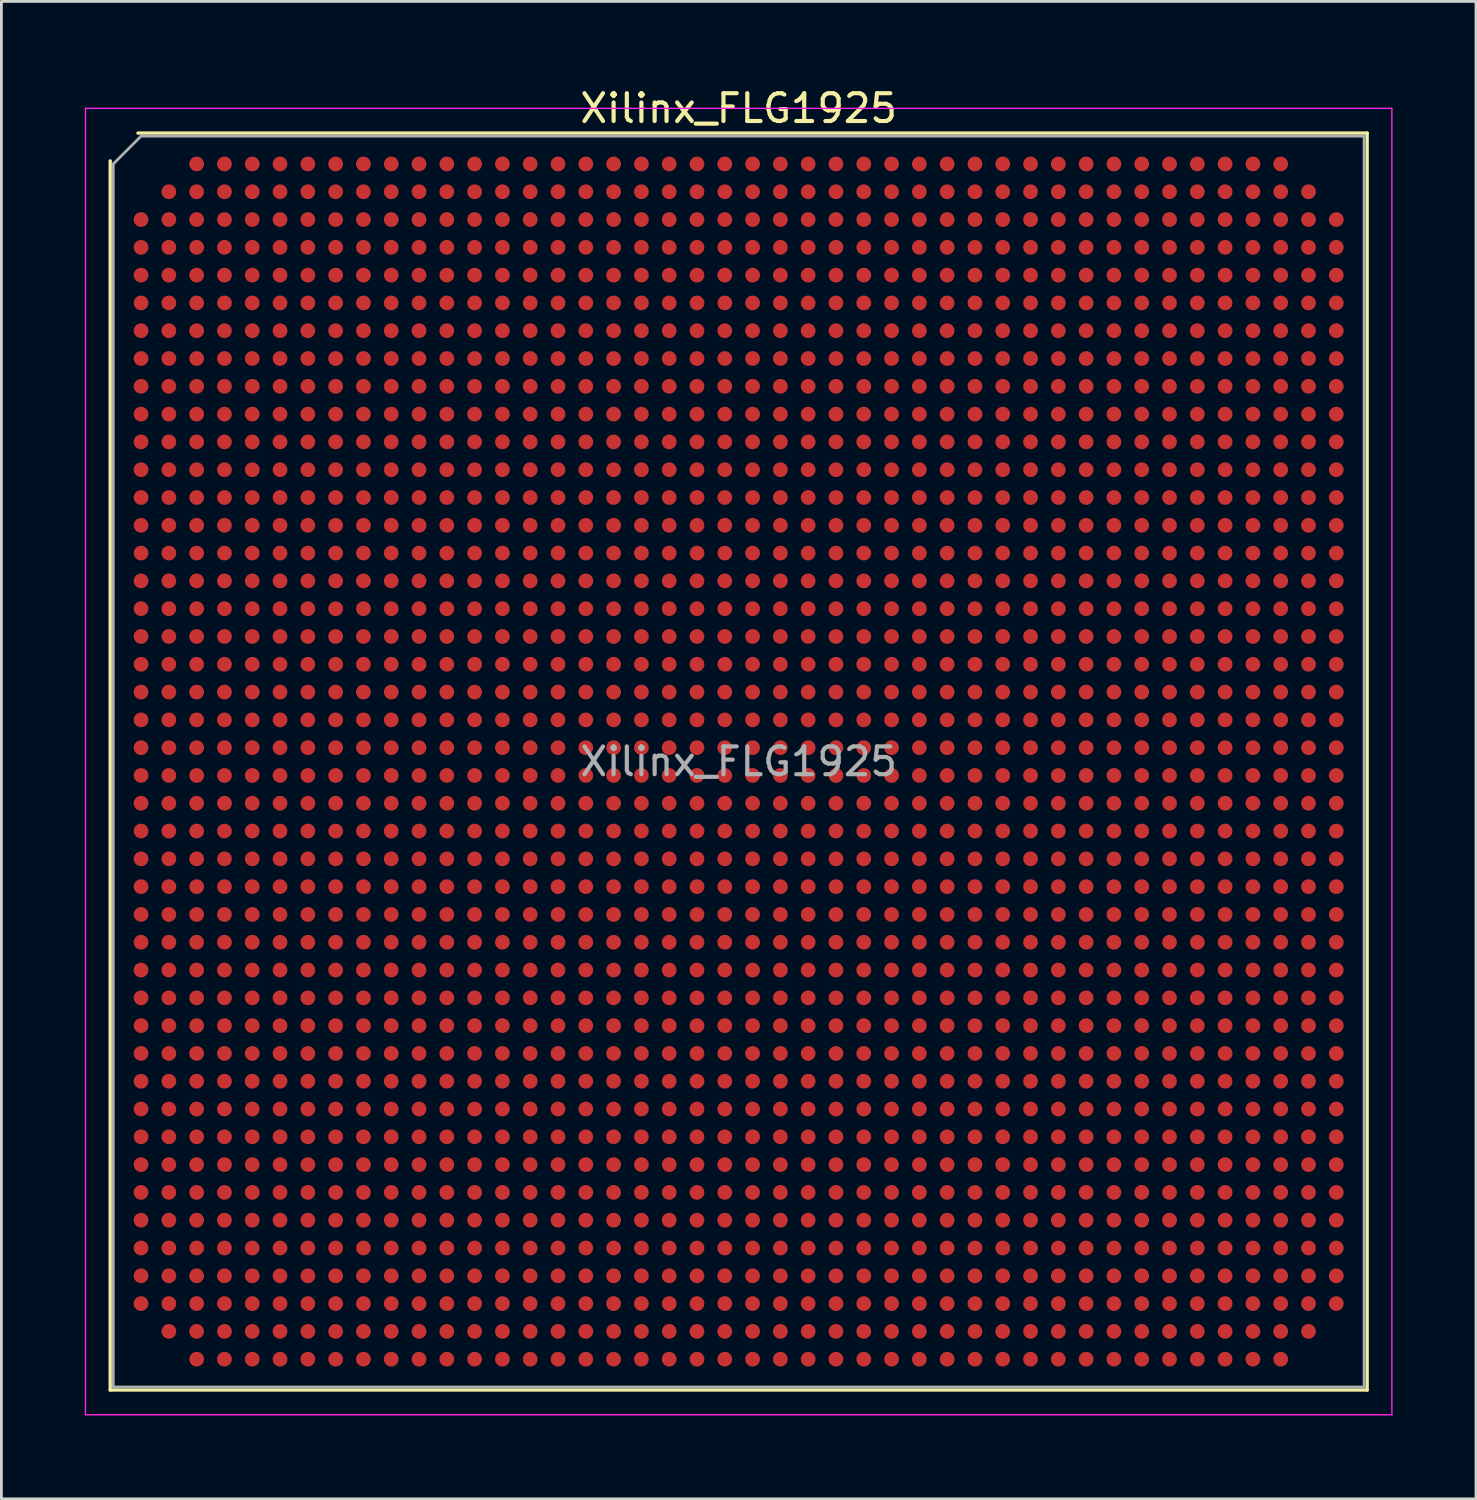
<source format=kicad_pcb>
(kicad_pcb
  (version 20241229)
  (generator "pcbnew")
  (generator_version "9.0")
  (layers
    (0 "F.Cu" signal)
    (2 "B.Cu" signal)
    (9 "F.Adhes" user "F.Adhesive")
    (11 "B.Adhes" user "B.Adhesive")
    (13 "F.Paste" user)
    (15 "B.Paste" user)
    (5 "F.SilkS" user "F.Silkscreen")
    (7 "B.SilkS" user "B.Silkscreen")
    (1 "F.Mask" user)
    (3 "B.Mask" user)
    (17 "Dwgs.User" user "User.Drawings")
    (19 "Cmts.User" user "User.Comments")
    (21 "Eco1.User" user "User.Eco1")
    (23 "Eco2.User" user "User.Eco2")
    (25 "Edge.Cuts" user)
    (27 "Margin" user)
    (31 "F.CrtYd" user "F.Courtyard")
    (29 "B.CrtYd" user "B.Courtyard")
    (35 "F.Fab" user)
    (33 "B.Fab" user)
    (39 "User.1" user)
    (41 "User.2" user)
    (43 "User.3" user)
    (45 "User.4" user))
  (footprint "Xilinx_FLG1925"
    (layer "F.Cu")
    (at 23.525 24.348)
    (property "Reference" "Xilinx_FLG1925" (at 0 -23.5 0) (layer "F.SilkS") (effects (font (size 1 1) (thickness 0.15))))
    (attr smd)
    (fp_line (start -22.61 22.61) (end -22.61 -21.61) (stroke (width 0.12) (type solid)) (layer "F.SilkS"))
    (fp_line (start -21.61 -22.61) (end 22.61 -22.61) (stroke (width 0.12) (type solid)) (layer "F.SilkS"))
    (fp_line (start 22.61 -22.61) (end 22.61 22.61) (stroke (width 0.12) (type solid)) (layer "F.SilkS"))
    (fp_line (start 22.61 22.61) (end -22.61 22.61) (stroke (width 0.12) (type solid)) (layer "F.SilkS"))
    (fp_line (start -23.5 -23.5) (end -23.5 23.5) (stroke (width 0.05) (type solid)) (layer "F.CrtYd"))
    (fp_line (start -23.5 23.5) (end 23.5 23.5) (stroke (width 0.05) (type solid)) (layer "F.CrtYd"))
    (fp_line (start 23.5 -23.5) (end -23.5 -23.5) (stroke (width 0.05) (type solid)) (layer "F.CrtYd"))
    (fp_line (start 23.5 23.5) (end 23.5 -23.5) (stroke (width 0.05) (type solid)) (layer "F.CrtYd"))
    (fp_line (start -22.5 -21.5) (end -21.5 -22.5) (stroke (width 0.1) (type solid)) (layer "F.Fab"))
    (fp_line (start -22.5 22.5) (end -22.5 -21.5) (stroke (width 0.1) (type solid)) (layer "F.Fab"))
    (fp_line (start -21.5 -22.5) (end 22.5 -22.5) (stroke (width 0.1) (type solid)) (layer "F.Fab"))
    (fp_line (start 22.5 -22.5) (end 22.5 22.5) (stroke (width 0.1) (type solid)) (layer "F.Fab"))
    (fp_line (start 22.5 22.5) (end -22.5 22.5) (stroke (width 0.1) (type solid)) (layer "F.Fab"))
    (fp_text user "${REFERENCE}" (at 0 0 0) (layer "F.Fab") (effects (font (size 1 1) (thickness 0.15))))
    (pad "A3" smd circle (at -19.5 -21.5) (size 0.53 0.53) (layers "F.Cu" "F.Mask" "F.Paste"))
    (pad "A4" smd circle (at -18.5 -21.5) (size 0.53 0.53) (layers "F.Cu" "F.Mask" "F.Paste"))
    (pad "A5" smd circle (at -17.5 -21.5) (size 0.53 0.53) (layers "F.Cu" "F.Mask" "F.Paste"))
    (pad "A6" smd circle (at -16.5 -21.5) (size 0.53 0.53) (layers "F.Cu" "F.Mask" "F.Paste"))
    (pad "A7" smd circle (at -15.5 -21.5) (size 0.53 0.53) (layers "F.Cu" "F.Mask" "F.Paste"))
    (pad "A8" smd circle (at -14.5 -21.5) (size 0.53 0.53) (layers "F.Cu" "F.Mask" "F.Paste"))
    (pad "A9" smd circle (at -13.5 -21.5) (size 0.53 0.53) (layers "F.Cu" "F.Mask" "F.Paste"))
    (pad "A10" smd circle (at -12.5 -21.5) (size 0.53 0.53) (layers "F.Cu" "F.Mask" "F.Paste"))
    (pad "A11" smd circle (at -11.5 -21.5) (size 0.53 0.53) (layers "F.Cu" "F.Mask" "F.Paste"))
    (pad "A12" smd circle (at -10.5 -21.5) (size 0.53 0.53) (layers "F.Cu" "F.Mask" "F.Paste"))
    (pad "A13" smd circle (at -9.5 -21.5) (size 0.53 0.53) (layers "F.Cu" "F.Mask" "F.Paste"))
    (pad "A14" smd circle (at -8.5 -21.5) (size 0.53 0.53) (layers "F.Cu" "F.Mask" "F.Paste"))
    (pad "A15" smd circle (at -7.5 -21.5) (size 0.53 0.53) (layers "F.Cu" "F.Mask" "F.Paste"))
    (pad "A16" smd circle (at -6.5 -21.5) (size 0.53 0.53) (layers "F.Cu" "F.Mask" "F.Paste"))
    (pad "A17" smd circle (at -5.5 -21.5) (size 0.53 0.53) (layers "F.Cu" "F.Mask" "F.Paste"))
    (pad "A18" smd circle (at -4.5 -21.5) (size 0.53 0.53) (layers "F.Cu" "F.Mask" "F.Paste"))
    (pad "A19" smd circle (at -3.5 -21.5) (size 0.53 0.53) (layers "F.Cu" "F.Mask" "F.Paste"))
    (pad "A20" smd circle (at -2.5 -21.5) (size 0.53 0.53) (layers "F.Cu" "F.Mask" "F.Paste"))
    (pad "A21" smd circle (at -1.5 -21.5) (size 0.53 0.53) (layers "F.Cu" "F.Mask" "F.Paste"))
    (pad "A22" smd circle (at -0.5 -21.5) (size 0.53 0.53) (layers "F.Cu" "F.Mask" "F.Paste"))
    (pad "A23" smd circle (at 0.5 -21.5) (size 0.53 0.53) (layers "F.Cu" "F.Mask" "F.Paste"))
    (pad "A24" smd circle (at 1.5 -21.5) (size 0.53 0.53) (layers "F.Cu" "F.Mask" "F.Paste"))
    (pad "A25" smd circle (at 2.5 -21.5) (size 0.53 0.53) (layers "F.Cu" "F.Mask" "F.Paste"))
    (pad "A26" smd circle (at 3.5 -21.5) (size 0.53 0.53) (layers "F.Cu" "F.Mask" "F.Paste"))
    (pad "A27" smd circle (at 4.5 -21.5) (size 0.53 0.53) (layers "F.Cu" "F.Mask" "F.Paste"))
    (pad "A28" smd circle (at 5.5 -21.5) (size 0.53 0.53) (layers "F.Cu" "F.Mask" "F.Paste"))
    (pad "A29" smd circle (at 6.5 -21.5) (size 0.53 0.53) (layers "F.Cu" "F.Mask" "F.Paste"))
    (pad "A30" smd circle (at 7.5 -21.5) (size 0.53 0.53) (layers "F.Cu" "F.Mask" "F.Paste"))
    (pad "A31" smd circle (at 8.5 -21.5) (size 0.53 0.53) (layers "F.Cu" "F.Mask" "F.Paste"))
    (pad "A32" smd circle (at 9.5 -21.5) (size 0.53 0.53) (layers "F.Cu" "F.Mask" "F.Paste"))
    (pad "A33" smd circle (at 10.5 -21.5) (size 0.53 0.53) (layers "F.Cu" "F.Mask" "F.Paste"))
    (pad "A34" smd circle (at 11.5 -21.5) (size 0.53 0.53) (layers "F.Cu" "F.Mask" "F.Paste"))
    (pad "A35" smd circle (at 12.5 -21.5) (size 0.53 0.53) (layers "F.Cu" "F.Mask" "F.Paste"))
    (pad "A36" smd circle (at 13.5 -21.5) (size 0.53 0.53) (layers "F.Cu" "F.Mask" "F.Paste"))
    (pad "A37" smd circle (at 14.5 -21.5) (size 0.53 0.53) (layers "F.Cu" "F.Mask" "F.Paste"))
    (pad "A38" smd circle (at 15.5 -21.5) (size 0.53 0.53) (layers "F.Cu" "F.Mask" "F.Paste"))
    (pad "A39" smd circle (at 16.5 -21.5) (size 0.53 0.53) (layers "F.Cu" "F.Mask" "F.Paste"))
    (pad "A40" smd circle (at 17.5 -21.5) (size 0.53 0.53) (layers "F.Cu" "F.Mask" "F.Paste"))
    (pad "A41" smd circle (at 18.5 -21.5) (size 0.53 0.53) (layers "F.Cu" "F.Mask" "F.Paste"))
    (pad "A42" smd circle (at 19.5 -21.5) (size 0.53 0.53) (layers "F.Cu" "F.Mask" "F.Paste"))
    (pad "AA1" smd circle (at -21.5 -1.5) (size 0.53 0.53) (layers "F.Cu" "F.Mask" "F.Paste"))
    (pad "AA2" smd circle (at -20.5 -1.5) (size 0.53 0.53) (layers "F.Cu" "F.Mask" "F.Paste"))
    (pad "AA3" smd circle (at -19.5 -1.5) (size 0.53 0.53) (layers "F.Cu" "F.Mask" "F.Paste"))
    (pad "AA4" smd circle (at -18.5 -1.5) (size 0.53 0.53) (layers "F.Cu" "F.Mask" "F.Paste"))
    (pad "AA5" smd circle (at -17.5 -1.5) (size 0.53 0.53) (layers "F.Cu" "F.Mask" "F.Paste"))
    (pad "AA6" smd circle (at -16.5 -1.5) (size 0.53 0.53) (layers "F.Cu" "F.Mask" "F.Paste"))
    (pad "AA7" smd circle (at -15.5 -1.5) (size 0.53 0.53) (layers "F.Cu" "F.Mask" "F.Paste"))
    (pad "AA8" smd circle (at -14.5 -1.5) (size 0.53 0.53) (layers "F.Cu" "F.Mask" "F.Paste"))
    (pad "AA9" smd circle (at -13.5 -1.5) (size 0.53 0.53) (layers "F.Cu" "F.Mask" "F.Paste"))
    (pad "AA10" smd circle (at -12.5 -1.5) (size 0.53 0.53) (layers "F.Cu" "F.Mask" "F.Paste"))
    (pad "AA11" smd circle (at -11.5 -1.5) (size 0.53 0.53) (layers "F.Cu" "F.Mask" "F.Paste"))
    (pad "AA12" smd circle (at -10.5 -1.5) (size 0.53 0.53) (layers "F.Cu" "F.Mask" "F.Paste"))
    (pad "AA13" smd circle (at -9.5 -1.5) (size 0.53 0.53) (layers "F.Cu" "F.Mask" "F.Paste"))
    (pad "AA14" smd circle (at -8.5 -1.5) (size 0.53 0.53) (layers "F.Cu" "F.Mask" "F.Paste"))
    (pad "AA15" smd circle (at -7.5 -1.5) (size 0.53 0.53) (layers "F.Cu" "F.Mask" "F.Paste"))
    (pad "AA16" smd circle (at -6.5 -1.5) (size 0.53 0.53) (layers "F.Cu" "F.Mask" "F.Paste"))
    (pad "AA17" smd circle (at -5.5 -1.5) (size 0.53 0.53) (layers "F.Cu" "F.Mask" "F.Paste"))
    (pad "AA18" smd circle (at -4.5 -1.5) (size 0.53 0.53) (layers "F.Cu" "F.Mask" "F.Paste"))
    (pad "AA19" smd circle (at -3.5 -1.5) (size 0.53 0.53) (layers "F.Cu" "F.Mask" "F.Paste"))
    (pad "AA20" smd circle (at -2.5 -1.5) (size 0.53 0.53) (layers "F.Cu" "F.Mask" "F.Paste"))
    (pad "AA21" smd circle (at -1.5 -1.5) (size 0.53 0.53) (layers "F.Cu" "F.Mask" "F.Paste"))
    (pad "AA22" smd circle (at -0.5 -1.5) (size 0.53 0.53) (layers "F.Cu" "F.Mask" "F.Paste"))
    (pad "AA23" smd circle (at 0.5 -1.5) (size 0.53 0.53) (layers "F.Cu" "F.Mask" "F.Paste"))
    (pad "AA24" smd circle (at 1.5 -1.5) (size 0.53 0.53) (layers "F.Cu" "F.Mask" "F.Paste"))
    (pad "AA25" smd circle (at 2.5 -1.5) (size 0.53 0.53) (layers "F.Cu" "F.Mask" "F.Paste"))
    (pad "AA26" smd circle (at 3.5 -1.5) (size 0.53 0.53) (layers "F.Cu" "F.Mask" "F.Paste"))
    (pad "AA27" smd circle (at 4.5 -1.5) (size 0.53 0.53) (layers "F.Cu" "F.Mask" "F.Paste"))
    (pad "AA28" smd circle (at 5.5 -1.5) (size 0.53 0.53) (layers "F.Cu" "F.Mask" "F.Paste"))
    (pad "AA29" smd circle (at 6.5 -1.5) (size 0.53 0.53) (layers "F.Cu" "F.Mask" "F.Paste"))
    (pad "AA30" smd circle (at 7.5 -1.5) (size 0.53 0.53) (layers "F.Cu" "F.Mask" "F.Paste"))
    (pad "AA31" smd circle (at 8.5 -1.5) (size 0.53 0.53) (layers "F.Cu" "F.Mask" "F.Paste"))
    (pad "AA32" smd circle (at 9.5 -1.5) (size 0.53 0.53) (layers "F.Cu" "F.Mask" "F.Paste"))
    (pad "AA33" smd circle (at 10.5 -1.5) (size 0.53 0.53) (layers "F.Cu" "F.Mask" "F.Paste"))
    (pad "AA34" smd circle (at 11.5 -1.5) (size 0.53 0.53) (layers "F.Cu" "F.Mask" "F.Paste"))
    (pad "AA35" smd circle (at 12.5 -1.5) (size 0.53 0.53) (layers "F.Cu" "F.Mask" "F.Paste"))
    (pad "AA36" smd circle (at 13.5 -1.5) (size 0.53 0.53) (layers "F.Cu" "F.Mask" "F.Paste"))
    (pad "AA37" smd circle (at 14.5 -1.5) (size 0.53 0.53) (layers "F.Cu" "F.Mask" "F.Paste"))
    (pad "AA38" smd circle (at 15.5 -1.5) (size 0.53 0.53) (layers "F.Cu" "F.Mask" "F.Paste"))
    (pad "AA39" smd circle (at 16.5 -1.5) (size 0.53 0.53) (layers "F.Cu" "F.Mask" "F.Paste"))
    (pad "AA40" smd circle (at 17.5 -1.5) (size 0.53 0.53) (layers "F.Cu" "F.Mask" "F.Paste"))
    (pad "AA41" smd circle (at 18.5 -1.5) (size 0.53 0.53) (layers "F.Cu" "F.Mask" "F.Paste"))
    (pad "AA42" smd circle (at 19.5 -1.5) (size 0.53 0.53) (layers "F.Cu" "F.Mask" "F.Paste"))
    (pad "AA43" smd circle (at 20.5 -1.5) (size 0.53 0.53) (layers "F.Cu" "F.Mask" "F.Paste"))
    (pad "AA44" smd circle (at 21.5 -1.5) (size 0.53 0.53) (layers "F.Cu" "F.Mask" "F.Paste"))
    (pad "AB1" smd circle (at -21.5 -0.5) (size 0.53 0.53) (layers "F.Cu" "F.Mask" "F.Paste"))
    (pad "AB2" smd circle (at -20.5 -0.5) (size 0.53 0.53) (layers "F.Cu" "F.Mask" "F.Paste"))
    (pad "AB3" smd circle (at -19.5 -0.5) (size 0.53 0.53) (layers "F.Cu" "F.Mask" "F.Paste"))
    (pad "AB4" smd circle (at -18.5 -0.5) (size 0.53 0.53) (layers "F.Cu" "F.Mask" "F.Paste"))
    (pad "AB5" smd circle (at -17.5 -0.5) (size 0.53 0.53) (layers "F.Cu" "F.Mask" "F.Paste"))
    (pad "AB6" smd circle (at -16.5 -0.5) (size 0.53 0.53) (layers "F.Cu" "F.Mask" "F.Paste"))
    (pad "AB7" smd circle (at -15.5 -0.5) (size 0.53 0.53) (layers "F.Cu" "F.Mask" "F.Paste"))
    (pad "AB8" smd circle (at -14.5 -0.5) (size 0.53 0.53) (layers "F.Cu" "F.Mask" "F.Paste"))
    (pad "AB9" smd circle (at -13.5 -0.5) (size 0.53 0.53) (layers "F.Cu" "F.Mask" "F.Paste"))
    (pad "AB10" smd circle (at -12.5 -0.5) (size 0.53 0.53) (layers "F.Cu" "F.Mask" "F.Paste"))
    (pad "AB11" smd circle (at -11.5 -0.5) (size 0.53 0.53) (layers "F.Cu" "F.Mask" "F.Paste"))
    (pad "AB12" smd circle (at -10.5 -0.5) (size 0.53 0.53) (layers "F.Cu" "F.Mask" "F.Paste"))
    (pad "AB13" smd circle (at -9.5 -0.5) (size 0.53 0.53) (layers "F.Cu" "F.Mask" "F.Paste"))
    (pad "AB14" smd circle (at -8.5 -0.5) (size 0.53 0.53) (layers "F.Cu" "F.Mask" "F.Paste"))
    (pad "AB15" smd circle (at -7.5 -0.5) (size 0.53 0.53) (layers "F.Cu" "F.Mask" "F.Paste"))
    (pad "AB16" smd circle (at -6.5 -0.5) (size 0.53 0.53) (layers "F.Cu" "F.Mask" "F.Paste"))
    (pad "AB17" smd circle (at -5.5 -0.5) (size 0.53 0.53) (layers "F.Cu" "F.Mask" "F.Paste"))
    (pad "AB18" smd circle (at -4.5 -0.5) (size 0.53 0.53) (layers "F.Cu" "F.Mask" "F.Paste"))
    (pad "AB19" smd circle (at -3.5 -0.5) (size 0.53 0.53) (layers "F.Cu" "F.Mask" "F.Paste"))
    (pad "AB20" smd circle (at -2.5 -0.5) (size 0.53 0.53) (layers "F.Cu" "F.Mask" "F.Paste"))
    (pad "AB21" smd circle (at -1.5 -0.5) (size 0.53 0.53) (layers "F.Cu" "F.Mask" "F.Paste"))
    (pad "AB22" smd circle (at -0.5 -0.5) (size 0.53 0.53) (layers "F.Cu" "F.Mask" "F.Paste"))
    (pad "AB23" smd circle (at 0.5 -0.5) (size 0.53 0.53) (layers "F.Cu" "F.Mask" "F.Paste"))
    (pad "AB24" smd circle (at 1.5 -0.5) (size 0.53 0.53) (layers "F.Cu" "F.Mask" "F.Paste"))
    (pad "AB25" smd circle (at 2.5 -0.5) (size 0.53 0.53) (layers "F.Cu" "F.Mask" "F.Paste"))
    (pad "AB26" smd circle (at 3.5 -0.5) (size 0.53 0.53) (layers "F.Cu" "F.Mask" "F.Paste"))
    (pad "AB27" smd circle (at 4.5 -0.5) (size 0.53 0.53) (layers "F.Cu" "F.Mask" "F.Paste"))
    (pad "AB28" smd circle (at 5.5 -0.5) (size 0.53 0.53) (layers "F.Cu" "F.Mask" "F.Paste"))
    (pad "AB29" smd circle (at 6.5 -0.5) (size 0.53 0.53) (layers "F.Cu" "F.Mask" "F.Paste"))
    (pad "AB30" smd circle (at 7.5 -0.5) (size 0.53 0.53) (layers "F.Cu" "F.Mask" "F.Paste"))
    (pad "AB31" smd circle (at 8.5 -0.5) (size 0.53 0.53) (layers "F.Cu" "F.Mask" "F.Paste"))
    (pad "AB32" smd circle (at 9.5 -0.5) (size 0.53 0.53) (layers "F.Cu" "F.Mask" "F.Paste"))
    (pad "AB33" smd circle (at 10.5 -0.5) (size 0.53 0.53) (layers "F.Cu" "F.Mask" "F.Paste"))
    (pad "AB34" smd circle (at 11.5 -0.5) (size 0.53 0.53) (layers "F.Cu" "F.Mask" "F.Paste"))
    (pad "AB35" smd circle (at 12.5 -0.5) (size 0.53 0.53) (layers "F.Cu" "F.Mask" "F.Paste"))
    (pad "AB36" smd circle (at 13.5 -0.5) (size 0.53 0.53) (layers "F.Cu" "F.Mask" "F.Paste"))
    (pad "AB37" smd circle (at 14.5 -0.5) (size 0.53 0.53) (layers "F.Cu" "F.Mask" "F.Paste"))
    (pad "AB38" smd circle (at 15.5 -0.5) (size 0.53 0.53) (layers "F.Cu" "F.Mask" "F.Paste"))
    (pad "AB39" smd circle (at 16.5 -0.5) (size 0.53 0.53) (layers "F.Cu" "F.Mask" "F.Paste"))
    (pad "AB40" smd circle (at 17.5 -0.5) (size 0.53 0.53) (layers "F.Cu" "F.Mask" "F.Paste"))
    (pad "AB41" smd circle (at 18.5 -0.5) (size 0.53 0.53) (layers "F.Cu" "F.Mask" "F.Paste"))
    (pad "AB42" smd circle (at 19.5 -0.5) (size 0.53 0.53) (layers "F.Cu" "F.Mask" "F.Paste"))
    (pad "AB43" smd circle (at 20.5 -0.5) (size 0.53 0.53) (layers "F.Cu" "F.Mask" "F.Paste"))
    (pad "AB44" smd circle (at 21.5 -0.5) (size 0.53 0.53) (layers "F.Cu" "F.Mask" "F.Paste"))
    (pad "AC1" smd circle (at -21.5 0.5) (size 0.53 0.53) (layers "F.Cu" "F.Mask" "F.Paste"))
    (pad "AC2" smd circle (at -20.5 0.5) (size 0.53 0.53) (layers "F.Cu" "F.Mask" "F.Paste"))
    (pad "AC3" smd circle (at -19.5 0.5) (size 0.53 0.53) (layers "F.Cu" "F.Mask" "F.Paste"))
    (pad "AC4" smd circle (at -18.5 0.5) (size 0.53 0.53) (layers "F.Cu" "F.Mask" "F.Paste"))
    (pad "AC5" smd circle (at -17.5 0.5) (size 0.53 0.53) (layers "F.Cu" "F.Mask" "F.Paste"))
    (pad "AC6" smd circle (at -16.5 0.5) (size 0.53 0.53) (layers "F.Cu" "F.Mask" "F.Paste"))
    (pad "AC7" smd circle (at -15.5 0.5) (size 0.53 0.53) (layers "F.Cu" "F.Mask" "F.Paste"))
    (pad "AC8" smd circle (at -14.5 0.5) (size 0.53 0.53) (layers "F.Cu" "F.Mask" "F.Paste"))
    (pad "AC9" smd circle (at -13.5 0.5) (size 0.53 0.53) (layers "F.Cu" "F.Mask" "F.Paste"))
    (pad "AC10" smd circle (at -12.5 0.5) (size 0.53 0.53) (layers "F.Cu" "F.Mask" "F.Paste"))
    (pad "AC11" smd circle (at -11.5 0.5) (size 0.53 0.53) (layers "F.Cu" "F.Mask" "F.Paste"))
    (pad "AC12" smd circle (at -10.5 0.5) (size 0.53 0.53) (layers "F.Cu" "F.Mask" "F.Paste"))
    (pad "AC13" smd circle (at -9.5 0.5) (size 0.53 0.53) (layers "F.Cu" "F.Mask" "F.Paste"))
    (pad "AC14" smd circle (at -8.5 0.5) (size 0.53 0.53) (layers "F.Cu" "F.Mask" "F.Paste"))
    (pad "AC15" smd circle (at -7.5 0.5) (size 0.53 0.53) (layers "F.Cu" "F.Mask" "F.Paste"))
    (pad "AC16" smd circle (at -6.5 0.5) (size 0.53 0.53) (layers "F.Cu" "F.Mask" "F.Paste"))
    (pad "AC17" smd circle (at -5.5 0.5) (size 0.53 0.53) (layers "F.Cu" "F.Mask" "F.Paste"))
    (pad "AC18" smd circle (at -4.5 0.5) (size 0.53 0.53) (layers "F.Cu" "F.Mask" "F.Paste"))
    (pad "AC19" smd circle (at -3.5 0.5) (size 0.53 0.53) (layers "F.Cu" "F.Mask" "F.Paste"))
    (pad "AC20" smd circle (at -2.5 0.5) (size 0.53 0.53) (layers "F.Cu" "F.Mask" "F.Paste"))
    (pad "AC21" smd circle (at -1.5 0.5) (size 0.53 0.53) (layers "F.Cu" "F.Mask" "F.Paste"))
    (pad "AC22" smd circle (at -0.5 0.5) (size 0.53 0.53) (layers "F.Cu" "F.Mask" "F.Paste"))
    (pad "AC23" smd circle (at 0.5 0.5) (size 0.53 0.53) (layers "F.Cu" "F.Mask" "F.Paste"))
    (pad "AC24" smd circle (at 1.5 0.5) (size 0.53 0.53) (layers "F.Cu" "F.Mask" "F.Paste"))
    (pad "AC25" smd circle (at 2.5 0.5) (size 0.53 0.53) (layers "F.Cu" "F.Mask" "F.Paste"))
    (pad "AC26" smd circle (at 3.5 0.5) (size 0.53 0.53) (layers "F.Cu" "F.Mask" "F.Paste"))
    (pad "AC27" smd circle (at 4.5 0.5) (size 0.53 0.53) (layers "F.Cu" "F.Mask" "F.Paste"))
    (pad "AC28" smd circle (at 5.5 0.5) (size 0.53 0.53) (layers "F.Cu" "F.Mask" "F.Paste"))
    (pad "AC29" smd circle (at 6.5 0.5) (size 0.53 0.53) (layers "F.Cu" "F.Mask" "F.Paste"))
    (pad "AC30" smd circle (at 7.5 0.5) (size 0.53 0.53) (layers "F.Cu" "F.Mask" "F.Paste"))
    (pad "AC31" smd circle (at 8.5 0.5) (size 0.53 0.53) (layers "F.Cu" "F.Mask" "F.Paste"))
    (pad "AC32" smd circle (at 9.5 0.5) (size 0.53 0.53) (layers "F.Cu" "F.Mask" "F.Paste"))
    (pad "AC33" smd circle (at 10.5 0.5) (size 0.53 0.53) (layers "F.Cu" "F.Mask" "F.Paste"))
    (pad "AC34" smd circle (at 11.5 0.5) (size 0.53 0.53) (layers "F.Cu" "F.Mask" "F.Paste"))
    (pad "AC35" smd circle (at 12.5 0.5) (size 0.53 0.53) (layers "F.Cu" "F.Mask" "F.Paste"))
    (pad "AC36" smd circle (at 13.5 0.5) (size 0.53 0.53) (layers "F.Cu" "F.Mask" "F.Paste"))
    (pad "AC37" smd circle (at 14.5 0.5) (size 0.53 0.53) (layers "F.Cu" "F.Mask" "F.Paste"))
    (pad "AC38" smd circle (at 15.5 0.5) (size 0.53 0.53) (layers "F.Cu" "F.Mask" "F.Paste"))
    (pad "AC39" smd circle (at 16.5 0.5) (size 0.53 0.53) (layers "F.Cu" "F.Mask" "F.Paste"))
    (pad "AC40" smd circle (at 17.5 0.5) (size 0.53 0.53) (layers "F.Cu" "F.Mask" "F.Paste"))
    (pad "AC41" smd circle (at 18.5 0.5) (size 0.53 0.53) (layers "F.Cu" "F.Mask" "F.Paste"))
    (pad "AC42" smd circle (at 19.5 0.5) (size 0.53 0.53) (layers "F.Cu" "F.Mask" "F.Paste"))
    (pad "AC43" smd circle (at 20.5 0.5) (size 0.53 0.53) (layers "F.Cu" "F.Mask" "F.Paste"))
    (pad "AC44" smd circle (at 21.5 0.5) (size 0.53 0.53) (layers "F.Cu" "F.Mask" "F.Paste"))
    (pad "AD1" smd circle (at -21.5 1.5) (size 0.53 0.53) (layers "F.Cu" "F.Mask" "F.Paste"))
    (pad "AD2" smd circle (at -20.5 1.5) (size 0.53 0.53) (layers "F.Cu" "F.Mask" "F.Paste"))
    (pad "AD3" smd circle (at -19.5 1.5) (size 0.53 0.53) (layers "F.Cu" "F.Mask" "F.Paste"))
    (pad "AD4" smd circle (at -18.5 1.5) (size 0.53 0.53) (layers "F.Cu" "F.Mask" "F.Paste"))
    (pad "AD5" smd circle (at -17.5 1.5) (size 0.53 0.53) (layers "F.Cu" "F.Mask" "F.Paste"))
    (pad "AD6" smd circle (at -16.5 1.5) (size 0.53 0.53) (layers "F.Cu" "F.Mask" "F.Paste"))
    (pad "AD7" smd circle (at -15.5 1.5) (size 0.53 0.53) (layers "F.Cu" "F.Mask" "F.Paste"))
    (pad "AD8" smd circle (at -14.5 1.5) (size 0.53 0.53) (layers "F.Cu" "F.Mask" "F.Paste"))
    (pad "AD9" smd circle (at -13.5 1.5) (size 0.53 0.53) (layers "F.Cu" "F.Mask" "F.Paste"))
    (pad "AD10" smd circle (at -12.5 1.5) (size 0.53 0.53) (layers "F.Cu" "F.Mask" "F.Paste"))
    (pad "AD11" smd circle (at -11.5 1.5) (size 0.53 0.53) (layers "F.Cu" "F.Mask" "F.Paste"))
    (pad "AD12" smd circle (at -10.5 1.5) (size 0.53 0.53) (layers "F.Cu" "F.Mask" "F.Paste"))
    (pad "AD13" smd circle (at -9.5 1.5) (size 0.53 0.53) (layers "F.Cu" "F.Mask" "F.Paste"))
    (pad "AD14" smd circle (at -8.5 1.5) (size 0.53 0.53) (layers "F.Cu" "F.Mask" "F.Paste"))
    (pad "AD15" smd circle (at -7.5 1.5) (size 0.53 0.53) (layers "F.Cu" "F.Mask" "F.Paste"))
    (pad "AD16" smd circle (at -6.5 1.5) (size 0.53 0.53) (layers "F.Cu" "F.Mask" "F.Paste"))
    (pad "AD17" smd circle (at -5.5 1.5) (size 0.53 0.53) (layers "F.Cu" "F.Mask" "F.Paste"))
    (pad "AD18" smd circle (at -4.5 1.5) (size 0.53 0.53) (layers "F.Cu" "F.Mask" "F.Paste"))
    (pad "AD19" smd circle (at -3.5 1.5) (size 0.53 0.53) (layers "F.Cu" "F.Mask" "F.Paste"))
    (pad "AD20" smd circle (at -2.5 1.5) (size 0.53 0.53) (layers "F.Cu" "F.Mask" "F.Paste"))
    (pad "AD21" smd circle (at -1.5 1.5) (size 0.53 0.53) (layers "F.Cu" "F.Mask" "F.Paste"))
    (pad "AD22" smd circle (at -0.5 1.5) (size 0.53 0.53) (layers "F.Cu" "F.Mask" "F.Paste"))
    (pad "AD23" smd circle (at 0.5 1.5) (size 0.53 0.53) (layers "F.Cu" "F.Mask" "F.Paste"))
    (pad "AD24" smd circle (at 1.5 1.5) (size 0.53 0.53) (layers "F.Cu" "F.Mask" "F.Paste"))
    (pad "AD25" smd circle (at 2.5 1.5) (size 0.53 0.53) (layers "F.Cu" "F.Mask" "F.Paste"))
    (pad "AD26" smd circle (at 3.5 1.5) (size 0.53 0.53) (layers "F.Cu" "F.Mask" "F.Paste"))
    (pad "AD27" smd circle (at 4.5 1.5) (size 0.53 0.53) (layers "F.Cu" "F.Mask" "F.Paste"))
    (pad "AD28" smd circle (at 5.5 1.5) (size 0.53 0.53) (layers "F.Cu" "F.Mask" "F.Paste"))
    (pad "AD29" smd circle (at 6.5 1.5) (size 0.53 0.53) (layers "F.Cu" "F.Mask" "F.Paste"))
    (pad "AD30" smd circle (at 7.5 1.5) (size 0.53 0.53) (layers "F.Cu" "F.Mask" "F.Paste"))
    (pad "AD31" smd circle (at 8.5 1.5) (size 0.53 0.53) (layers "F.Cu" "F.Mask" "F.Paste"))
    (pad "AD32" smd circle (at 9.5 1.5) (size 0.53 0.53) (layers "F.Cu" "F.Mask" "F.Paste"))
    (pad "AD33" smd circle (at 10.5 1.5) (size 0.53 0.53) (layers "F.Cu" "F.Mask" "F.Paste"))
    (pad "AD34" smd circle (at 11.5 1.5) (size 0.53 0.53) (layers "F.Cu" "F.Mask" "F.Paste"))
    (pad "AD35" smd circle (at 12.5 1.5) (size 0.53 0.53) (layers "F.Cu" "F.Mask" "F.Paste"))
    (pad "AD36" smd circle (at 13.5 1.5) (size 0.53 0.53) (layers "F.Cu" "F.Mask" "F.Paste"))
    (pad "AD37" smd circle (at 14.5 1.5) (size 0.53 0.53) (layers "F.Cu" "F.Mask" "F.Paste"))
    (pad "AD38" smd circle (at 15.5 1.5) (size 0.53 0.53) (layers "F.Cu" "F.Mask" "F.Paste"))
    (pad "AD39" smd circle (at 16.5 1.5) (size 0.53 0.53) (layers "F.Cu" "F.Mask" "F.Paste"))
    (pad "AD40" smd circle (at 17.5 1.5) (size 0.53 0.53) (layers "F.Cu" "F.Mask" "F.Paste"))
    (pad "AD41" smd circle (at 18.5 1.5) (size 0.53 0.53) (layers "F.Cu" "F.Mask" "F.Paste"))
    (pad "AD42" smd circle (at 19.5 1.5) (size 0.53 0.53) (layers "F.Cu" "F.Mask" "F.Paste"))
    (pad "AD43" smd circle (at 20.5 1.5) (size 0.53 0.53) (layers "F.Cu" "F.Mask" "F.Paste"))
    (pad "AD44" smd circle (at 21.5 1.5) (size 0.53 0.53) (layers "F.Cu" "F.Mask" "F.Paste"))
    (pad "AE1" smd circle (at -21.5 2.5) (size 0.53 0.53) (layers "F.Cu" "F.Mask" "F.Paste"))
    (pad "AE2" smd circle (at -20.5 2.5) (size 0.53 0.53) (layers "F.Cu" "F.Mask" "F.Paste"))
    (pad "AE3" smd circle (at -19.5 2.5) (size 0.53 0.53) (layers "F.Cu" "F.Mask" "F.Paste"))
    (pad "AE4" smd circle (at -18.5 2.5) (size 0.53 0.53) (layers "F.Cu" "F.Mask" "F.Paste"))
    (pad "AE5" smd circle (at -17.5 2.5) (size 0.53 0.53) (layers "F.Cu" "F.Mask" "F.Paste"))
    (pad "AE6" smd circle (at -16.5 2.5) (size 0.53 0.53) (layers "F.Cu" "F.Mask" "F.Paste"))
    (pad "AE7" smd circle (at -15.5 2.5) (size 0.53 0.53) (layers "F.Cu" "F.Mask" "F.Paste"))
    (pad "AE8" smd circle (at -14.5 2.5) (size 0.53 0.53) (layers "F.Cu" "F.Mask" "F.Paste"))
    (pad "AE9" smd circle (at -13.5 2.5) (size 0.53 0.53) (layers "F.Cu" "F.Mask" "F.Paste"))
    (pad "AE10" smd circle (at -12.5 2.5) (size 0.53 0.53) (layers "F.Cu" "F.Mask" "F.Paste"))
    (pad "AE11" smd circle (at -11.5 2.5) (size 0.53 0.53) (layers "F.Cu" "F.Mask" "F.Paste"))
    (pad "AE12" smd circle (at -10.5 2.5) (size 0.53 0.53) (layers "F.Cu" "F.Mask" "F.Paste"))
    (pad "AE13" smd circle (at -9.5 2.5) (size 0.53 0.53) (layers "F.Cu" "F.Mask" "F.Paste"))
    (pad "AE14" smd circle (at -8.5 2.5) (size 0.53 0.53) (layers "F.Cu" "F.Mask" "F.Paste"))
    (pad "AE15" smd circle (at -7.5 2.5) (size 0.53 0.53) (layers "F.Cu" "F.Mask" "F.Paste"))
    (pad "AE16" smd circle (at -6.5 2.5) (size 0.53 0.53) (layers "F.Cu" "F.Mask" "F.Paste"))
    (pad "AE17" smd circle (at -5.5 2.5) (size 0.53 0.53) (layers "F.Cu" "F.Mask" "F.Paste"))
    (pad "AE18" smd circle (at -4.5 2.5) (size 0.53 0.53) (layers "F.Cu" "F.Mask" "F.Paste"))
    (pad "AE19" smd circle (at -3.5 2.5) (size 0.53 0.53) (layers "F.Cu" "F.Mask" "F.Paste"))
    (pad "AE20" smd circle (at -2.5 2.5) (size 0.53 0.53) (layers "F.Cu" "F.Mask" "F.Paste"))
    (pad "AE21" smd circle (at -1.5 2.5) (size 0.53 0.53) (layers "F.Cu" "F.Mask" "F.Paste"))
    (pad "AE22" smd circle (at -0.5 2.5) (size 0.53 0.53) (layers "F.Cu" "F.Mask" "F.Paste"))
    (pad "AE23" smd circle (at 0.5 2.5) (size 0.53 0.53) (layers "F.Cu" "F.Mask" "F.Paste"))
    (pad "AE24" smd circle (at 1.5 2.5) (size 0.53 0.53) (layers "F.Cu" "F.Mask" "F.Paste"))
    (pad "AE25" smd circle (at 2.5 2.5) (size 0.53 0.53) (layers "F.Cu" "F.Mask" "F.Paste"))
    (pad "AE26" smd circle (at 3.5 2.5) (size 0.53 0.53) (layers "F.Cu" "F.Mask" "F.Paste"))
    (pad "AE27" smd circle (at 4.5 2.5) (size 0.53 0.53) (layers "F.Cu" "F.Mask" "F.Paste"))
    (pad "AE28" smd circle (at 5.5 2.5) (size 0.53 0.53) (layers "F.Cu" "F.Mask" "F.Paste"))
    (pad "AE29" smd circle (at 6.5 2.5) (size 0.53 0.53) (layers "F.Cu" "F.Mask" "F.Paste"))
    (pad "AE30" smd circle (at 7.5 2.5) (size 0.53 0.53) (layers "F.Cu" "F.Mask" "F.Paste"))
    (pad "AE31" smd circle (at 8.5 2.5) (size 0.53 0.53) (layers "F.Cu" "F.Mask" "F.Paste"))
    (pad "AE32" smd circle (at 9.5 2.5) (size 0.53 0.53) (layers "F.Cu" "F.Mask" "F.Paste"))
    (pad "AE33" smd circle (at 10.5 2.5) (size 0.53 0.53) (layers "F.Cu" "F.Mask" "F.Paste"))
    (pad "AE34" smd circle (at 11.5 2.5) (size 0.53 0.53) (layers "F.Cu" "F.Mask" "F.Paste"))
    (pad "AE35" smd circle (at 12.5 2.5) (size 0.53 0.53) (layers "F.Cu" "F.Mask" "F.Paste"))
    (pad "AE36" smd circle (at 13.5 2.5) (size 0.53 0.53) (layers "F.Cu" "F.Mask" "F.Paste"))
    (pad "AE37" smd circle (at 14.5 2.5) (size 0.53 0.53) (layers "F.Cu" "F.Mask" "F.Paste"))
    (pad "AE38" smd circle (at 15.5 2.5) (size 0.53 0.53) (layers "F.Cu" "F.Mask" "F.Paste"))
    (pad "AE39" smd circle (at 16.5 2.5) (size 0.53 0.53) (layers "F.Cu" "F.Mask" "F.Paste"))
    (pad "AE40" smd circle (at 17.5 2.5) (size 0.53 0.53) (layers "F.Cu" "F.Mask" "F.Paste"))
    (pad "AE41" smd circle (at 18.5 2.5) (size 0.53 0.53) (layers "F.Cu" "F.Mask" "F.Paste"))
    (pad "AE42" smd circle (at 19.5 2.5) (size 0.53 0.53) (layers "F.Cu" "F.Mask" "F.Paste"))
    (pad "AE43" smd circle (at 20.5 2.5) (size 0.53 0.53) (layers "F.Cu" "F.Mask" "F.Paste"))
    (pad "AE44" smd circle (at 21.5 2.5) (size 0.53 0.53) (layers "F.Cu" "F.Mask" "F.Paste"))
    (pad "AF1" smd circle (at -21.5 3.5) (size 0.53 0.53) (layers "F.Cu" "F.Mask" "F.Paste"))
    (pad "AF2" smd circle (at -20.5 3.5) (size 0.53 0.53) (layers "F.Cu" "F.Mask" "F.Paste"))
    (pad "AF3" smd circle (at -19.5 3.5) (size 0.53 0.53) (layers "F.Cu" "F.Mask" "F.Paste"))
    (pad "AF4" smd circle (at -18.5 3.5) (size 0.53 0.53) (layers "F.Cu" "F.Mask" "F.Paste"))
    (pad "AF5" smd circle (at -17.5 3.5) (size 0.53 0.53) (layers "F.Cu" "F.Mask" "F.Paste"))
    (pad "AF6" smd circle (at -16.5 3.5) (size 0.53 0.53) (layers "F.Cu" "F.Mask" "F.Paste"))
    (pad "AF7" smd circle (at -15.5 3.5) (size 0.53 0.53) (layers "F.Cu" "F.Mask" "F.Paste"))
    (pad "AF8" smd circle (at -14.5 3.5) (size 0.53 0.53) (layers "F.Cu" "F.Mask" "F.Paste"))
    (pad "AF9" smd circle (at -13.5 3.5) (size 0.53 0.53) (layers "F.Cu" "F.Mask" "F.Paste"))
    (pad "AF10" smd circle (at -12.5 3.5) (size 0.53 0.53) (layers "F.Cu" "F.Mask" "F.Paste"))
    (pad "AF11" smd circle (at -11.5 3.5) (size 0.53 0.53) (layers "F.Cu" "F.Mask" "F.Paste"))
    (pad "AF12" smd circle (at -10.5 3.5) (size 0.53 0.53) (layers "F.Cu" "F.Mask" "F.Paste"))
    (pad "AF13" smd circle (at -9.5 3.5) (size 0.53 0.53) (layers "F.Cu" "F.Mask" "F.Paste"))
    (pad "AF14" smd circle (at -8.5 3.5) (size 0.53 0.53) (layers "F.Cu" "F.Mask" "F.Paste"))
    (pad "AF15" smd circle (at -7.5 3.5) (size 0.53 0.53) (layers "F.Cu" "F.Mask" "F.Paste"))
    (pad "AF16" smd circle (at -6.5 3.5) (size 0.53 0.53) (layers "F.Cu" "F.Mask" "F.Paste"))
    (pad "AF17" smd circle (at -5.5 3.5) (size 0.53 0.53) (layers "F.Cu" "F.Mask" "F.Paste"))
    (pad "AF18" smd circle (at -4.5 3.5) (size 0.53 0.53) (layers "F.Cu" "F.Mask" "F.Paste"))
    (pad "AF19" smd circle (at -3.5 3.5) (size 0.53 0.53) (layers "F.Cu" "F.Mask" "F.Paste"))
    (pad "AF20" smd circle (at -2.5 3.5) (size 0.53 0.53) (layers "F.Cu" "F.Mask" "F.Paste"))
    (pad "AF21" smd circle (at -1.5 3.5) (size 0.53 0.53) (layers "F.Cu" "F.Mask" "F.Paste"))
    (pad "AF22" smd circle (at -0.5 3.5) (size 0.53 0.53) (layers "F.Cu" "F.Mask" "F.Paste"))
    (pad "AF23" smd circle (at 0.5 3.5) (size 0.53 0.53) (layers "F.Cu" "F.Mask" "F.Paste"))
    (pad "AF24" smd circle (at 1.5 3.5) (size 0.53 0.53) (layers "F.Cu" "F.Mask" "F.Paste"))
    (pad "AF25" smd circle (at 2.5 3.5) (size 0.53 0.53) (layers "F.Cu" "F.Mask" "F.Paste"))
    (pad "AF26" smd circle (at 3.5 3.5) (size 0.53 0.53) (layers "F.Cu" "F.Mask" "F.Paste"))
    (pad "AF27" smd circle (at 4.5 3.5) (size 0.53 0.53) (layers "F.Cu" "F.Mask" "F.Paste"))
    (pad "AF28" smd circle (at 5.5 3.5) (size 0.53 0.53) (layers "F.Cu" "F.Mask" "F.Paste"))
    (pad "AF29" smd circle (at 6.5 3.5) (size 0.53 0.53) (layers "F.Cu" "F.Mask" "F.Paste"))
    (pad "AF30" smd circle (at 7.5 3.5) (size 0.53 0.53) (layers "F.Cu" "F.Mask" "F.Paste"))
    (pad "AF31" smd circle (at 8.5 3.5) (size 0.53 0.53) (layers "F.Cu" "F.Mask" "F.Paste"))
    (pad "AF32" smd circle (at 9.5 3.5) (size 0.53 0.53) (layers "F.Cu" "F.Mask" "F.Paste"))
    (pad "AF33" smd circle (at 10.5 3.5) (size 0.53 0.53) (layers "F.Cu" "F.Mask" "F.Paste"))
    (pad "AF34" smd circle (at 11.5 3.5) (size 0.53 0.53) (layers "F.Cu" "F.Mask" "F.Paste"))
    (pad "AF35" smd circle (at 12.5 3.5) (size 0.53 0.53) (layers "F.Cu" "F.Mask" "F.Paste"))
    (pad "AF36" smd circle (at 13.5 3.5) (size 0.53 0.53) (layers "F.Cu" "F.Mask" "F.Paste"))
    (pad "AF37" smd circle (at 14.5 3.5) (size 0.53 0.53) (layers "F.Cu" "F.Mask" "F.Paste"))
    (pad "AF38" smd circle (at 15.5 3.5) (size 0.53 0.53) (layers "F.Cu" "F.Mask" "F.Paste"))
    (pad "AF39" smd circle (at 16.5 3.5) (size 0.53 0.53) (layers "F.Cu" "F.Mask" "F.Paste"))
    (pad "AF40" smd circle (at 17.5 3.5) (size 0.53 0.53) (layers "F.Cu" "F.Mask" "F.Paste"))
    (pad "AF41" smd circle (at 18.5 3.5) (size 0.53 0.53) (layers "F.Cu" "F.Mask" "F.Paste"))
    (pad "AF42" smd circle (at 19.5 3.5) (size 0.53 0.53) (layers "F.Cu" "F.Mask" "F.Paste"))
    (pad "AF43" smd circle (at 20.5 3.5) (size 0.53 0.53) (layers "F.Cu" "F.Mask" "F.Paste"))
    (pad "AF44" smd circle (at 21.5 3.5) (size 0.53 0.53) (layers "F.Cu" "F.Mask" "F.Paste"))
    (pad "AG1" smd circle (at -21.5 4.5) (size 0.53 0.53) (layers "F.Cu" "F.Mask" "F.Paste"))
    (pad "AG2" smd circle (at -20.5 4.5) (size 0.53 0.53) (layers "F.Cu" "F.Mask" "F.Paste"))
    (pad "AG3" smd circle (at -19.5 4.5) (size 0.53 0.53) (layers "F.Cu" "F.Mask" "F.Paste"))
    (pad "AG4" smd circle (at -18.5 4.5) (size 0.53 0.53) (layers "F.Cu" "F.Mask" "F.Paste"))
    (pad "AG5" smd circle (at -17.5 4.5) (size 0.53 0.53) (layers "F.Cu" "F.Mask" "F.Paste"))
    (pad "AG6" smd circle (at -16.5 4.5) (size 0.53 0.53) (layers "F.Cu" "F.Mask" "F.Paste"))
    (pad "AG7" smd circle (at -15.5 4.5) (size 0.53 0.53) (layers "F.Cu" "F.Mask" "F.Paste"))
    (pad "AG8" smd circle (at -14.5 4.5) (size 0.53 0.53) (layers "F.Cu" "F.Mask" "F.Paste"))
    (pad "AG9" smd circle (at -13.5 4.5) (size 0.53 0.53) (layers "F.Cu" "F.Mask" "F.Paste"))
    (pad "AG10" smd circle (at -12.5 4.5) (size 0.53 0.53) (layers "F.Cu" "F.Mask" "F.Paste"))
    (pad "AG11" smd circle (at -11.5 4.5) (size 0.53 0.53) (layers "F.Cu" "F.Mask" "F.Paste"))
    (pad "AG12" smd circle (at -10.5 4.5) (size 0.53 0.53) (layers "F.Cu" "F.Mask" "F.Paste"))
    (pad "AG13" smd circle (at -9.5 4.5) (size 0.53 0.53) (layers "F.Cu" "F.Mask" "F.Paste"))
    (pad "AG14" smd circle (at -8.5 4.5) (size 0.53 0.53) (layers "F.Cu" "F.Mask" "F.Paste"))
    (pad "AG15" smd circle (at -7.5 4.5) (size 0.53 0.53) (layers "F.Cu" "F.Mask" "F.Paste"))
    (pad "AG16" smd circle (at -6.5 4.5) (size 0.53 0.53) (layers "F.Cu" "F.Mask" "F.Paste"))
    (pad "AG17" smd circle (at -5.5 4.5) (size 0.53 0.53) (layers "F.Cu" "F.Mask" "F.Paste"))
    (pad "AG18" smd circle (at -4.5 4.5) (size 0.53 0.53) (layers "F.Cu" "F.Mask" "F.Paste"))
    (pad "AG19" smd circle (at -3.5 4.5) (size 0.53 0.53) (layers "F.Cu" "F.Mask" "F.Paste"))
    (pad "AG20" smd circle (at -2.5 4.5) (size 0.53 0.53) (layers "F.Cu" "F.Mask" "F.Paste"))
    (pad "AG21" smd circle (at -1.5 4.5) (size 0.53 0.53) (layers "F.Cu" "F.Mask" "F.Paste"))
    (pad "AG22" smd circle (at -0.5 4.5) (size 0.53 0.53) (layers "F.Cu" "F.Mask" "F.Paste"))
    (pad "AG23" smd circle (at 0.5 4.5) (size 0.53 0.53) (layers "F.Cu" "F.Mask" "F.Paste"))
    (pad "AG24" smd circle (at 1.5 4.5) (size 0.53 0.53) (layers "F.Cu" "F.Mask" "F.Paste"))
    (pad "AG25" smd circle (at 2.5 4.5) (size 0.53 0.53) (layers "F.Cu" "F.Mask" "F.Paste"))
    (pad "AG26" smd circle (at 3.5 4.5) (size 0.53 0.53) (layers "F.Cu" "F.Mask" "F.Paste"))
    (pad "AG27" smd circle (at 4.5 4.5) (size 0.53 0.53) (layers "F.Cu" "F.Mask" "F.Paste"))
    (pad "AG28" smd circle (at 5.5 4.5) (size 0.53 0.53) (layers "F.Cu" "F.Mask" "F.Paste"))
    (pad "AG29" smd circle (at 6.5 4.5) (size 0.53 0.53) (layers "F.Cu" "F.Mask" "F.Paste"))
    (pad "AG30" smd circle (at 7.5 4.5) (size 0.53 0.53) (layers "F.Cu" "F.Mask" "F.Paste"))
    (pad "AG31" smd circle (at 8.5 4.5) (size 0.53 0.53) (layers "F.Cu" "F.Mask" "F.Paste"))
    (pad "AG32" smd circle (at 9.5 4.5) (size 0.53 0.53) (layers "F.Cu" "F.Mask" "F.Paste"))
    (pad "AG33" smd circle (at 10.5 4.5) (size 0.53 0.53) (layers "F.Cu" "F.Mask" "F.Paste"))
    (pad "AG34" smd circle (at 11.5 4.5) (size 0.53 0.53) (layers "F.Cu" "F.Mask" "F.Paste"))
    (pad "AG35" smd circle (at 12.5 4.5) (size 0.53 0.53) (layers "F.Cu" "F.Mask" "F.Paste"))
    (pad "AG36" smd circle (at 13.5 4.5) (size 0.53 0.53) (layers "F.Cu" "F.Mask" "F.Paste"))
    (pad "AG37" smd circle (at 14.5 4.5) (size 0.53 0.53) (layers "F.Cu" "F.Mask" "F.Paste"))
    (pad "AG38" smd circle (at 15.5 4.5) (size 0.53 0.53) (layers "F.Cu" "F.Mask" "F.Paste"))
    (pad "AG39" smd circle (at 16.5 4.5) (size 0.53 0.53) (layers "F.Cu" "F.Mask" "F.Paste"))
    (pad "AG40" smd circle (at 17.5 4.5) (size 0.53 0.53) (layers "F.Cu" "F.Mask" "F.Paste"))
    (pad "AG41" smd circle (at 18.5 4.5) (size 0.53 0.53) (layers "F.Cu" "F.Mask" "F.Paste"))
    (pad "AG42" smd circle (at 19.5 4.5) (size 0.53 0.53) (layers "F.Cu" "F.Mask" "F.Paste"))
    (pad "AG43" smd circle (at 20.5 4.5) (size 0.53 0.53) (layers "F.Cu" "F.Mask" "F.Paste"))
    (pad "AG44" smd circle (at 21.5 4.5) (size 0.53 0.53) (layers "F.Cu" "F.Mask" "F.Paste"))
    (pad "AH1" smd circle (at -21.5 5.5) (size 0.53 0.53) (layers "F.Cu" "F.Mask" "F.Paste"))
    (pad "AH2" smd circle (at -20.5 5.5) (size 0.53 0.53) (layers "F.Cu" "F.Mask" "F.Paste"))
    (pad "AH3" smd circle (at -19.5 5.5) (size 0.53 0.53) (layers "F.Cu" "F.Mask" "F.Paste"))
    (pad "AH4" smd circle (at -18.5 5.5) (size 0.53 0.53) (layers "F.Cu" "F.Mask" "F.Paste"))
    (pad "AH5" smd circle (at -17.5 5.5) (size 0.53 0.53) (layers "F.Cu" "F.Mask" "F.Paste"))
    (pad "AH6" smd circle (at -16.5 5.5) (size 0.53 0.53) (layers "F.Cu" "F.Mask" "F.Paste"))
    (pad "AH7" smd circle (at -15.5 5.5) (size 0.53 0.53) (layers "F.Cu" "F.Mask" "F.Paste"))
    (pad "AH8" smd circle (at -14.5 5.5) (size 0.53 0.53) (layers "F.Cu" "F.Mask" "F.Paste"))
    (pad "AH9" smd circle (at -13.5 5.5) (size 0.53 0.53) (layers "F.Cu" "F.Mask" "F.Paste"))
    (pad "AH10" smd circle (at -12.5 5.5) (size 0.53 0.53) (layers "F.Cu" "F.Mask" "F.Paste"))
    (pad "AH11" smd circle (at -11.5 5.5) (size 0.53 0.53) (layers "F.Cu" "F.Mask" "F.Paste"))
    (pad "AH12" smd circle (at -10.5 5.5) (size 0.53 0.53) (layers "F.Cu" "F.Mask" "F.Paste"))
    (pad "AH13" smd circle (at -9.5 5.5) (size 0.53 0.53) (layers "F.Cu" "F.Mask" "F.Paste"))
    (pad "AH14" smd circle (at -8.5 5.5) (size 0.53 0.53) (layers "F.Cu" "F.Mask" "F.Paste"))
    (pad "AH15" smd circle (at -7.5 5.5) (size 0.53 0.53) (layers "F.Cu" "F.Mask" "F.Paste"))
    (pad "AH16" smd circle (at -6.5 5.5) (size 0.53 0.53) (layers "F.Cu" "F.Mask" "F.Paste"))
    (pad "AH17" smd circle (at -5.5 5.5) (size 0.53 0.53) (layers "F.Cu" "F.Mask" "F.Paste"))
    (pad "AH18" smd circle (at -4.5 5.5) (size 0.53 0.53) (layers "F.Cu" "F.Mask" "F.Paste"))
    (pad "AH19" smd circle (at -3.5 5.5) (size 0.53 0.53) (layers "F.Cu" "F.Mask" "F.Paste"))
    (pad "AH20" smd circle (at -2.5 5.5) (size 0.53 0.53) (layers "F.Cu" "F.Mask" "F.Paste"))
    (pad "AH21" smd circle (at -1.5 5.5) (size 0.53 0.53) (layers "F.Cu" "F.Mask" "F.Paste"))
    (pad "AH22" smd circle (at -0.5 5.5) (size 0.53 0.53) (layers "F.Cu" "F.Mask" "F.Paste"))
    (pad "AH23" smd circle (at 0.5 5.5) (size 0.53 0.53) (layers "F.Cu" "F.Mask" "F.Paste"))
    (pad "AH24" smd circle (at 1.5 5.5) (size 0.53 0.53) (layers "F.Cu" "F.Mask" "F.Paste"))
    (pad "AH25" smd circle (at 2.5 5.5) (size 0.53 0.53) (layers "F.Cu" "F.Mask" "F.Paste"))
    (pad "AH26" smd circle (at 3.5 5.5) (size 0.53 0.53) (layers "F.Cu" "F.Mask" "F.Paste"))
    (pad "AH27" smd circle (at 4.5 5.5) (size 0.53 0.53) (layers "F.Cu" "F.Mask" "F.Paste"))
    (pad "AH28" smd circle (at 5.5 5.5) (size 0.53 0.53) (layers "F.Cu" "F.Mask" "F.Paste"))
    (pad "AH29" smd circle (at 6.5 5.5) (size 0.53 0.53) (layers "F.Cu" "F.Mask" "F.Paste"))
    (pad "AH30" smd circle (at 7.5 5.5) (size 0.53 0.53) (layers "F.Cu" "F.Mask" "F.Paste"))
    (pad "AH31" smd circle (at 8.5 5.5) (size 0.53 0.53) (layers "F.Cu" "F.Mask" "F.Paste"))
    (pad "AH32" smd circle (at 9.5 5.5) (size 0.53 0.53) (layers "F.Cu" "F.Mask" "F.Paste"))
    (pad "AH33" smd circle (at 10.5 5.5) (size 0.53 0.53) (layers "F.Cu" "F.Mask" "F.Paste"))
    (pad "AH34" smd circle (at 11.5 5.5) (size 0.53 0.53) (layers "F.Cu" "F.Mask" "F.Paste"))
    (pad "AH35" smd circle (at 12.5 5.5) (size 0.53 0.53) (layers "F.Cu" "F.Mask" "F.Paste"))
    (pad "AH36" smd circle (at 13.5 5.5) (size 0.53 0.53) (layers "F.Cu" "F.Mask" "F.Paste"))
    (pad "AH37" smd circle (at 14.5 5.5) (size 0.53 0.53) (layers "F.Cu" "F.Mask" "F.Paste"))
    (pad "AH38" smd circle (at 15.5 5.5) (size 0.53 0.53) (layers "F.Cu" "F.Mask" "F.Paste"))
    (pad "AH39" smd circle (at 16.5 5.5) (size 0.53 0.53) (layers "F.Cu" "F.Mask" "F.Paste"))
    (pad "AH40" smd circle (at 17.5 5.5) (size 0.53 0.53) (layers "F.Cu" "F.Mask" "F.Paste"))
    (pad "AH41" smd circle (at 18.5 5.5) (size 0.53 0.53) (layers "F.Cu" "F.Mask" "F.Paste"))
    (pad "AH42" smd circle (at 19.5 5.5) (size 0.53 0.53) (layers "F.Cu" "F.Mask" "F.Paste"))
    (pad "AH43" smd circle (at 20.5 5.5) (size 0.53 0.53) (layers "F.Cu" "F.Mask" "F.Paste"))
    (pad "AH44" smd circle (at 21.5 5.5) (size 0.53 0.53) (layers "F.Cu" "F.Mask" "F.Paste"))
    (pad "AJ1" smd circle (at -21.5 6.5) (size 0.53 0.53) (layers "F.Cu" "F.Mask" "F.Paste"))
    (pad "AJ2" smd circle (at -20.5 6.5) (size 0.53 0.53) (layers "F.Cu" "F.Mask" "F.Paste"))
    (pad "AJ3" smd circle (at -19.5 6.5) (size 0.53 0.53) (layers "F.Cu" "F.Mask" "F.Paste"))
    (pad "AJ4" smd circle (at -18.5 6.5) (size 0.53 0.53) (layers "F.Cu" "F.Mask" "F.Paste"))
    (pad "AJ5" smd circle (at -17.5 6.5) (size 0.53 0.53) (layers "F.Cu" "F.Mask" "F.Paste"))
    (pad "AJ6" smd circle (at -16.5 6.5) (size 0.53 0.53) (layers "F.Cu" "F.Mask" "F.Paste"))
    (pad "AJ7" smd circle (at -15.5 6.5) (size 0.53 0.53) (layers "F.Cu" "F.Mask" "F.Paste"))
    (pad "AJ8" smd circle (at -14.5 6.5) (size 0.53 0.53) (layers "F.Cu" "F.Mask" "F.Paste"))
    (pad "AJ9" smd circle (at -13.5 6.5) (size 0.53 0.53) (layers "F.Cu" "F.Mask" "F.Paste"))
    (pad "AJ10" smd circle (at -12.5 6.5) (size 0.53 0.53) (layers "F.Cu" "F.Mask" "F.Paste"))
    (pad "AJ11" smd circle (at -11.5 6.5) (size 0.53 0.53) (layers "F.Cu" "F.Mask" "F.Paste"))
    (pad "AJ12" smd circle (at -10.5 6.5) (size 0.53 0.53) (layers "F.Cu" "F.Mask" "F.Paste"))
    (pad "AJ13" smd circle (at -9.5 6.5) (size 0.53 0.53) (layers "F.Cu" "F.Mask" "F.Paste"))
    (pad "AJ14" smd circle (at -8.5 6.5) (size 0.53 0.53) (layers "F.Cu" "F.Mask" "F.Paste"))
    (pad "AJ15" smd circle (at -7.5 6.5) (size 0.53 0.53) (layers "F.Cu" "F.Mask" "F.Paste"))
    (pad "AJ16" smd circle (at -6.5 6.5) (size 0.53 0.53) (layers "F.Cu" "F.Mask" "F.Paste"))
    (pad "AJ17" smd circle (at -5.5 6.5) (size 0.53 0.53) (layers "F.Cu" "F.Mask" "F.Paste"))
    (pad "AJ18" smd circle (at -4.5 6.5) (size 0.53 0.53) (layers "F.Cu" "F.Mask" "F.Paste"))
    (pad "AJ19" smd circle (at -3.5 6.5) (size 0.53 0.53) (layers "F.Cu" "F.Mask" "F.Paste"))
    (pad "AJ20" smd circle (at -2.5 6.5) (size 0.53 0.53) (layers "F.Cu" "F.Mask" "F.Paste"))
    (pad "AJ21" smd circle (at -1.5 6.5) (size 0.53 0.53) (layers "F.Cu" "F.Mask" "F.Paste"))
    (pad "AJ22" smd circle (at -0.5 6.5) (size 0.53 0.53) (layers "F.Cu" "F.Mask" "F.Paste"))
    (pad "AJ23" smd circle (at 0.5 6.5) (size 0.53 0.53) (layers "F.Cu" "F.Mask" "F.Paste"))
    (pad "AJ24" smd circle (at 1.5 6.5) (size 0.53 0.53) (layers "F.Cu" "F.Mask" "F.Paste"))
    (pad "AJ25" smd circle (at 2.5 6.5) (size 0.53 0.53) (layers "F.Cu" "F.Mask" "F.Paste"))
    (pad "AJ26" smd circle (at 3.5 6.5) (size 0.53 0.53) (layers "F.Cu" "F.Mask" "F.Paste"))
    (pad "AJ27" smd circle (at 4.5 6.5) (size 0.53 0.53) (layers "F.Cu" "F.Mask" "F.Paste"))
    (pad "AJ28" smd circle (at 5.5 6.5) (size 0.53 0.53) (layers "F.Cu" "F.Mask" "F.Paste"))
    (pad "AJ29" smd circle (at 6.5 6.5) (size 0.53 0.53) (layers "F.Cu" "F.Mask" "F.Paste"))
    (pad "AJ30" smd circle (at 7.5 6.5) (size 0.53 0.53) (layers "F.Cu" "F.Mask" "F.Paste"))
    (pad "AJ31" smd circle (at 8.5 6.5) (size 0.53 0.53) (layers "F.Cu" "F.Mask" "F.Paste"))
    (pad "AJ32" smd circle (at 9.5 6.5) (size 0.53 0.53) (layers "F.Cu" "F.Mask" "F.Paste"))
    (pad "AJ33" smd circle (at 10.5 6.5) (size 0.53 0.53) (layers "F.Cu" "F.Mask" "F.Paste"))
    (pad "AJ34" smd circle (at 11.5 6.5) (size 0.53 0.53) (layers "F.Cu" "F.Mask" "F.Paste"))
    (pad "AJ35" smd circle (at 12.5 6.5) (size 0.53 0.53) (layers "F.Cu" "F.Mask" "F.Paste"))
    (pad "AJ36" smd circle (at 13.5 6.5) (size 0.53 0.53) (layers "F.Cu" "F.Mask" "F.Paste"))
    (pad "AJ37" smd circle (at 14.5 6.5) (size 0.53 0.53) (layers "F.Cu" "F.Mask" "F.Paste"))
    (pad "AJ38" smd circle (at 15.5 6.5) (size 0.53 0.53) (layers "F.Cu" "F.Mask" "F.Paste"))
    (pad "AJ39" smd circle (at 16.5 6.5) (size 0.53 0.53) (layers "F.Cu" "F.Mask" "F.Paste"))
    (pad "AJ40" smd circle (at 17.5 6.5) (size 0.53 0.53) (layers "F.Cu" "F.Mask" "F.Paste"))
    (pad "AJ41" smd circle (at 18.5 6.5) (size 0.53 0.53) (layers "F.Cu" "F.Mask" "F.Paste"))
    (pad "AJ42" smd circle (at 19.5 6.5) (size 0.53 0.53) (layers "F.Cu" "F.Mask" "F.Paste"))
    (pad "AJ43" smd circle (at 20.5 6.5) (size 0.53 0.53) (layers "F.Cu" "F.Mask" "F.Paste"))
    (pad "AJ44" smd circle (at 21.5 6.5) (size 0.53 0.53) (layers "F.Cu" "F.Mask" "F.Paste"))
    (pad "AK1" smd circle (at -21.5 7.5) (size 0.53 0.53) (layers "F.Cu" "F.Mask" "F.Paste"))
    (pad "AK2" smd circle (at -20.5 7.5) (size 0.53 0.53) (layers "F.Cu" "F.Mask" "F.Paste"))
    (pad "AK3" smd circle (at -19.5 7.5) (size 0.53 0.53) (layers "F.Cu" "F.Mask" "F.Paste"))
    (pad "AK4" smd circle (at -18.5 7.5) (size 0.53 0.53) (layers "F.Cu" "F.Mask" "F.Paste"))
    (pad "AK5" smd circle (at -17.5 7.5) (size 0.53 0.53) (layers "F.Cu" "F.Mask" "F.Paste"))
    (pad "AK6" smd circle (at -16.5 7.5) (size 0.53 0.53) (layers "F.Cu" "F.Mask" "F.Paste"))
    (pad "AK7" smd circle (at -15.5 7.5) (size 0.53 0.53) (layers "F.Cu" "F.Mask" "F.Paste"))
    (pad "AK8" smd circle (at -14.5 7.5) (size 0.53 0.53) (layers "F.Cu" "F.Mask" "F.Paste"))
    (pad "AK9" smd circle (at -13.5 7.5) (size 0.53 0.53) (layers "F.Cu" "F.Mask" "F.Paste"))
    (pad "AK10" smd circle (at -12.5 7.5) (size 0.53 0.53) (layers "F.Cu" "F.Mask" "F.Paste"))
    (pad "AK11" smd circle (at -11.5 7.5) (size 0.53 0.53) (layers "F.Cu" "F.Mask" "F.Paste"))
    (pad "AK12" smd circle (at -10.5 7.5) (size 0.53 0.53) (layers "F.Cu" "F.Mask" "F.Paste"))
    (pad "AK13" smd circle (at -9.5 7.5) (size 0.53 0.53) (layers "F.Cu" "F.Mask" "F.Paste"))
    (pad "AK14" smd circle (at -8.5 7.5) (size 0.53 0.53) (layers "F.Cu" "F.Mask" "F.Paste"))
    (pad "AK15" smd circle (at -7.5 7.5) (size 0.53 0.53) (layers "F.Cu" "F.Mask" "F.Paste"))
    (pad "AK16" smd circle (at -6.5 7.5) (size 0.53 0.53) (layers "F.Cu" "F.Mask" "F.Paste"))
    (pad "AK17" smd circle (at -5.5 7.5) (size 0.53 0.53) (layers "F.Cu" "F.Mask" "F.Paste"))
    (pad "AK18" smd circle (at -4.5 7.5) (size 0.53 0.53) (layers "F.Cu" "F.Mask" "F.Paste"))
    (pad "AK19" smd circle (at -3.5 7.5) (size 0.53 0.53) (layers "F.Cu" "F.Mask" "F.Paste"))
    (pad "AK20" smd circle (at -2.5 7.5) (size 0.53 0.53) (layers "F.Cu" "F.Mask" "F.Paste"))
    (pad "AK21" smd circle (at -1.5 7.5) (size 0.53 0.53) (layers "F.Cu" "F.Mask" "F.Paste"))
    (pad "AK22" smd circle (at -0.5 7.5) (size 0.53 0.53) (layers "F.Cu" "F.Mask" "F.Paste"))
    (pad "AK23" smd circle (at 0.5 7.5) (size 0.53 0.53) (layers "F.Cu" "F.Mask" "F.Paste"))
    (pad "AK24" smd circle (at 1.5 7.5) (size 0.53 0.53) (layers "F.Cu" "F.Mask" "F.Paste"))
    (pad "AK25" smd circle (at 2.5 7.5) (size 0.53 0.53) (layers "F.Cu" "F.Mask" "F.Paste"))
    (pad "AK26" smd circle (at 3.5 7.5) (size 0.53 0.53) (layers "F.Cu" "F.Mask" "F.Paste"))
    (pad "AK27" smd circle (at 4.5 7.5) (size 0.53 0.53) (layers "F.Cu" "F.Mask" "F.Paste"))
    (pad "AK28" smd circle (at 5.5 7.5) (size 0.53 0.53) (layers "F.Cu" "F.Mask" "F.Paste"))
    (pad "AK29" smd circle (at 6.5 7.5) (size 0.53 0.53) (layers "F.Cu" "F.Mask" "F.Paste"))
    (pad "AK30" smd circle (at 7.5 7.5) (size 0.53 0.53) (layers "F.Cu" "F.Mask" "F.Paste"))
    (pad "AK31" smd circle (at 8.5 7.5) (size 0.53 0.53) (layers "F.Cu" "F.Mask" "F.Paste"))
    (pad "AK32" smd circle (at 9.5 7.5) (size 0.53 0.53) (layers "F.Cu" "F.Mask" "F.Paste"))
    (pad "AK33" smd circle (at 10.5 7.5) (size 0.53 0.53) (layers "F.Cu" "F.Mask" "F.Paste"))
    (pad "AK34" smd circle (at 11.5 7.5) (size 0.53 0.53) (layers "F.Cu" "F.Mask" "F.Paste"))
    (pad "AK35" smd circle (at 12.5 7.5) (size 0.53 0.53) (layers "F.Cu" "F.Mask" "F.Paste"))
    (pad "AK36" smd circle (at 13.5 7.5) (size 0.53 0.53) (layers "F.Cu" "F.Mask" "F.Paste"))
    (pad "AK37" smd circle (at 14.5 7.5) (size 0.53 0.53) (layers "F.Cu" "F.Mask" "F.Paste"))
    (pad "AK38" smd circle (at 15.5 7.5) (size 0.53 0.53) (layers "F.Cu" "F.Mask" "F.Paste"))
    (pad "AK39" smd circle (at 16.5 7.5) (size 0.53 0.53) (layers "F.Cu" "F.Mask" "F.Paste"))
    (pad "AK40" smd circle (at 17.5 7.5) (size 0.53 0.53) (layers "F.Cu" "F.Mask" "F.Paste"))
    (pad "AK41" smd circle (at 18.5 7.5) (size 0.53 0.53) (layers "F.Cu" "F.Mask" "F.Paste"))
    (pad "AK42" smd circle (at 19.5 7.5) (size 0.53 0.53) (layers "F.Cu" "F.Mask" "F.Paste"))
    (pad "AK43" smd circle (at 20.5 7.5) (size 0.53 0.53) (layers "F.Cu" "F.Mask" "F.Paste"))
    (pad "AK44" smd circle (at 21.5 7.5) (size 0.53 0.53) (layers "F.Cu" "F.Mask" "F.Paste"))
    (pad "AL1" smd circle (at -21.5 8.5) (size 0.53 0.53) (layers "F.Cu" "F.Mask" "F.Paste"))
    (pad "AL2" smd circle (at -20.5 8.5) (size 0.53 0.53) (layers "F.Cu" "F.Mask" "F.Paste"))
    (pad "AL3" smd circle (at -19.5 8.5) (size 0.53 0.53) (layers "F.Cu" "F.Mask" "F.Paste"))
    (pad "AL4" smd circle (at -18.5 8.5) (size 0.53 0.53) (layers "F.Cu" "F.Mask" "F.Paste"))
    (pad "AL5" smd circle (at -17.5 8.5) (size 0.53 0.53) (layers "F.Cu" "F.Mask" "F.Paste"))
    (pad "AL6" smd circle (at -16.5 8.5) (size 0.53 0.53) (layers "F.Cu" "F.Mask" "F.Paste"))
    (pad "AL7" smd circle (at -15.5 8.5) (size 0.53 0.53) (layers "F.Cu" "F.Mask" "F.Paste"))
    (pad "AL8" smd circle (at -14.5 8.5) (size 0.53 0.53) (layers "F.Cu" "F.Mask" "F.Paste"))
    (pad "AL9" smd circle (at -13.5 8.5) (size 0.53 0.53) (layers "F.Cu" "F.Mask" "F.Paste"))
    (pad "AL10" smd circle (at -12.5 8.5) (size 0.53 0.53) (layers "F.Cu" "F.Mask" "F.Paste"))
    (pad "AL11" smd circle (at -11.5 8.5) (size 0.53 0.53) (layers "F.Cu" "F.Mask" "F.Paste"))
    (pad "AL12" smd circle (at -10.5 8.5) (size 0.53 0.53) (layers "F.Cu" "F.Mask" "F.Paste"))
    (pad "AL13" smd circle (at -9.5 8.5) (size 0.53 0.53) (layers "F.Cu" "F.Mask" "F.Paste"))
    (pad "AL14" smd circle (at -8.5 8.5) (size 0.53 0.53) (layers "F.Cu" "F.Mask" "F.Paste"))
    (pad "AL15" smd circle (at -7.5 8.5) (size 0.53 0.53) (layers "F.Cu" "F.Mask" "F.Paste"))
    (pad "AL16" smd circle (at -6.5 8.5) (size 0.53 0.53) (layers "F.Cu" "F.Mask" "F.Paste"))
    (pad "AL17" smd circle (at -5.5 8.5) (size 0.53 0.53) (layers "F.Cu" "F.Mask" "F.Paste"))
    (pad "AL18" smd circle (at -4.5 8.5) (size 0.53 0.53) (layers "F.Cu" "F.Mask" "F.Paste"))
    (pad "AL19" smd circle (at -3.5 8.5) (size 0.53 0.53) (layers "F.Cu" "F.Mask" "F.Paste"))
    (pad "AL20" smd circle (at -2.5 8.5) (size 0.53 0.53) (layers "F.Cu" "F.Mask" "F.Paste"))
    (pad "AL21" smd circle (at -1.5 8.5) (size 0.53 0.53) (layers "F.Cu" "F.Mask" "F.Paste"))
    (pad "AL22" smd circle (at -0.5 8.5) (size 0.53 0.53) (layers "F.Cu" "F.Mask" "F.Paste"))
    (pad "AL23" smd circle (at 0.5 8.5) (size 0.53 0.53) (layers "F.Cu" "F.Mask" "F.Paste"))
    (pad "AL24" smd circle (at 1.5 8.5) (size 0.53 0.53) (layers "F.Cu" "F.Mask" "F.Paste"))
    (pad "AL25" smd circle (at 2.5 8.5) (size 0.53 0.53) (layers "F.Cu" "F.Mask" "F.Paste"))
    (pad "AL26" smd circle (at 3.5 8.5) (size 0.53 0.53) (layers "F.Cu" "F.Mask" "F.Paste"))
    (pad "AL27" smd circle (at 4.5 8.5) (size 0.53 0.53) (layers "F.Cu" "F.Mask" "F.Paste"))
    (pad "AL28" smd circle (at 5.5 8.5) (size 0.53 0.53) (layers "F.Cu" "F.Mask" "F.Paste"))
    (pad "AL29" smd circle (at 6.5 8.5) (size 0.53 0.53) (layers "F.Cu" "F.Mask" "F.Paste"))
    (pad "AL30" smd circle (at 7.5 8.5) (size 0.53 0.53) (layers "F.Cu" "F.Mask" "F.Paste"))
    (pad "AL31" smd circle (at 8.5 8.5) (size 0.53 0.53) (layers "F.Cu" "F.Mask" "F.Paste"))
    (pad "AL32" smd circle (at 9.5 8.5) (size 0.53 0.53) (layers "F.Cu" "F.Mask" "F.Paste"))
    (pad "AL33" smd circle (at 10.5 8.5) (size 0.53 0.53) (layers "F.Cu" "F.Mask" "F.Paste"))
    (pad "AL34" smd circle (at 11.5 8.5) (size 0.53 0.53) (layers "F.Cu" "F.Mask" "F.Paste"))
    (pad "AL35" smd circle (at 12.5 8.5) (size 0.53 0.53) (layers "F.Cu" "F.Mask" "F.Paste"))
    (pad "AL36" smd circle (at 13.5 8.5) (size 0.53 0.53) (layers "F.Cu" "F.Mask" "F.Paste"))
    (pad "AL37" smd circle (at 14.5 8.5) (size 0.53 0.53) (layers "F.Cu" "F.Mask" "F.Paste"))
    (pad "AL38" smd circle (at 15.5 8.5) (size 0.53 0.53) (layers "F.Cu" "F.Mask" "F.Paste"))
    (pad "AL39" smd circle (at 16.5 8.5) (size 0.53 0.53) (layers "F.Cu" "F.Mask" "F.Paste"))
    (pad "AL40" smd circle (at 17.5 8.5) (size 0.53 0.53) (layers "F.Cu" "F.Mask" "F.Paste"))
    (pad "AL41" smd circle (at 18.5 8.5) (size 0.53 0.53) (layers "F.Cu" "F.Mask" "F.Paste"))
    (pad "AL42" smd circle (at 19.5 8.5) (size 0.53 0.53) (layers "F.Cu" "F.Mask" "F.Paste"))
    (pad "AL43" smd circle (at 20.5 8.5) (size 0.53 0.53) (layers "F.Cu" "F.Mask" "F.Paste"))
    (pad "AL44" smd circle (at 21.5 8.5) (size 0.53 0.53) (layers "F.Cu" "F.Mask" "F.Paste"))
    (pad "AM1" smd circle (at -21.5 9.5) (size 0.53 0.53) (layers "F.Cu" "F.Mask" "F.Paste"))
    (pad "AM2" smd circle (at -20.5 9.5) (size 0.53 0.53) (layers "F.Cu" "F.Mask" "F.Paste"))
    (pad "AM3" smd circle (at -19.5 9.5) (size 0.53 0.53) (layers "F.Cu" "F.Mask" "F.Paste"))
    (pad "AM4" smd circle (at -18.5 9.5) (size 0.53 0.53) (layers "F.Cu" "F.Mask" "F.Paste"))
    (pad "AM5" smd circle (at -17.5 9.5) (size 0.53 0.53) (layers "F.Cu" "F.Mask" "F.Paste"))
    (pad "AM6" smd circle (at -16.5 9.5) (size 0.53 0.53) (layers "F.Cu" "F.Mask" "F.Paste"))
    (pad "AM7" smd circle (at -15.5 9.5) (size 0.53 0.53) (layers "F.Cu" "F.Mask" "F.Paste"))
    (pad "AM8" smd circle (at -14.5 9.5) (size 0.53 0.53) (layers "F.Cu" "F.Mask" "F.Paste"))
    (pad "AM9" smd circle (at -13.5 9.5) (size 0.53 0.53) (layers "F.Cu" "F.Mask" "F.Paste"))
    (pad "AM10" smd circle (at -12.5 9.5) (size 0.53 0.53) (layers "F.Cu" "F.Mask" "F.Paste"))
    (pad "AM11" smd circle (at -11.5 9.5) (size 0.53 0.53) (layers "F.Cu" "F.Mask" "F.Paste"))
    (pad "AM12" smd circle (at -10.5 9.5) (size 0.53 0.53) (layers "F.Cu" "F.Mask" "F.Paste"))
    (pad "AM13" smd circle (at -9.5 9.5) (size 0.53 0.53) (layers "F.Cu" "F.Mask" "F.Paste"))
    (pad "AM14" smd circle (at -8.5 9.5) (size 0.53 0.53) (layers "F.Cu" "F.Mask" "F.Paste"))
    (pad "AM15" smd circle (at -7.5 9.5) (size 0.53 0.53) (layers "F.Cu" "F.Mask" "F.Paste"))
    (pad "AM16" smd circle (at -6.5 9.5) (size 0.53 0.53) (layers "F.Cu" "F.Mask" "F.Paste"))
    (pad "AM17" smd circle (at -5.5 9.5) (size 0.53 0.53) (layers "F.Cu" "F.Mask" "F.Paste"))
    (pad "AM18" smd circle (at -4.5 9.5) (size 0.53 0.53) (layers "F.Cu" "F.Mask" "F.Paste"))
    (pad "AM19" smd circle (at -3.5 9.5) (size 0.53 0.53) (layers "F.Cu" "F.Mask" "F.Paste"))
    (pad "AM20" smd circle (at -2.5 9.5) (size 0.53 0.53) (layers "F.Cu" "F.Mask" "F.Paste"))
    (pad "AM21" smd circle (at -1.5 9.5) (size 0.53 0.53) (layers "F.Cu" "F.Mask" "F.Paste"))
    (pad "AM22" smd circle (at -0.5 9.5) (size 0.53 0.53) (layers "F.Cu" "F.Mask" "F.Paste"))
    (pad "AM23" smd circle (at 0.5 9.5) (size 0.53 0.53) (layers "F.Cu" "F.Mask" "F.Paste"))
    (pad "AM24" smd circle (at 1.5 9.5) (size 0.53 0.53) (layers "F.Cu" "F.Mask" "F.Paste"))
    (pad "AM25" smd circle (at 2.5 9.5) (size 0.53 0.53) (layers "F.Cu" "F.Mask" "F.Paste"))
    (pad "AM26" smd circle (at 3.5 9.5) (size 0.53 0.53) (layers "F.Cu" "F.Mask" "F.Paste"))
    (pad "AM27" smd circle (at 4.5 9.5) (size 0.53 0.53) (layers "F.Cu" "F.Mask" "F.Paste"))
    (pad "AM28" smd circle (at 5.5 9.5) (size 0.53 0.53) (layers "F.Cu" "F.Mask" "F.Paste"))
    (pad "AM29" smd circle (at 6.5 9.5) (size 0.53 0.53) (layers "F.Cu" "F.Mask" "F.Paste"))
    (pad "AM30" smd circle (at 7.5 9.5) (size 0.53 0.53) (layers "F.Cu" "F.Mask" "F.Paste"))
    (pad "AM31" smd circle (at 8.5 9.5) (size 0.53 0.53) (layers "F.Cu" "F.Mask" "F.Paste"))
    (pad "AM32" smd circle (at 9.5 9.5) (size 0.53 0.53) (layers "F.Cu" "F.Mask" "F.Paste"))
    (pad "AM33" smd circle (at 10.5 9.5) (size 0.53 0.53) (layers "F.Cu" "F.Mask" "F.Paste"))
    (pad "AM34" smd circle (at 11.5 9.5) (size 0.53 0.53) (layers "F.Cu" "F.Mask" "F.Paste"))
    (pad "AM35" smd circle (at 12.5 9.5) (size 0.53 0.53) (layers "F.Cu" "F.Mask" "F.Paste"))
    (pad "AM36" smd circle (at 13.5 9.5) (size 0.53 0.53) (layers "F.Cu" "F.Mask" "F.Paste"))
    (pad "AM37" smd circle (at 14.5 9.5) (size 0.53 0.53) (layers "F.Cu" "F.Mask" "F.Paste"))
    (pad "AM38" smd circle (at 15.5 9.5) (size 0.53 0.53) (layers "F.Cu" "F.Mask" "F.Paste"))
    (pad "AM39" smd circle (at 16.5 9.5) (size 0.53 0.53) (layers "F.Cu" "F.Mask" "F.Paste"))
    (pad "AM40" smd circle (at 17.5 9.5) (size 0.53 0.53) (layers "F.Cu" "F.Mask" "F.Paste"))
    (pad "AM41" smd circle (at 18.5 9.5) (size 0.53 0.53) (layers "F.Cu" "F.Mask" "F.Paste"))
    (pad "AM42" smd circle (at 19.5 9.5) (size 0.53 0.53) (layers "F.Cu" "F.Mask" "F.Paste"))
    (pad "AM43" smd circle (at 20.5 9.5) (size 0.53 0.53) (layers "F.Cu" "F.Mask" "F.Paste"))
    (pad "AM44" smd circle (at 21.5 9.5) (size 0.53 0.53) (layers "F.Cu" "F.Mask" "F.Paste"))
    (pad "AN1" smd circle (at -21.5 10.5) (size 0.53 0.53) (layers "F.Cu" "F.Mask" "F.Paste"))
    (pad "AN2" smd circle (at -20.5 10.5) (size 0.53 0.53) (layers "F.Cu" "F.Mask" "F.Paste"))
    (pad "AN3" smd circle (at -19.5 10.5) (size 0.53 0.53) (layers "F.Cu" "F.Mask" "F.Paste"))
    (pad "AN4" smd circle (at -18.5 10.5) (size 0.53 0.53) (layers "F.Cu" "F.Mask" "F.Paste"))
    (pad "AN5" smd circle (at -17.5 10.5) (size 0.53 0.53) (layers "F.Cu" "F.Mask" "F.Paste"))
    (pad "AN6" smd circle (at -16.5 10.5) (size 0.53 0.53) (layers "F.Cu" "F.Mask" "F.Paste"))
    (pad "AN7" smd circle (at -15.5 10.5) (size 0.53 0.53) (layers "F.Cu" "F.Mask" "F.Paste"))
    (pad "AN8" smd circle (at -14.5 10.5) (size 0.53 0.53) (layers "F.Cu" "F.Mask" "F.Paste"))
    (pad "AN9" smd circle (at -13.5 10.5) (size 0.53 0.53) (layers "F.Cu" "F.Mask" "F.Paste"))
    (pad "AN10" smd circle (at -12.5 10.5) (size 0.53 0.53) (layers "F.Cu" "F.Mask" "F.Paste"))
    (pad "AN11" smd circle (at -11.5 10.5) (size 0.53 0.53) (layers "F.Cu" "F.Mask" "F.Paste"))
    (pad "AN12" smd circle (at -10.5 10.5) (size 0.53 0.53) (layers "F.Cu" "F.Mask" "F.Paste"))
    (pad "AN13" smd circle (at -9.5 10.5) (size 0.53 0.53) (layers "F.Cu" "F.Mask" "F.Paste"))
    (pad "AN14" smd circle (at -8.5 10.5) (size 0.53 0.53) (layers "F.Cu" "F.Mask" "F.Paste"))
    (pad "AN15" smd circle (at -7.5 10.5) (size 0.53 0.53) (layers "F.Cu" "F.Mask" "F.Paste"))
    (pad "AN16" smd circle (at -6.5 10.5) (size 0.53 0.53) (layers "F.Cu" "F.Mask" "F.Paste"))
    (pad "AN17" smd circle (at -5.5 10.5) (size 0.53 0.53) (layers "F.Cu" "F.Mask" "F.Paste"))
    (pad "AN18" smd circle (at -4.5 10.5) (size 0.53 0.53) (layers "F.Cu" "F.Mask" "F.Paste"))
    (pad "AN19" smd circle (at -3.5 10.5) (size 0.53 0.53) (layers "F.Cu" "F.Mask" "F.Paste"))
    (pad "AN20" smd circle (at -2.5 10.5) (size 0.53 0.53) (layers "F.Cu" "F.Mask" "F.Paste"))
    (pad "AN21" smd circle (at -1.5 10.5) (size 0.53 0.53) (layers "F.Cu" "F.Mask" "F.Paste"))
    (pad "AN22" smd circle (at -0.5 10.5) (size 0.53 0.53) (layers "F.Cu" "F.Mask" "F.Paste"))
    (pad "AN23" smd circle (at 0.5 10.5) (size 0.53 0.53) (layers "F.Cu" "F.Mask" "F.Paste"))
    (pad "AN24" smd circle (at 1.5 10.5) (size 0.53 0.53) (layers "F.Cu" "F.Mask" "F.Paste"))
    (pad "AN25" smd circle (at 2.5 10.5) (size 0.53 0.53) (layers "F.Cu" "F.Mask" "F.Paste"))
    (pad "AN26" smd circle (at 3.5 10.5) (size 0.53 0.53) (layers "F.Cu" "F.Mask" "F.Paste"))
    (pad "AN27" smd circle (at 4.5 10.5) (size 0.53 0.53) (layers "F.Cu" "F.Mask" "F.Paste"))
    (pad "AN28" smd circle (at 5.5 10.5) (size 0.53 0.53) (layers "F.Cu" "F.Mask" "F.Paste"))
    (pad "AN29" smd circle (at 6.5 10.5) (size 0.53 0.53) (layers "F.Cu" "F.Mask" "F.Paste"))
    (pad "AN30" smd circle (at 7.5 10.5) (size 0.53 0.53) (layers "F.Cu" "F.Mask" "F.Paste"))
    (pad "AN31" smd circle (at 8.5 10.5) (size 0.53 0.53) (layers "F.Cu" "F.Mask" "F.Paste"))
    (pad "AN32" smd circle (at 9.5 10.5) (size 0.53 0.53) (layers "F.Cu" "F.Mask" "F.Paste"))
    (pad "AN33" smd circle (at 10.5 10.5) (size 0.53 0.53) (layers "F.Cu" "F.Mask" "F.Paste"))
    (pad "AN34" smd circle (at 11.5 10.5) (size 0.53 0.53) (layers "F.Cu" "F.Mask" "F.Paste"))
    (pad "AN35" smd circle (at 12.5 10.5) (size 0.53 0.53) (layers "F.Cu" "F.Mask" "F.Paste"))
    (pad "AN36" smd circle (at 13.5 10.5) (size 0.53 0.53) (layers "F.Cu" "F.Mask" "F.Paste"))
    (pad "AN37" smd circle (at 14.5 10.5) (size 0.53 0.53) (layers "F.Cu" "F.Mask" "F.Paste"))
    (pad "AN38" smd circle (at 15.5 10.5) (size 0.53 0.53) (layers "F.Cu" "F.Mask" "F.Paste"))
    (pad "AN39" smd circle (at 16.5 10.5) (size 0.53 0.53) (layers "F.Cu" "F.Mask" "F.Paste"))
    (pad "AN40" smd circle (at 17.5 10.5) (size 0.53 0.53) (layers "F.Cu" "F.Mask" "F.Paste"))
    (pad "AN41" smd circle (at 18.5 10.5) (size 0.53 0.53) (layers "F.Cu" "F.Mask" "F.Paste"))
    (pad "AN42" smd circle (at 19.5 10.5) (size 0.53 0.53) (layers "F.Cu" "F.Mask" "F.Paste"))
    (pad "AN43" smd circle (at 20.5 10.5) (size 0.53 0.53) (layers "F.Cu" "F.Mask" "F.Paste"))
    (pad "AN44" smd circle (at 21.5 10.5) (size 0.53 0.53) (layers "F.Cu" "F.Mask" "F.Paste"))
    (pad "AP1" smd circle (at -21.5 11.5) (size 0.53 0.53) (layers "F.Cu" "F.Mask" "F.Paste"))
    (pad "AP2" smd circle (at -20.5 11.5) (size 0.53 0.53) (layers "F.Cu" "F.Mask" "F.Paste"))
    (pad "AP3" smd circle (at -19.5 11.5) (size 0.53 0.53) (layers "F.Cu" "F.Mask" "F.Paste"))
    (pad "AP4" smd circle (at -18.5 11.5) (size 0.53 0.53) (layers "F.Cu" "F.Mask" "F.Paste"))
    (pad "AP5" smd circle (at -17.5 11.5) (size 0.53 0.53) (layers "F.Cu" "F.Mask" "F.Paste"))
    (pad "AP6" smd circle (at -16.5 11.5) (size 0.53 0.53) (layers "F.Cu" "F.Mask" "F.Paste"))
    (pad "AP7" smd circle (at -15.5 11.5) (size 0.53 0.53) (layers "F.Cu" "F.Mask" "F.Paste"))
    (pad "AP8" smd circle (at -14.5 11.5) (size 0.53 0.53) (layers "F.Cu" "F.Mask" "F.Paste"))
    (pad "AP9" smd circle (at -13.5 11.5) (size 0.53 0.53) (layers "F.Cu" "F.Mask" "F.Paste"))
    (pad "AP10" smd circle (at -12.5 11.5) (size 0.53 0.53) (layers "F.Cu" "F.Mask" "F.Paste"))
    (pad "AP11" smd circle (at -11.5 11.5) (size 0.53 0.53) (layers "F.Cu" "F.Mask" "F.Paste"))
    (pad "AP12" smd circle (at -10.5 11.5) (size 0.53 0.53) (layers "F.Cu" "F.Mask" "F.Paste"))
    (pad "AP13" smd circle (at -9.5 11.5) (size 0.53 0.53) (layers "F.Cu" "F.Mask" "F.Paste"))
    (pad "AP14" smd circle (at -8.5 11.5) (size 0.53 0.53) (layers "F.Cu" "F.Mask" "F.Paste"))
    (pad "AP15" smd circle (at -7.5 11.5) (size 0.53 0.53) (layers "F.Cu" "F.Mask" "F.Paste"))
    (pad "AP16" smd circle (at -6.5 11.5) (size 0.53 0.53) (layers "F.Cu" "F.Mask" "F.Paste"))
    (pad "AP17" smd circle (at -5.5 11.5) (size 0.53 0.53) (layers "F.Cu" "F.Mask" "F.Paste"))
    (pad "AP18" smd circle (at -4.5 11.5) (size 0.53 0.53) (layers "F.Cu" "F.Mask" "F.Paste"))
    (pad "AP19" smd circle (at -3.5 11.5) (size 0.53 0.53) (layers "F.Cu" "F.Mask" "F.Paste"))
    (pad "AP20" smd circle (at -2.5 11.5) (size 0.53 0.53) (layers "F.Cu" "F.Mask" "F.Paste"))
    (pad "AP21" smd circle (at -1.5 11.5) (size 0.53 0.53) (layers "F.Cu" "F.Mask" "F.Paste"))
    (pad "AP22" smd circle (at -0.5 11.5) (size 0.53 0.53) (layers "F.Cu" "F.Mask" "F.Paste"))
    (pad "AP23" smd circle (at 0.5 11.5) (size 0.53 0.53) (layers "F.Cu" "F.Mask" "F.Paste"))
    (pad "AP24" smd circle (at 1.5 11.5) (size 0.53 0.53) (layers "F.Cu" "F.Mask" "F.Paste"))
    (pad "AP25" smd circle (at 2.5 11.5) (size 0.53 0.53) (layers "F.Cu" "F.Mask" "F.Paste"))
    (pad "AP26" smd circle (at 3.5 11.5) (size 0.53 0.53) (layers "F.Cu" "F.Mask" "F.Paste"))
    (pad "AP27" smd circle (at 4.5 11.5) (size 0.53 0.53) (layers "F.Cu" "F.Mask" "F.Paste"))
    (pad "AP28" smd circle (at 5.5 11.5) (size 0.53 0.53) (layers "F.Cu" "F.Mask" "F.Paste"))
    (pad "AP29" smd circle (at 6.5 11.5) (size 0.53 0.53) (layers "F.Cu" "F.Mask" "F.Paste"))
    (pad "AP30" smd circle (at 7.5 11.5) (size 0.53 0.53) (layers "F.Cu" "F.Mask" "F.Paste"))
    (pad "AP31" smd circle (at 8.5 11.5) (size 0.53 0.53) (layers "F.Cu" "F.Mask" "F.Paste"))
    (pad "AP32" smd circle (at 9.5 11.5) (size 0.53 0.53) (layers "F.Cu" "F.Mask" "F.Paste"))
    (pad "AP33" smd circle (at 10.5 11.5) (size 0.53 0.53) (layers "F.Cu" "F.Mask" "F.Paste"))
    (pad "AP34" smd circle (at 11.5 11.5) (size 0.53 0.53) (layers "F.Cu" "F.Mask" "F.Paste"))
    (pad "AP35" smd circle (at 12.5 11.5) (size 0.53 0.53) (layers "F.Cu" "F.Mask" "F.Paste"))
    (pad "AP36" smd circle (at 13.5 11.5) (size 0.53 0.53) (layers "F.Cu" "F.Mask" "F.Paste"))
    (pad "AP37" smd circle (at 14.5 11.5) (size 0.53 0.53) (layers "F.Cu" "F.Mask" "F.Paste"))
    (pad "AP38" smd circle (at 15.5 11.5) (size 0.53 0.53) (layers "F.Cu" "F.Mask" "F.Paste"))
    (pad "AP39" smd circle (at 16.5 11.5) (size 0.53 0.53) (layers "F.Cu" "F.Mask" "F.Paste"))
    (pad "AP40" smd circle (at 17.5 11.5) (size 0.53 0.53) (layers "F.Cu" "F.Mask" "F.Paste"))
    (pad "AP41" smd circle (at 18.5 11.5) (size 0.53 0.53) (layers "F.Cu" "F.Mask" "F.Paste"))
    (pad "AP42" smd circle (at 19.5 11.5) (size 0.53 0.53) (layers "F.Cu" "F.Mask" "F.Paste"))
    (pad "AP43" smd circle (at 20.5 11.5) (size 0.53 0.53) (layers "F.Cu" "F.Mask" "F.Paste"))
    (pad "AP44" smd circle (at 21.5 11.5) (size 0.53 0.53) (layers "F.Cu" "F.Mask" "F.Paste"))
    (pad "AR1" smd circle (at -21.5 12.5) (size 0.53 0.53) (layers "F.Cu" "F.Mask" "F.Paste"))
    (pad "AR2" smd circle (at -20.5 12.5) (size 0.53 0.53) (layers "F.Cu" "F.Mask" "F.Paste"))
    (pad "AR3" smd circle (at -19.5 12.5) (size 0.53 0.53) (layers "F.Cu" "F.Mask" "F.Paste"))
    (pad "AR4" smd circle (at -18.5 12.5) (size 0.53 0.53) (layers "F.Cu" "F.Mask" "F.Paste"))
    (pad "AR5" smd circle (at -17.5 12.5) (size 0.53 0.53) (layers "F.Cu" "F.Mask" "F.Paste"))
    (pad "AR6" smd circle (at -16.5 12.5) (size 0.53 0.53) (layers "F.Cu" "F.Mask" "F.Paste"))
    (pad "AR7" smd circle (at -15.5 12.5) (size 0.53 0.53) (layers "F.Cu" "F.Mask" "F.Paste"))
    (pad "AR8" smd circle (at -14.5 12.5) (size 0.53 0.53) (layers "F.Cu" "F.Mask" "F.Paste"))
    (pad "AR9" smd circle (at -13.5 12.5) (size 0.53 0.53) (layers "F.Cu" "F.Mask" "F.Paste"))
    (pad "AR10" smd circle (at -12.5 12.5) (size 0.53 0.53) (layers "F.Cu" "F.Mask" "F.Paste"))
    (pad "AR11" smd circle (at -11.5 12.5) (size 0.53 0.53) (layers "F.Cu" "F.Mask" "F.Paste"))
    (pad "AR12" smd circle (at -10.5 12.5) (size 0.53 0.53) (layers "F.Cu" "F.Mask" "F.Paste"))
    (pad "AR13" smd circle (at -9.5 12.5) (size 0.53 0.53) (layers "F.Cu" "F.Mask" "F.Paste"))
    (pad "AR14" smd circle (at -8.5 12.5) (size 0.53 0.53) (layers "F.Cu" "F.Mask" "F.Paste"))
    (pad "AR15" smd circle (at -7.5 12.5) (size 0.53 0.53) (layers "F.Cu" "F.Mask" "F.Paste"))
    (pad "AR16" smd circle (at -6.5 12.5) (size 0.53 0.53) (layers "F.Cu" "F.Mask" "F.Paste"))
    (pad "AR17" smd circle (at -5.5 12.5) (size 0.53 0.53) (layers "F.Cu" "F.Mask" "F.Paste"))
    (pad "AR18" smd circle (at -4.5 12.5) (size 0.53 0.53) (layers "F.Cu" "F.Mask" "F.Paste"))
    (pad "AR19" smd circle (at -3.5 12.5) (size 0.53 0.53) (layers "F.Cu" "F.Mask" "F.Paste"))
    (pad "AR20" smd circle (at -2.5 12.5) (size 0.53 0.53) (layers "F.Cu" "F.Mask" "F.Paste"))
    (pad "AR21" smd circle (at -1.5 12.5) (size 0.53 0.53) (layers "F.Cu" "F.Mask" "F.Paste"))
    (pad "AR22" smd circle (at -0.5 12.5) (size 0.53 0.53) (layers "F.Cu" "F.Mask" "F.Paste"))
    (pad "AR23" smd circle (at 0.5 12.5) (size 0.53 0.53) (layers "F.Cu" "F.Mask" "F.Paste"))
    (pad "AR24" smd circle (at 1.5 12.5) (size 0.53 0.53) (layers "F.Cu" "F.Mask" "F.Paste"))
    (pad "AR25" smd circle (at 2.5 12.5) (size 0.53 0.53) (layers "F.Cu" "F.Mask" "F.Paste"))
    (pad "AR26" smd circle (at 3.5 12.5) (size 0.53 0.53) (layers "F.Cu" "F.Mask" "F.Paste"))
    (pad "AR27" smd circle (at 4.5 12.5) (size 0.53 0.53) (layers "F.Cu" "F.Mask" "F.Paste"))
    (pad "AR28" smd circle (at 5.5 12.5) (size 0.53 0.53) (layers "F.Cu" "F.Mask" "F.Paste"))
    (pad "AR29" smd circle (at 6.5 12.5) (size 0.53 0.53) (layers "F.Cu" "F.Mask" "F.Paste"))
    (pad "AR30" smd circle (at 7.5 12.5) (size 0.53 0.53) (layers "F.Cu" "F.Mask" "F.Paste"))
    (pad "AR31" smd circle (at 8.5 12.5) (size 0.53 0.53) (layers "F.Cu" "F.Mask" "F.Paste"))
    (pad "AR32" smd circle (at 9.5 12.5) (size 0.53 0.53) (layers "F.Cu" "F.Mask" "F.Paste"))
    (pad "AR33" smd circle (at 10.5 12.5) (size 0.53 0.53) (layers "F.Cu" "F.Mask" "F.Paste"))
    (pad "AR34" smd circle (at 11.5 12.5) (size 0.53 0.53) (layers "F.Cu" "F.Mask" "F.Paste"))
    (pad "AR35" smd circle (at 12.5 12.5) (size 0.53 0.53) (layers "F.Cu" "F.Mask" "F.Paste"))
    (pad "AR36" smd circle (at 13.5 12.5) (size 0.53 0.53) (layers "F.Cu" "F.Mask" "F.Paste"))
    (pad "AR37" smd circle (at 14.5 12.5) (size 0.53 0.53) (layers "F.Cu" "F.Mask" "F.Paste"))
    (pad "AR38" smd circle (at 15.5 12.5) (size 0.53 0.53) (layers "F.Cu" "F.Mask" "F.Paste"))
    (pad "AR39" smd circle (at 16.5 12.5) (size 0.53 0.53) (layers "F.Cu" "F.Mask" "F.Paste"))
    (pad "AR40" smd circle (at 17.5 12.5) (size 0.53 0.53) (layers "F.Cu" "F.Mask" "F.Paste"))
    (pad "AR41" smd circle (at 18.5 12.5) (size 0.53 0.53) (layers "F.Cu" "F.Mask" "F.Paste"))
    (pad "AR42" smd circle (at 19.5 12.5) (size 0.53 0.53) (layers "F.Cu" "F.Mask" "F.Paste"))
    (pad "AR43" smd circle (at 20.5 12.5) (size 0.53 0.53) (layers "F.Cu" "F.Mask" "F.Paste"))
    (pad "AR44" smd circle (at 21.5 12.5) (size 0.53 0.53) (layers "F.Cu" "F.Mask" "F.Paste"))
    (pad "AT1" smd circle (at -21.5 13.5) (size 0.53 0.53) (layers "F.Cu" "F.Mask" "F.Paste"))
    (pad "AT2" smd circle (at -20.5 13.5) (size 0.53 0.53) (layers "F.Cu" "F.Mask" "F.Paste"))
    (pad "AT3" smd circle (at -19.5 13.5) (size 0.53 0.53) (layers "F.Cu" "F.Mask" "F.Paste"))
    (pad "AT4" smd circle (at -18.5 13.5) (size 0.53 0.53) (layers "F.Cu" "F.Mask" "F.Paste"))
    (pad "AT5" smd circle (at -17.5 13.5) (size 0.53 0.53) (layers "F.Cu" "F.Mask" "F.Paste"))
    (pad "AT6" smd circle (at -16.5 13.5) (size 0.53 0.53) (layers "F.Cu" "F.Mask" "F.Paste"))
    (pad "AT7" smd circle (at -15.5 13.5) (size 0.53 0.53) (layers "F.Cu" "F.Mask" "F.Paste"))
    (pad "AT8" smd circle (at -14.5 13.5) (size 0.53 0.53) (layers "F.Cu" "F.Mask" "F.Paste"))
    (pad "AT9" smd circle (at -13.5 13.5) (size 0.53 0.53) (layers "F.Cu" "F.Mask" "F.Paste"))
    (pad "AT10" smd circle (at -12.5 13.5) (size 0.53 0.53) (layers "F.Cu" "F.Mask" "F.Paste"))
    (pad "AT11" smd circle (at -11.5 13.5) (size 0.53 0.53) (layers "F.Cu" "F.Mask" "F.Paste"))
    (pad "AT12" smd circle (at -10.5 13.5) (size 0.53 0.53) (layers "F.Cu" "F.Mask" "F.Paste"))
    (pad "AT13" smd circle (at -9.5 13.5) (size 0.53 0.53) (layers "F.Cu" "F.Mask" "F.Paste"))
    (pad "AT14" smd circle (at -8.5 13.5) (size 0.53 0.53) (layers "F.Cu" "F.Mask" "F.Paste"))
    (pad "AT15" smd circle (at -7.5 13.5) (size 0.53 0.53) (layers "F.Cu" "F.Mask" "F.Paste"))
    (pad "AT16" smd circle (at -6.5 13.5) (size 0.53 0.53) (layers "F.Cu" "F.Mask" "F.Paste"))
    (pad "AT17" smd circle (at -5.5 13.5) (size 0.53 0.53) (layers "F.Cu" "F.Mask" "F.Paste"))
    (pad "AT18" smd circle (at -4.5 13.5) (size 0.53 0.53) (layers "F.Cu" "F.Mask" "F.Paste"))
    (pad "AT19" smd circle (at -3.5 13.5) (size 0.53 0.53) (layers "F.Cu" "F.Mask" "F.Paste"))
    (pad "AT20" smd circle (at -2.5 13.5) (size 0.53 0.53) (layers "F.Cu" "F.Mask" "F.Paste"))
    (pad "AT21" smd circle (at -1.5 13.5) (size 0.53 0.53) (layers "F.Cu" "F.Mask" "F.Paste"))
    (pad "AT22" smd circle (at -0.5 13.5) (size 0.53 0.53) (layers "F.Cu" "F.Mask" "F.Paste"))
    (pad "AT23" smd circle (at 0.5 13.5) (size 0.53 0.53) (layers "F.Cu" "F.Mask" "F.Paste"))
    (pad "AT24" smd circle (at 1.5 13.5) (size 0.53 0.53) (layers "F.Cu" "F.Mask" "F.Paste"))
    (pad "AT25" smd circle (at 2.5 13.5) (size 0.53 0.53) (layers "F.Cu" "F.Mask" "F.Paste"))
    (pad "AT26" smd circle (at 3.5 13.5) (size 0.53 0.53) (layers "F.Cu" "F.Mask" "F.Paste"))
    (pad "AT27" smd circle (at 4.5 13.5) (size 0.53 0.53) (layers "F.Cu" "F.Mask" "F.Paste"))
    (pad "AT28" smd circle (at 5.5 13.5) (size 0.53 0.53) (layers "F.Cu" "F.Mask" "F.Paste"))
    (pad "AT29" smd circle (at 6.5 13.5) (size 0.53 0.53) (layers "F.Cu" "F.Mask" "F.Paste"))
    (pad "AT30" smd circle (at 7.5 13.5) (size 0.53 0.53) (layers "F.Cu" "F.Mask" "F.Paste"))
    (pad "AT31" smd circle (at 8.5 13.5) (size 0.53 0.53) (layers "F.Cu" "F.Mask" "F.Paste"))
    (pad "AT32" smd circle (at 9.5 13.5) (size 0.53 0.53) (layers "F.Cu" "F.Mask" "F.Paste"))
    (pad "AT33" smd circle (at 10.5 13.5) (size 0.53 0.53) (layers "F.Cu" "F.Mask" "F.Paste"))
    (pad "AT34" smd circle (at 11.5 13.5) (size 0.53 0.53) (layers "F.Cu" "F.Mask" "F.Paste"))
    (pad "AT35" smd circle (at 12.5 13.5) (size 0.53 0.53) (layers "F.Cu" "F.Mask" "F.Paste"))
    (pad "AT36" smd circle (at 13.5 13.5) (size 0.53 0.53) (layers "F.Cu" "F.Mask" "F.Paste"))
    (pad "AT37" smd circle (at 14.5 13.5) (size 0.53 0.53) (layers "F.Cu" "F.Mask" "F.Paste"))
    (pad "AT38" smd circle (at 15.5 13.5) (size 0.53 0.53) (layers "F.Cu" "F.Mask" "F.Paste"))
    (pad "AT39" smd circle (at 16.5 13.5) (size 0.53 0.53) (layers "F.Cu" "F.Mask" "F.Paste"))
    (pad "AT40" smd circle (at 17.5 13.5) (size 0.53 0.53) (layers "F.Cu" "F.Mask" "F.Paste"))
    (pad "AT41" smd circle (at 18.5 13.5) (size 0.53 0.53) (layers "F.Cu" "F.Mask" "F.Paste"))
    (pad "AT42" smd circle (at 19.5 13.5) (size 0.53 0.53) (layers "F.Cu" "F.Mask" "F.Paste"))
    (pad "AT43" smd circle (at 20.5 13.5) (size 0.53 0.53) (layers "F.Cu" "F.Mask" "F.Paste"))
    (pad "AT44" smd circle (at 21.5 13.5) (size 0.53 0.53) (layers "F.Cu" "F.Mask" "F.Paste"))
    (pad "AU1" smd circle (at -21.5 14.5) (size 0.53 0.53) (layers "F.Cu" "F.Mask" "F.Paste"))
    (pad "AU2" smd circle (at -20.5 14.5) (size 0.53 0.53) (layers "F.Cu" "F.Mask" "F.Paste"))
    (pad "AU3" smd circle (at -19.5 14.5) (size 0.53 0.53) (layers "F.Cu" "F.Mask" "F.Paste"))
    (pad "AU4" smd circle (at -18.5 14.5) (size 0.53 0.53) (layers "F.Cu" "F.Mask" "F.Paste"))
    (pad "AU5" smd circle (at -17.5 14.5) (size 0.53 0.53) (layers "F.Cu" "F.Mask" "F.Paste"))
    (pad "AU6" smd circle (at -16.5 14.5) (size 0.53 0.53) (layers "F.Cu" "F.Mask" "F.Paste"))
    (pad "AU7" smd circle (at -15.5 14.5) (size 0.53 0.53) (layers "F.Cu" "F.Mask" "F.Paste"))
    (pad "AU8" smd circle (at -14.5 14.5) (size 0.53 0.53) (layers "F.Cu" "F.Mask" "F.Paste"))
    (pad "AU9" smd circle (at -13.5 14.5) (size 0.53 0.53) (layers "F.Cu" "F.Mask" "F.Paste"))
    (pad "AU10" smd circle (at -12.5 14.5) (size 0.53 0.53) (layers "F.Cu" "F.Mask" "F.Paste"))
    (pad "AU11" smd circle (at -11.5 14.5) (size 0.53 0.53) (layers "F.Cu" "F.Mask" "F.Paste"))
    (pad "AU12" smd circle (at -10.5 14.5) (size 0.53 0.53) (layers "F.Cu" "F.Mask" "F.Paste"))
    (pad "AU13" smd circle (at -9.5 14.5) (size 0.53 0.53) (layers "F.Cu" "F.Mask" "F.Paste"))
    (pad "AU14" smd circle (at -8.5 14.5) (size 0.53 0.53) (layers "F.Cu" "F.Mask" "F.Paste"))
    (pad "AU15" smd circle (at -7.5 14.5) (size 0.53 0.53) (layers "F.Cu" "F.Mask" "F.Paste"))
    (pad "AU16" smd circle (at -6.5 14.5) (size 0.53 0.53) (layers "F.Cu" "F.Mask" "F.Paste"))
    (pad "AU17" smd circle (at -5.5 14.5) (size 0.53 0.53) (layers "F.Cu" "F.Mask" "F.Paste"))
    (pad "AU18" smd circle (at -4.5 14.5) (size 0.53 0.53) (layers "F.Cu" "F.Mask" "F.Paste"))
    (pad "AU19" smd circle (at -3.5 14.5) (size 0.53 0.53) (layers "F.Cu" "F.Mask" "F.Paste"))
    (pad "AU20" smd circle (at -2.5 14.5) (size 0.53 0.53) (layers "F.Cu" "F.Mask" "F.Paste"))
    (pad "AU21" smd circle (at -1.5 14.5) (size 0.53 0.53) (layers "F.Cu" "F.Mask" "F.Paste"))
    (pad "AU22" smd circle (at -0.5 14.5) (size 0.53 0.53) (layers "F.Cu" "F.Mask" "F.Paste"))
    (pad "AU23" smd circle (at 0.5 14.5) (size 0.53 0.53) (layers "F.Cu" "F.Mask" "F.Paste"))
    (pad "AU24" smd circle (at 1.5 14.5) (size 0.53 0.53) (layers "F.Cu" "F.Mask" "F.Paste"))
    (pad "AU25" smd circle (at 2.5 14.5) (size 0.53 0.53) (layers "F.Cu" "F.Mask" "F.Paste"))
    (pad "AU26" smd circle (at 3.5 14.5) (size 0.53 0.53) (layers "F.Cu" "F.Mask" "F.Paste"))
    (pad "AU27" smd circle (at 4.5 14.5) (size 0.53 0.53) (layers "F.Cu" "F.Mask" "F.Paste"))
    (pad "AU28" smd circle (at 5.5 14.5) (size 0.53 0.53) (layers "F.Cu" "F.Mask" "F.Paste"))
    (pad "AU29" smd circle (at 6.5 14.5) (size 0.53 0.53) (layers "F.Cu" "F.Mask" "F.Paste"))
    (pad "AU30" smd circle (at 7.5 14.5) (size 0.53 0.53) (layers "F.Cu" "F.Mask" "F.Paste"))
    (pad "AU31" smd circle (at 8.5 14.5) (size 0.53 0.53) (layers "F.Cu" "F.Mask" "F.Paste"))
    (pad "AU32" smd circle (at 9.5 14.5) (size 0.53 0.53) (layers "F.Cu" "F.Mask" "F.Paste"))
    (pad "AU33" smd circle (at 10.5 14.5) (size 0.53 0.53) (layers "F.Cu" "F.Mask" "F.Paste"))
    (pad "AU34" smd circle (at 11.5 14.5) (size 0.53 0.53) (layers "F.Cu" "F.Mask" "F.Paste"))
    (pad "AU35" smd circle (at 12.5 14.5) (size 0.53 0.53) (layers "F.Cu" "F.Mask" "F.Paste"))
    (pad "AU36" smd circle (at 13.5 14.5) (size 0.53 0.53) (layers "F.Cu" "F.Mask" "F.Paste"))
    (pad "AU37" smd circle (at 14.5 14.5) (size 0.53 0.53) (layers "F.Cu" "F.Mask" "F.Paste"))
    (pad "AU38" smd circle (at 15.5 14.5) (size 0.53 0.53) (layers "F.Cu" "F.Mask" "F.Paste"))
    (pad "AU39" smd circle (at 16.5 14.5) (size 0.53 0.53) (layers "F.Cu" "F.Mask" "F.Paste"))
    (pad "AU40" smd circle (at 17.5 14.5) (size 0.53 0.53) (layers "F.Cu" "F.Mask" "F.Paste"))
    (pad "AU41" smd circle (at 18.5 14.5) (size 0.53 0.53) (layers "F.Cu" "F.Mask" "F.Paste"))
    (pad "AU42" smd circle (at 19.5 14.5) (size 0.53 0.53) (layers "F.Cu" "F.Mask" "F.Paste"))
    (pad "AU43" smd circle (at 20.5 14.5) (size 0.53 0.53) (layers "F.Cu" "F.Mask" "F.Paste"))
    (pad "AU44" smd circle (at 21.5 14.5) (size 0.53 0.53) (layers "F.Cu" "F.Mask" "F.Paste"))
    (pad "AV1" smd circle (at -21.5 15.5) (size 0.53 0.53) (layers "F.Cu" "F.Mask" "F.Paste"))
    (pad "AV2" smd circle (at -20.5 15.5) (size 0.53 0.53) (layers "F.Cu" "F.Mask" "F.Paste"))
    (pad "AV3" smd circle (at -19.5 15.5) (size 0.53 0.53) (layers "F.Cu" "F.Mask" "F.Paste"))
    (pad "AV4" smd circle (at -18.5 15.5) (size 0.53 0.53) (layers "F.Cu" "F.Mask" "F.Paste"))
    (pad "AV5" smd circle (at -17.5 15.5) (size 0.53 0.53) (layers "F.Cu" "F.Mask" "F.Paste"))
    (pad "AV6" smd circle (at -16.5 15.5) (size 0.53 0.53) (layers "F.Cu" "F.Mask" "F.Paste"))
    (pad "AV7" smd circle (at -15.5 15.5) (size 0.53 0.53) (layers "F.Cu" "F.Mask" "F.Paste"))
    (pad "AV8" smd circle (at -14.5 15.5) (size 0.53 0.53) (layers "F.Cu" "F.Mask" "F.Paste"))
    (pad "AV9" smd circle (at -13.5 15.5) (size 0.53 0.53) (layers "F.Cu" "F.Mask" "F.Paste"))
    (pad "AV10" smd circle (at -12.5 15.5) (size 0.53 0.53) (layers "F.Cu" "F.Mask" "F.Paste"))
    (pad "AV11" smd circle (at -11.5 15.5) (size 0.53 0.53) (layers "F.Cu" "F.Mask" "F.Paste"))
    (pad "AV12" smd circle (at -10.5 15.5) (size 0.53 0.53) (layers "F.Cu" "F.Mask" "F.Paste"))
    (pad "AV13" smd circle (at -9.5 15.5) (size 0.53 0.53) (layers "F.Cu" "F.Mask" "F.Paste"))
    (pad "AV14" smd circle (at -8.5 15.5) (size 0.53 0.53) (layers "F.Cu" "F.Mask" "F.Paste"))
    (pad "AV15" smd circle (at -7.5 15.5) (size 0.53 0.53) (layers "F.Cu" "F.Mask" "F.Paste"))
    (pad "AV16" smd circle (at -6.5 15.5) (size 0.53 0.53) (layers "F.Cu" "F.Mask" "F.Paste"))
    (pad "AV17" smd circle (at -5.5 15.5) (size 0.53 0.53) (layers "F.Cu" "F.Mask" "F.Paste"))
    (pad "AV18" smd circle (at -4.5 15.5) (size 0.53 0.53) (layers "F.Cu" "F.Mask" "F.Paste"))
    (pad "AV19" smd circle (at -3.5 15.5) (size 0.53 0.53) (layers "F.Cu" "F.Mask" "F.Paste"))
    (pad "AV20" smd circle (at -2.5 15.5) (size 0.53 0.53) (layers "F.Cu" "F.Mask" "F.Paste"))
    (pad "AV21" smd circle (at -1.5 15.5) (size 0.53 0.53) (layers "F.Cu" "F.Mask" "F.Paste"))
    (pad "AV22" smd circle (at -0.5 15.5) (size 0.53 0.53) (layers "F.Cu" "F.Mask" "F.Paste"))
    (pad "AV23" smd circle (at 0.5 15.5) (size 0.53 0.53) (layers "F.Cu" "F.Mask" "F.Paste"))
    (pad "AV24" smd circle (at 1.5 15.5) (size 0.53 0.53) (layers "F.Cu" "F.Mask" "F.Paste"))
    (pad "AV25" smd circle (at 2.5 15.5) (size 0.53 0.53) (layers "F.Cu" "F.Mask" "F.Paste"))
    (pad "AV26" smd circle (at 3.5 15.5) (size 0.53 0.53) (layers "F.Cu" "F.Mask" "F.Paste"))
    (pad "AV27" smd circle (at 4.5 15.5) (size 0.53 0.53) (layers "F.Cu" "F.Mask" "F.Paste"))
    (pad "AV28" smd circle (at 5.5 15.5) (size 0.53 0.53) (layers "F.Cu" "F.Mask" "F.Paste"))
    (pad "AV29" smd circle (at 6.5 15.5) (size 0.53 0.53) (layers "F.Cu" "F.Mask" "F.Paste"))
    (pad "AV30" smd circle (at 7.5 15.5) (size 0.53 0.53) (layers "F.Cu" "F.Mask" "F.Paste"))
    (pad "AV31" smd circle (at 8.5 15.5) (size 0.53 0.53) (layers "F.Cu" "F.Mask" "F.Paste"))
    (pad "AV32" smd circle (at 9.5 15.5) (size 0.53 0.53) (layers "F.Cu" "F.Mask" "F.Paste"))
    (pad "AV33" smd circle (at 10.5 15.5) (size 0.53 0.53) (layers "F.Cu" "F.Mask" "F.Paste"))
    (pad "AV34" smd circle (at 11.5 15.5) (size 0.53 0.53) (layers "F.Cu" "F.Mask" "F.Paste"))
    (pad "AV35" smd circle (at 12.5 15.5) (size 0.53 0.53) (layers "F.Cu" "F.Mask" "F.Paste"))
    (pad "AV36" smd circle (at 13.5 15.5) (size 0.53 0.53) (layers "F.Cu" "F.Mask" "F.Paste"))
    (pad "AV37" smd circle (at 14.5 15.5) (size 0.53 0.53) (layers "F.Cu" "F.Mask" "F.Paste"))
    (pad "AV38" smd circle (at 15.5 15.5) (size 0.53 0.53) (layers "F.Cu" "F.Mask" "F.Paste"))
    (pad "AV39" smd circle (at 16.5 15.5) (size 0.53 0.53) (layers "F.Cu" "F.Mask" "F.Paste"))
    (pad "AV40" smd circle (at 17.5 15.5) (size 0.53 0.53) (layers "F.Cu" "F.Mask" "F.Paste"))
    (pad "AV41" smd circle (at 18.5 15.5) (size 0.53 0.53) (layers "F.Cu" "F.Mask" "F.Paste"))
    (pad "AV42" smd circle (at 19.5 15.5) (size 0.53 0.53) (layers "F.Cu" "F.Mask" "F.Paste"))
    (pad "AV43" smd circle (at 20.5 15.5) (size 0.53 0.53) (layers "F.Cu" "F.Mask" "F.Paste"))
    (pad "AV44" smd circle (at 21.5 15.5) (size 0.53 0.53) (layers "F.Cu" "F.Mask" "F.Paste"))
    (pad "AW1" smd circle (at -21.5 16.5) (size 0.53 0.53) (layers "F.Cu" "F.Mask" "F.Paste"))
    (pad "AW2" smd circle (at -20.5 16.5) (size 0.53 0.53) (layers "F.Cu" "F.Mask" "F.Paste"))
    (pad "AW3" smd circle (at -19.5 16.5) (size 0.53 0.53) (layers "F.Cu" "F.Mask" "F.Paste"))
    (pad "AW4" smd circle (at -18.5 16.5) (size 0.53 0.53) (layers "F.Cu" "F.Mask" "F.Paste"))
    (pad "AW5" smd circle (at -17.5 16.5) (size 0.53 0.53) (layers "F.Cu" "F.Mask" "F.Paste"))
    (pad "AW6" smd circle (at -16.5 16.5) (size 0.53 0.53) (layers "F.Cu" "F.Mask" "F.Paste"))
    (pad "AW7" smd circle (at -15.5 16.5) (size 0.53 0.53) (layers "F.Cu" "F.Mask" "F.Paste"))
    (pad "AW8" smd circle (at -14.5 16.5) (size 0.53 0.53) (layers "F.Cu" "F.Mask" "F.Paste"))
    (pad "AW9" smd circle (at -13.5 16.5) (size 0.53 0.53) (layers "F.Cu" "F.Mask" "F.Paste"))
    (pad "AW10" smd circle (at -12.5 16.5) (size 0.53 0.53) (layers "F.Cu" "F.Mask" "F.Paste"))
    (pad "AW11" smd circle (at -11.5 16.5) (size 0.53 0.53) (layers "F.Cu" "F.Mask" "F.Paste"))
    (pad "AW12" smd circle (at -10.5 16.5) (size 0.53 0.53) (layers "F.Cu" "F.Mask" "F.Paste"))
    (pad "AW13" smd circle (at -9.5 16.5) (size 0.53 0.53) (layers "F.Cu" "F.Mask" "F.Paste"))
    (pad "AW14" smd circle (at -8.5 16.5) (size 0.53 0.53) (layers "F.Cu" "F.Mask" "F.Paste"))
    (pad "AW15" smd circle (at -7.5 16.5) (size 0.53 0.53) (layers "F.Cu" "F.Mask" "F.Paste"))
    (pad "AW16" smd circle (at -6.5 16.5) (size 0.53 0.53) (layers "F.Cu" "F.Mask" "F.Paste"))
    (pad "AW17" smd circle (at -5.5 16.5) (size 0.53 0.53) (layers "F.Cu" "F.Mask" "F.Paste"))
    (pad "AW18" smd circle (at -4.5 16.5) (size 0.53 0.53) (layers "F.Cu" "F.Mask" "F.Paste"))
    (pad "AW19" smd circle (at -3.5 16.5) (size 0.53 0.53) (layers "F.Cu" "F.Mask" "F.Paste"))
    (pad "AW20" smd circle (at -2.5 16.5) (size 0.53 0.53) (layers "F.Cu" "F.Mask" "F.Paste"))
    (pad "AW21" smd circle (at -1.5 16.5) (size 0.53 0.53) (layers "F.Cu" "F.Mask" "F.Paste"))
    (pad "AW22" smd circle (at -0.5 16.5) (size 0.53 0.53) (layers "F.Cu" "F.Mask" "F.Paste"))
    (pad "AW23" smd circle (at 0.5 16.5) (size 0.53 0.53) (layers "F.Cu" "F.Mask" "F.Paste"))
    (pad "AW24" smd circle (at 1.5 16.5) (size 0.53 0.53) (layers "F.Cu" "F.Mask" "F.Paste"))
    (pad "AW25" smd circle (at 2.5 16.5) (size 0.53 0.53) (layers "F.Cu" "F.Mask" "F.Paste"))
    (pad "AW26" smd circle (at 3.5 16.5) (size 0.53 0.53) (layers "F.Cu" "F.Mask" "F.Paste"))
    (pad "AW27" smd circle (at 4.5 16.5) (size 0.53 0.53) (layers "F.Cu" "F.Mask" "F.Paste"))
    (pad "AW28" smd circle (at 5.5 16.5) (size 0.53 0.53) (layers "F.Cu" "F.Mask" "F.Paste"))
    (pad "AW29" smd circle (at 6.5 16.5) (size 0.53 0.53) (layers "F.Cu" "F.Mask" "F.Paste"))
    (pad "AW30" smd circle (at 7.5 16.5) (size 0.53 0.53) (layers "F.Cu" "F.Mask" "F.Paste"))
    (pad "AW31" smd circle (at 8.5 16.5) (size 0.53 0.53) (layers "F.Cu" "F.Mask" "F.Paste"))
    (pad "AW32" smd circle (at 9.5 16.5) (size 0.53 0.53) (layers "F.Cu" "F.Mask" "F.Paste"))
    (pad "AW33" smd circle (at 10.5 16.5) (size 0.53 0.53) (layers "F.Cu" "F.Mask" "F.Paste"))
    (pad "AW34" smd circle (at 11.5 16.5) (size 0.53 0.53) (layers "F.Cu" "F.Mask" "F.Paste"))
    (pad "AW35" smd circle (at 12.5 16.5) (size 0.53 0.53) (layers "F.Cu" "F.Mask" "F.Paste"))
    (pad "AW36" smd circle (at 13.5 16.5) (size 0.53 0.53) (layers "F.Cu" "F.Mask" "F.Paste"))
    (pad "AW37" smd circle (at 14.5 16.5) (size 0.53 0.53) (layers "F.Cu" "F.Mask" "F.Paste"))
    (pad "AW38" smd circle (at 15.5 16.5) (size 0.53 0.53) (layers "F.Cu" "F.Mask" "F.Paste"))
    (pad "AW39" smd circle (at 16.5 16.5) (size 0.53 0.53) (layers "F.Cu" "F.Mask" "F.Paste"))
    (pad "AW40" smd circle (at 17.5 16.5) (size 0.53 0.53) (layers "F.Cu" "F.Mask" "F.Paste"))
    (pad "AW41" smd circle (at 18.5 16.5) (size 0.53 0.53) (layers "F.Cu" "F.Mask" "F.Paste"))
    (pad "AW42" smd circle (at 19.5 16.5) (size 0.53 0.53) (layers "F.Cu" "F.Mask" "F.Paste"))
    (pad "AW43" smd circle (at 20.5 16.5) (size 0.53 0.53) (layers "F.Cu" "F.Mask" "F.Paste"))
    (pad "AW44" smd circle (at 21.5 16.5) (size 0.53 0.53) (layers "F.Cu" "F.Mask" "F.Paste"))
    (pad "AY1" smd circle (at -21.5 17.5) (size 0.53 0.53) (layers "F.Cu" "F.Mask" "F.Paste"))
    (pad "AY2" smd circle (at -20.5 17.5) (size 0.53 0.53) (layers "F.Cu" "F.Mask" "F.Paste"))
    (pad "AY3" smd circle (at -19.5 17.5) (size 0.53 0.53) (layers "F.Cu" "F.Mask" "F.Paste"))
    (pad "AY4" smd circle (at -18.5 17.5) (size 0.53 0.53) (layers "F.Cu" "F.Mask" "F.Paste"))
    (pad "AY5" smd circle (at -17.5 17.5) (size 0.53 0.53) (layers "F.Cu" "F.Mask" "F.Paste"))
    (pad "AY6" smd circle (at -16.5 17.5) (size 0.53 0.53) (layers "F.Cu" "F.Mask" "F.Paste"))
    (pad "AY7" smd circle (at -15.5 17.5) (size 0.53 0.53) (layers "F.Cu" "F.Mask" "F.Paste"))
    (pad "AY8" smd circle (at -14.5 17.5) (size 0.53 0.53) (layers "F.Cu" "F.Mask" "F.Paste"))
    (pad "AY9" smd circle (at -13.5 17.5) (size 0.53 0.53) (layers "F.Cu" "F.Mask" "F.Paste"))
    (pad "AY10" smd circle (at -12.5 17.5) (size 0.53 0.53) (layers "F.Cu" "F.Mask" "F.Paste"))
    (pad "AY11" smd circle (at -11.5 17.5) (size 0.53 0.53) (layers "F.Cu" "F.Mask" "F.Paste"))
    (pad "AY12" smd circle (at -10.5 17.5) (size 0.53 0.53) (layers "F.Cu" "F.Mask" "F.Paste"))
    (pad "AY13" smd circle (at -9.5 17.5) (size 0.53 0.53) (layers "F.Cu" "F.Mask" "F.Paste"))
    (pad "AY14" smd circle (at -8.5 17.5) (size 0.53 0.53) (layers "F.Cu" "F.Mask" "F.Paste"))
    (pad "AY15" smd circle (at -7.5 17.5) (size 0.53 0.53) (layers "F.Cu" "F.Mask" "F.Paste"))
    (pad "AY16" smd circle (at -6.5 17.5) (size 0.53 0.53) (layers "F.Cu" "F.Mask" "F.Paste"))
    (pad "AY17" smd circle (at -5.5 17.5) (size 0.53 0.53) (layers "F.Cu" "F.Mask" "F.Paste"))
    (pad "AY18" smd circle (at -4.5 17.5) (size 0.53 0.53) (layers "F.Cu" "F.Mask" "F.Paste"))
    (pad "AY19" smd circle (at -3.5 17.5) (size 0.53 0.53) (layers "F.Cu" "F.Mask" "F.Paste"))
    (pad "AY20" smd circle (at -2.5 17.5) (size 0.53 0.53) (layers "F.Cu" "F.Mask" "F.Paste"))
    (pad "AY21" smd circle (at -1.5 17.5) (size 0.53 0.53) (layers "F.Cu" "F.Mask" "F.Paste"))
    (pad "AY22" smd circle (at -0.5 17.5) (size 0.53 0.53) (layers "F.Cu" "F.Mask" "F.Paste"))
    (pad "AY23" smd circle (at 0.5 17.5) (size 0.53 0.53) (layers "F.Cu" "F.Mask" "F.Paste"))
    (pad "AY24" smd circle (at 1.5 17.5) (size 0.53 0.53) (layers "F.Cu" "F.Mask" "F.Paste"))
    (pad "AY25" smd circle (at 2.5 17.5) (size 0.53 0.53) (layers "F.Cu" "F.Mask" "F.Paste"))
    (pad "AY26" smd circle (at 3.5 17.5) (size 0.53 0.53) (layers "F.Cu" "F.Mask" "F.Paste"))
    (pad "AY27" smd circle (at 4.5 17.5) (size 0.53 0.53) (layers "F.Cu" "F.Mask" "F.Paste"))
    (pad "AY28" smd circle (at 5.5 17.5) (size 0.53 0.53) (layers "F.Cu" "F.Mask" "F.Paste"))
    (pad "AY29" smd circle (at 6.5 17.5) (size 0.53 0.53) (layers "F.Cu" "F.Mask" "F.Paste"))
    (pad "AY30" smd circle (at 7.5 17.5) (size 0.53 0.53) (layers "F.Cu" "F.Mask" "F.Paste"))
    (pad "AY31" smd circle (at 8.5 17.5) (size 0.53 0.53) (layers "F.Cu" "F.Mask" "F.Paste"))
    (pad "AY32" smd circle (at 9.5 17.5) (size 0.53 0.53) (layers "F.Cu" "F.Mask" "F.Paste"))
    (pad "AY33" smd circle (at 10.5 17.5) (size 0.53 0.53) (layers "F.Cu" "F.Mask" "F.Paste"))
    (pad "AY34" smd circle (at 11.5 17.5) (size 0.53 0.53) (layers "F.Cu" "F.Mask" "F.Paste"))
    (pad "AY35" smd circle (at 12.5 17.5) (size 0.53 0.53) (layers "F.Cu" "F.Mask" "F.Paste"))
    (pad "AY36" smd circle (at 13.5 17.5) (size 0.53 0.53) (layers "F.Cu" "F.Mask" "F.Paste"))
    (pad "AY37" smd circle (at 14.5 17.5) (size 0.53 0.53) (layers "F.Cu" "F.Mask" "F.Paste"))
    (pad "AY38" smd circle (at 15.5 17.5) (size 0.53 0.53) (layers "F.Cu" "F.Mask" "F.Paste"))
    (pad "AY39" smd circle (at 16.5 17.5) (size 0.53 0.53) (layers "F.Cu" "F.Mask" "F.Paste"))
    (pad "AY40" smd circle (at 17.5 17.5) (size 0.53 0.53) (layers "F.Cu" "F.Mask" "F.Paste"))
    (pad "AY41" smd circle (at 18.5 17.5) (size 0.53 0.53) (layers "F.Cu" "F.Mask" "F.Paste"))
    (pad "AY42" smd circle (at 19.5 17.5) (size 0.53 0.53) (layers "F.Cu" "F.Mask" "F.Paste"))
    (pad "AY43" smd circle (at 20.5 17.5) (size 0.53 0.53) (layers "F.Cu" "F.Mask" "F.Paste"))
    (pad "AY44" smd circle (at 21.5 17.5) (size 0.53 0.53) (layers "F.Cu" "F.Mask" "F.Paste"))
    (pad "B2" smd circle (at -20.5 -20.5) (size 0.53 0.53) (layers "F.Cu" "F.Mask" "F.Paste"))
    (pad "B3" smd circle (at -19.5 -20.5) (size 0.53 0.53) (layers "F.Cu" "F.Mask" "F.Paste"))
    (pad "B4" smd circle (at -18.5 -20.5) (size 0.53 0.53) (layers "F.Cu" "F.Mask" "F.Paste"))
    (pad "B5" smd circle (at -17.5 -20.5) (size 0.53 0.53) (layers "F.Cu" "F.Mask" "F.Paste"))
    (pad "B6" smd circle (at -16.5 -20.5) (size 0.53 0.53) (layers "F.Cu" "F.Mask" "F.Paste"))
    (pad "B7" smd circle (at -15.5 -20.5) (size 0.53 0.53) (layers "F.Cu" "F.Mask" "F.Paste"))
    (pad "B8" smd circle (at -14.5 -20.5) (size 0.53 0.53) (layers "F.Cu" "F.Mask" "F.Paste"))
    (pad "B9" smd circle (at -13.5 -20.5) (size 0.53 0.53) (layers "F.Cu" "F.Mask" "F.Paste"))
    (pad "B10" smd circle (at -12.5 -20.5) (size 0.53 0.53) (layers "F.Cu" "F.Mask" "F.Paste"))
    (pad "B11" smd circle (at -11.5 -20.5) (size 0.53 0.53) (layers "F.Cu" "F.Mask" "F.Paste"))
    (pad "B12" smd circle (at -10.5 -20.5) (size 0.53 0.53) (layers "F.Cu" "F.Mask" "F.Paste"))
    (pad "B13" smd circle (at -9.5 -20.5) (size 0.53 0.53) (layers "F.Cu" "F.Mask" "F.Paste"))
    (pad "B14" smd circle (at -8.5 -20.5) (size 0.53 0.53) (layers "F.Cu" "F.Mask" "F.Paste"))
    (pad "B15" smd circle (at -7.5 -20.5) (size 0.53 0.53) (layers "F.Cu" "F.Mask" "F.Paste"))
    (pad "B16" smd circle (at -6.5 -20.5) (size 0.53 0.53) (layers "F.Cu" "F.Mask" "F.Paste"))
    (pad "B17" smd circle (at -5.5 -20.5) (size 0.53 0.53) (layers "F.Cu" "F.Mask" "F.Paste"))
    (pad "B18" smd circle (at -4.5 -20.5) (size 0.53 0.53) (layers "F.Cu" "F.Mask" "F.Paste"))
    (pad "B19" smd circle (at -3.5 -20.5) (size 0.53 0.53) (layers "F.Cu" "F.Mask" "F.Paste"))
    (pad "B20" smd circle (at -2.5 -20.5) (size 0.53 0.53) (layers "F.Cu" "F.Mask" "F.Paste"))
    (pad "B21" smd circle (at -1.5 -20.5) (size 0.53 0.53) (layers "F.Cu" "F.Mask" "F.Paste"))
    (pad "B22" smd circle (at -0.5 -20.5) (size 0.53 0.53) (layers "F.Cu" "F.Mask" "F.Paste"))
    (pad "B23" smd circle (at 0.5 -20.5) (size 0.53 0.53) (layers "F.Cu" "F.Mask" "F.Paste"))
    (pad "B24" smd circle (at 1.5 -20.5) (size 0.53 0.53) (layers "F.Cu" "F.Mask" "F.Paste"))
    (pad "B25" smd circle (at 2.5 -20.5) (size 0.53 0.53) (layers "F.Cu" "F.Mask" "F.Paste"))
    (pad "B26" smd circle (at 3.5 -20.5) (size 0.53 0.53) (layers "F.Cu" "F.Mask" "F.Paste"))
    (pad "B27" smd circle (at 4.5 -20.5) (size 0.53 0.53) (layers "F.Cu" "F.Mask" "F.Paste"))
    (pad "B28" smd circle (at 5.5 -20.5) (size 0.53 0.53) (layers "F.Cu" "F.Mask" "F.Paste"))
    (pad "B29" smd circle (at 6.5 -20.5) (size 0.53 0.53) (layers "F.Cu" "F.Mask" "F.Paste"))
    (pad "B30" smd circle (at 7.5 -20.5) (size 0.53 0.53) (layers "F.Cu" "F.Mask" "F.Paste"))
    (pad "B31" smd circle (at 8.5 -20.5) (size 0.53 0.53) (layers "F.Cu" "F.Mask" "F.Paste"))
    (pad "B32" smd circle (at 9.5 -20.5) (size 0.53 0.53) (layers "F.Cu" "F.Mask" "F.Paste"))
    (pad "B33" smd circle (at 10.5 -20.5) (size 0.53 0.53) (layers "F.Cu" "F.Mask" "F.Paste"))
    (pad "B34" smd circle (at 11.5 -20.5) (size 0.53 0.53) (layers "F.Cu" "F.Mask" "F.Paste"))
    (pad "B35" smd circle (at 12.5 -20.5) (size 0.53 0.53) (layers "F.Cu" "F.Mask" "F.Paste"))
    (pad "B36" smd circle (at 13.5 -20.5) (size 0.53 0.53) (layers "F.Cu" "F.Mask" "F.Paste"))
    (pad "B37" smd circle (at 14.5 -20.5) (size 0.53 0.53) (layers "F.Cu" "F.Mask" "F.Paste"))
    (pad "B38" smd circle (at 15.5 -20.5) (size 0.53 0.53) (layers "F.Cu" "F.Mask" "F.Paste"))
    (pad "B39" smd circle (at 16.5 -20.5) (size 0.53 0.53) (layers "F.Cu" "F.Mask" "F.Paste"))
    (pad "B40" smd circle (at 17.5 -20.5) (size 0.53 0.53) (layers "F.Cu" "F.Mask" "F.Paste"))
    (pad "B41" smd circle (at 18.5 -20.5) (size 0.53 0.53) (layers "F.Cu" "F.Mask" "F.Paste"))
    (pad "B42" smd circle (at 19.5 -20.5) (size 0.53 0.53) (layers "F.Cu" "F.Mask" "F.Paste"))
    (pad "B43" smd circle (at 20.5 -20.5) (size 0.53 0.53) (layers "F.Cu" "F.Mask" "F.Paste"))
    (pad "BA1" smd circle (at -21.5 18.5) (size 0.53 0.53) (layers "F.Cu" "F.Mask" "F.Paste"))
    (pad "BA2" smd circle (at -20.5 18.5) (size 0.53 0.53) (layers "F.Cu" "F.Mask" "F.Paste"))
    (pad "BA3" smd circle (at -19.5 18.5) (size 0.53 0.53) (layers "F.Cu" "F.Mask" "F.Paste"))
    (pad "BA4" smd circle (at -18.5 18.5) (size 0.53 0.53) (layers "F.Cu" "F.Mask" "F.Paste"))
    (pad "BA5" smd circle (at -17.5 18.5) (size 0.53 0.53) (layers "F.Cu" "F.Mask" "F.Paste"))
    (pad "BA6" smd circle (at -16.5 18.5) (size 0.53 0.53) (layers "F.Cu" "F.Mask" "F.Paste"))
    (pad "BA7" smd circle (at -15.5 18.5) (size 0.53 0.53) (layers "F.Cu" "F.Mask" "F.Paste"))
    (pad "BA8" smd circle (at -14.5 18.5) (size 0.53 0.53) (layers "F.Cu" "F.Mask" "F.Paste"))
    (pad "BA9" smd circle (at -13.5 18.5) (size 0.53 0.53) (layers "F.Cu" "F.Mask" "F.Paste"))
    (pad "BA10" smd circle (at -12.5 18.5) (size 0.53 0.53) (layers "F.Cu" "F.Mask" "F.Paste"))
    (pad "BA11" smd circle (at -11.5 18.5) (size 0.53 0.53) (layers "F.Cu" "F.Mask" "F.Paste"))
    (pad "BA12" smd circle (at -10.5 18.5) (size 0.53 0.53) (layers "F.Cu" "F.Mask" "F.Paste"))
    (pad "BA13" smd circle (at -9.5 18.5) (size 0.53 0.53) (layers "F.Cu" "F.Mask" "F.Paste"))
    (pad "BA14" smd circle (at -8.5 18.5) (size 0.53 0.53) (layers "F.Cu" "F.Mask" "F.Paste"))
    (pad "BA15" smd circle (at -7.5 18.5) (size 0.53 0.53) (layers "F.Cu" "F.Mask" "F.Paste"))
    (pad "BA16" smd circle (at -6.5 18.5) (size 0.53 0.53) (layers "F.Cu" "F.Mask" "F.Paste"))
    (pad "BA17" smd circle (at -5.5 18.5) (size 0.53 0.53) (layers "F.Cu" "F.Mask" "F.Paste"))
    (pad "BA18" smd circle (at -4.5 18.5) (size 0.53 0.53) (layers "F.Cu" "F.Mask" "F.Paste"))
    (pad "BA19" smd circle (at -3.5 18.5) (size 0.53 0.53) (layers "F.Cu" "F.Mask" "F.Paste"))
    (pad "BA20" smd circle (at -2.5 18.5) (size 0.53 0.53) (layers "F.Cu" "F.Mask" "F.Paste"))
    (pad "BA21" smd circle (at -1.5 18.5) (size 0.53 0.53) (layers "F.Cu" "F.Mask" "F.Paste"))
    (pad "BA22" smd circle (at -0.5 18.5) (size 0.53 0.53) (layers "F.Cu" "F.Mask" "F.Paste"))
    (pad "BA23" smd circle (at 0.5 18.5) (size 0.53 0.53) (layers "F.Cu" "F.Mask" "F.Paste"))
    (pad "BA24" smd circle (at 1.5 18.5) (size 0.53 0.53) (layers "F.Cu" "F.Mask" "F.Paste"))
    (pad "BA25" smd circle (at 2.5 18.5) (size 0.53 0.53) (layers "F.Cu" "F.Mask" "F.Paste"))
    (pad "BA26" smd circle (at 3.5 18.5) (size 0.53 0.53) (layers "F.Cu" "F.Mask" "F.Paste"))
    (pad "BA27" smd circle (at 4.5 18.5) (size 0.53 0.53) (layers "F.Cu" "F.Mask" "F.Paste"))
    (pad "BA28" smd circle (at 5.5 18.5) (size 0.53 0.53) (layers "F.Cu" "F.Mask" "F.Paste"))
    (pad "BA29" smd circle (at 6.5 18.5) (size 0.53 0.53) (layers "F.Cu" "F.Mask" "F.Paste"))
    (pad "BA30" smd circle (at 7.5 18.5) (size 0.53 0.53) (layers "F.Cu" "F.Mask" "F.Paste"))
    (pad "BA31" smd circle (at 8.5 18.5) (size 0.53 0.53) (layers "F.Cu" "F.Mask" "F.Paste"))
    (pad "BA32" smd circle (at 9.5 18.5) (size 0.53 0.53) (layers "F.Cu" "F.Mask" "F.Paste"))
    (pad "BA33" smd circle (at 10.5 18.5) (size 0.53 0.53) (layers "F.Cu" "F.Mask" "F.Paste"))
    (pad "BA34" smd circle (at 11.5 18.5) (size 0.53 0.53) (layers "F.Cu" "F.Mask" "F.Paste"))
    (pad "BA35" smd circle (at 12.5 18.5) (size 0.53 0.53) (layers "F.Cu" "F.Mask" "F.Paste"))
    (pad "BA36" smd circle (at 13.5 18.5) (size 0.53 0.53) (layers "F.Cu" "F.Mask" "F.Paste"))
    (pad "BA37" smd circle (at 14.5 18.5) (size 0.53 0.53) (layers "F.Cu" "F.Mask" "F.Paste"))
    (pad "BA38" smd circle (at 15.5 18.5) (size 0.53 0.53) (layers "F.Cu" "F.Mask" "F.Paste"))
    (pad "BA39" smd circle (at 16.5 18.5) (size 0.53 0.53) (layers "F.Cu" "F.Mask" "F.Paste"))
    (pad "BA40" smd circle (at 17.5 18.5) (size 0.53 0.53) (layers "F.Cu" "F.Mask" "F.Paste"))
    (pad "BA41" smd circle (at 18.5 18.5) (size 0.53 0.53) (layers "F.Cu" "F.Mask" "F.Paste"))
    (pad "BA42" smd circle (at 19.5 18.5) (size 0.53 0.53) (layers "F.Cu" "F.Mask" "F.Paste"))
    (pad "BA43" smd circle (at 20.5 18.5) (size 0.53 0.53) (layers "F.Cu" "F.Mask" "F.Paste"))
    (pad "BA44" smd circle (at 21.5 18.5) (size 0.53 0.53) (layers "F.Cu" "F.Mask" "F.Paste"))
    (pad "BB1" smd circle (at -21.5 19.5) (size 0.53 0.53) (layers "F.Cu" "F.Mask" "F.Paste"))
    (pad "BB2" smd circle (at -20.5 19.5) (size 0.53 0.53) (layers "F.Cu" "F.Mask" "F.Paste"))
    (pad "BB3" smd circle (at -19.5 19.5) (size 0.53 0.53) (layers "F.Cu" "F.Mask" "F.Paste"))
    (pad "BB4" smd circle (at -18.5 19.5) (size 0.53 0.53) (layers "F.Cu" "F.Mask" "F.Paste"))
    (pad "BB5" smd circle (at -17.5 19.5) (size 0.53 0.53) (layers "F.Cu" "F.Mask" "F.Paste"))
    (pad "BB6" smd circle (at -16.5 19.5) (size 0.53 0.53) (layers "F.Cu" "F.Mask" "F.Paste"))
    (pad "BB7" smd circle (at -15.5 19.5) (size 0.53 0.53) (layers "F.Cu" "F.Mask" "F.Paste"))
    (pad "BB8" smd circle (at -14.5 19.5) (size 0.53 0.53) (layers "F.Cu" "F.Mask" "F.Paste"))
    (pad "BB9" smd circle (at -13.5 19.5) (size 0.53 0.53) (layers "F.Cu" "F.Mask" "F.Paste"))
    (pad "BB10" smd circle (at -12.5 19.5) (size 0.53 0.53) (layers "F.Cu" "F.Mask" "F.Paste"))
    (pad "BB11" smd circle (at -11.5 19.5) (size 0.53 0.53) (layers "F.Cu" "F.Mask" "F.Paste"))
    (pad "BB12" smd circle (at -10.5 19.5) (size 0.53 0.53) (layers "F.Cu" "F.Mask" "F.Paste"))
    (pad "BB13" smd circle (at -9.5 19.5) (size 0.53 0.53) (layers "F.Cu" "F.Mask" "F.Paste"))
    (pad "BB14" smd circle (at -8.5 19.5) (size 0.53 0.53) (layers "F.Cu" "F.Mask" "F.Paste"))
    (pad "BB15" smd circle (at -7.5 19.5) (size 0.53 0.53) (layers "F.Cu" "F.Mask" "F.Paste"))
    (pad "BB16" smd circle (at -6.5 19.5) (size 0.53 0.53) (layers "F.Cu" "F.Mask" "F.Paste"))
    (pad "BB17" smd circle (at -5.5 19.5) (size 0.53 0.53) (layers "F.Cu" "F.Mask" "F.Paste"))
    (pad "BB18" smd circle (at -4.5 19.5) (size 0.53 0.53) (layers "F.Cu" "F.Mask" "F.Paste"))
    (pad "BB19" smd circle (at -3.5 19.5) (size 0.53 0.53) (layers "F.Cu" "F.Mask" "F.Paste"))
    (pad "BB20" smd circle (at -2.5 19.5) (size 0.53 0.53) (layers "F.Cu" "F.Mask" "F.Paste"))
    (pad "BB21" smd circle (at -1.5 19.5) (size 0.53 0.53) (layers "F.Cu" "F.Mask" "F.Paste"))
    (pad "BB22" smd circle (at -0.5 19.5) (size 0.53 0.53) (layers "F.Cu" "F.Mask" "F.Paste"))
    (pad "BB23" smd circle (at 0.5 19.5) (size 0.53 0.53) (layers "F.Cu" "F.Mask" "F.Paste"))
    (pad "BB24" smd circle (at 1.5 19.5) (size 0.53 0.53) (layers "F.Cu" "F.Mask" "F.Paste"))
    (pad "BB25" smd circle (at 2.5 19.5) (size 0.53 0.53) (layers "F.Cu" "F.Mask" "F.Paste"))
    (pad "BB26" smd circle (at 3.5 19.5) (size 0.53 0.53) (layers "F.Cu" "F.Mask" "F.Paste"))
    (pad "BB27" smd circle (at 4.5 19.5) (size 0.53 0.53) (layers "F.Cu" "F.Mask" "F.Paste"))
    (pad "BB28" smd circle (at 5.5 19.5) (size 0.53 0.53) (layers "F.Cu" "F.Mask" "F.Paste"))
    (pad "BB29" smd circle (at 6.5 19.5) (size 0.53 0.53) (layers "F.Cu" "F.Mask" "F.Paste"))
    (pad "BB30" smd circle (at 7.5 19.5) (size 0.53 0.53) (layers "F.Cu" "F.Mask" "F.Paste"))
    (pad "BB31" smd circle (at 8.5 19.5) (size 0.53 0.53) (layers "F.Cu" "F.Mask" "F.Paste"))
    (pad "BB32" smd circle (at 9.5 19.5) (size 0.53 0.53) (layers "F.Cu" "F.Mask" "F.Paste"))
    (pad "BB33" smd circle (at 10.5 19.5) (size 0.53 0.53) (layers "F.Cu" "F.Mask" "F.Paste"))
    (pad "BB34" smd circle (at 11.5 19.5) (size 0.53 0.53) (layers "F.Cu" "F.Mask" "F.Paste"))
    (pad "BB35" smd circle (at 12.5 19.5) (size 0.53 0.53) (layers "F.Cu" "F.Mask" "F.Paste"))
    (pad "BB36" smd circle (at 13.5 19.5) (size 0.53 0.53) (layers "F.Cu" "F.Mask" "F.Paste"))
    (pad "BB37" smd circle (at 14.5 19.5) (size 0.53 0.53) (layers "F.Cu" "F.Mask" "F.Paste"))
    (pad "BB38" smd circle (at 15.5 19.5) (size 0.53 0.53) (layers "F.Cu" "F.Mask" "F.Paste"))
    (pad "BB39" smd circle (at 16.5 19.5) (size 0.53 0.53) (layers "F.Cu" "F.Mask" "F.Paste"))
    (pad "BB40" smd circle (at 17.5 19.5) (size 0.53 0.53) (layers "F.Cu" "F.Mask" "F.Paste"))
    (pad "BB41" smd circle (at 18.5 19.5) (size 0.53 0.53) (layers "F.Cu" "F.Mask" "F.Paste"))
    (pad "BB42" smd circle (at 19.5 19.5) (size 0.53 0.53) (layers "F.Cu" "F.Mask" "F.Paste"))
    (pad "BB43" smd circle (at 20.5 19.5) (size 0.53 0.53) (layers "F.Cu" "F.Mask" "F.Paste"))
    (pad "BB44" smd circle (at 21.5 19.5) (size 0.53 0.53) (layers "F.Cu" "F.Mask" "F.Paste"))
    (pad "BC2" smd circle (at -20.5 20.5) (size 0.53 0.53) (layers "F.Cu" "F.Mask" "F.Paste"))
    (pad "BC3" smd circle (at -19.5 20.5) (size 0.53 0.53) (layers "F.Cu" "F.Mask" "F.Paste"))
    (pad "BC4" smd circle (at -18.5 20.5) (size 0.53 0.53) (layers "F.Cu" "F.Mask" "F.Paste"))
    (pad "BC5" smd circle (at -17.5 20.5) (size 0.53 0.53) (layers "F.Cu" "F.Mask" "F.Paste"))
    (pad "BC6" smd circle (at -16.5 20.5) (size 0.53 0.53) (layers "F.Cu" "F.Mask" "F.Paste"))
    (pad "BC7" smd circle (at -15.5 20.5) (size 0.53 0.53) (layers "F.Cu" "F.Mask" "F.Paste"))
    (pad "BC8" smd circle (at -14.5 20.5) (size 0.53 0.53) (layers "F.Cu" "F.Mask" "F.Paste"))
    (pad "BC9" smd circle (at -13.5 20.5) (size 0.53 0.53) (layers "F.Cu" "F.Mask" "F.Paste"))
    (pad "BC10" smd circle (at -12.5 20.5) (size 0.53 0.53) (layers "F.Cu" "F.Mask" "F.Paste"))
    (pad "BC11" smd circle (at -11.5 20.5) (size 0.53 0.53) (layers "F.Cu" "F.Mask" "F.Paste"))
    (pad "BC12" smd circle (at -10.5 20.5) (size 0.53 0.53) (layers "F.Cu" "F.Mask" "F.Paste"))
    (pad "BC13" smd circle (at -9.5 20.5) (size 0.53 0.53) (layers "F.Cu" "F.Mask" "F.Paste"))
    (pad "BC14" smd circle (at -8.5 20.5) (size 0.53 0.53) (layers "F.Cu" "F.Mask" "F.Paste"))
    (pad "BC15" smd circle (at -7.5 20.5) (size 0.53 0.53) (layers "F.Cu" "F.Mask" "F.Paste"))
    (pad "BC16" smd circle (at -6.5 20.5) (size 0.53 0.53) (layers "F.Cu" "F.Mask" "F.Paste"))
    (pad "BC17" smd circle (at -5.5 20.5) (size 0.53 0.53) (layers "F.Cu" "F.Mask" "F.Paste"))
    (pad "BC18" smd circle (at -4.5 20.5) (size 0.53 0.53) (layers "F.Cu" "F.Mask" "F.Paste"))
    (pad "BC19" smd circle (at -3.5 20.5) (size 0.53 0.53) (layers "F.Cu" "F.Mask" "F.Paste"))
    (pad "BC20" smd circle (at -2.5 20.5) (size 0.53 0.53) (layers "F.Cu" "F.Mask" "F.Paste"))
    (pad "BC21" smd circle (at -1.5 20.5) (size 0.53 0.53) (layers "F.Cu" "F.Mask" "F.Paste"))
    (pad "BC22" smd circle (at -0.5 20.5) (size 0.53 0.53) (layers "F.Cu" "F.Mask" "F.Paste"))
    (pad "BC23" smd circle (at 0.5 20.5) (size 0.53 0.53) (layers "F.Cu" "F.Mask" "F.Paste"))
    (pad "BC24" smd circle (at 1.5 20.5) (size 0.53 0.53) (layers "F.Cu" "F.Mask" "F.Paste"))
    (pad "BC25" smd circle (at 2.5 20.5) (size 0.53 0.53) (layers "F.Cu" "F.Mask" "F.Paste"))
    (pad "BC26" smd circle (at 3.5 20.5) (size 0.53 0.53) (layers "F.Cu" "F.Mask" "F.Paste"))
    (pad "BC27" smd circle (at 4.5 20.5) (size 0.53 0.53) (layers "F.Cu" "F.Mask" "F.Paste"))
    (pad "BC28" smd circle (at 5.5 20.5) (size 0.53 0.53) (layers "F.Cu" "F.Mask" "F.Paste"))
    (pad "BC29" smd circle (at 6.5 20.5) (size 0.53 0.53) (layers "F.Cu" "F.Mask" "F.Paste"))
    (pad "BC30" smd circle (at 7.5 20.5) (size 0.53 0.53) (layers "F.Cu" "F.Mask" "F.Paste"))
    (pad "BC31" smd circle (at 8.5 20.5) (size 0.53 0.53) (layers "F.Cu" "F.Mask" "F.Paste"))
    (pad "BC32" smd circle (at 9.5 20.5) (size 0.53 0.53) (layers "F.Cu" "F.Mask" "F.Paste"))
    (pad "BC33" smd circle (at 10.5 20.5) (size 0.53 0.53) (layers "F.Cu" "F.Mask" "F.Paste"))
    (pad "BC34" smd circle (at 11.5 20.5) (size 0.53 0.53) (layers "F.Cu" "F.Mask" "F.Paste"))
    (pad "BC35" smd circle (at 12.5 20.5) (size 0.53 0.53) (layers "F.Cu" "F.Mask" "F.Paste"))
    (pad "BC36" smd circle (at 13.5 20.5) (size 0.53 0.53) (layers "F.Cu" "F.Mask" "F.Paste"))
    (pad "BC37" smd circle (at 14.5 20.5) (size 0.53 0.53) (layers "F.Cu" "F.Mask" "F.Paste"))
    (pad "BC38" smd circle (at 15.5 20.5) (size 0.53 0.53) (layers "F.Cu" "F.Mask" "F.Paste"))
    (pad "BC39" smd circle (at 16.5 20.5) (size 0.53 0.53) (layers "F.Cu" "F.Mask" "F.Paste"))
    (pad "BC40" smd circle (at 17.5 20.5) (size 0.53 0.53) (layers "F.Cu" "F.Mask" "F.Paste"))
    (pad "BC41" smd circle (at 18.5 20.5) (size 0.53 0.53) (layers "F.Cu" "F.Mask" "F.Paste"))
    (pad "BC42" smd circle (at 19.5 20.5) (size 0.53 0.53) (layers "F.Cu" "F.Mask" "F.Paste"))
    (pad "BC43" smd circle (at 20.5 20.5) (size 0.53 0.53) (layers "F.Cu" "F.Mask" "F.Paste"))
    (pad "BD3" smd circle (at -19.5 21.5) (size 0.53 0.53) (layers "F.Cu" "F.Mask" "F.Paste"))
    (pad "BD4" smd circle (at -18.5 21.5) (size 0.53 0.53) (layers "F.Cu" "F.Mask" "F.Paste"))
    (pad "BD5" smd circle (at -17.5 21.5) (size 0.53 0.53) (layers "F.Cu" "F.Mask" "F.Paste"))
    (pad "BD6" smd circle (at -16.5 21.5) (size 0.53 0.53) (layers "F.Cu" "F.Mask" "F.Paste"))
    (pad "BD7" smd circle (at -15.5 21.5) (size 0.53 0.53) (layers "F.Cu" "F.Mask" "F.Paste"))
    (pad "BD8" smd circle (at -14.5 21.5) (size 0.53 0.53) (layers "F.Cu" "F.Mask" "F.Paste"))
    (pad "BD9" smd circle (at -13.5 21.5) (size 0.53 0.53) (layers "F.Cu" "F.Mask" "F.Paste"))
    (pad "BD10" smd circle (at -12.5 21.5) (size 0.53 0.53) (layers "F.Cu" "F.Mask" "F.Paste"))
    (pad "BD11" smd circle (at -11.5 21.5) (size 0.53 0.53) (layers "F.Cu" "F.Mask" "F.Paste"))
    (pad "BD12" smd circle (at -10.5 21.5) (size 0.53 0.53) (layers "F.Cu" "F.Mask" "F.Paste"))
    (pad "BD13" smd circle (at -9.5 21.5) (size 0.53 0.53) (layers "F.Cu" "F.Mask" "F.Paste"))
    (pad "BD14" smd circle (at -8.5 21.5) (size 0.53 0.53) (layers "F.Cu" "F.Mask" "F.Paste"))
    (pad "BD15" smd circle (at -7.5 21.5) (size 0.53 0.53) (layers "F.Cu" "F.Mask" "F.Paste"))
    (pad "BD16" smd circle (at -6.5 21.5) (size 0.53 0.53) (layers "F.Cu" "F.Mask" "F.Paste"))
    (pad "BD17" smd circle (at -5.5 21.5) (size 0.53 0.53) (layers "F.Cu" "F.Mask" "F.Paste"))
    (pad "BD18" smd circle (at -4.5 21.5) (size 0.53 0.53) (layers "F.Cu" "F.Mask" "F.Paste"))
    (pad "BD19" smd circle (at -3.5 21.5) (size 0.53 0.53) (layers "F.Cu" "F.Mask" "F.Paste"))
    (pad "BD20" smd circle (at -2.5 21.5) (size 0.53 0.53) (layers "F.Cu" "F.Mask" "F.Paste"))
    (pad "BD21" smd circle (at -1.5 21.5) (size 0.53 0.53) (layers "F.Cu" "F.Mask" "F.Paste"))
    (pad "BD22" smd circle (at -0.5 21.5) (size 0.53 0.53) (layers "F.Cu" "F.Mask" "F.Paste"))
    (pad "BD23" smd circle (at 0.5 21.5) (size 0.53 0.53) (layers "F.Cu" "F.Mask" "F.Paste"))
    (pad "BD24" smd circle (at 1.5 21.5) (size 0.53 0.53) (layers "F.Cu" "F.Mask" "F.Paste"))
    (pad "BD25" smd circle (at 2.5 21.5) (size 0.53 0.53) (layers "F.Cu" "F.Mask" "F.Paste"))
    (pad "BD26" smd circle (at 3.5 21.5) (size 0.53 0.53) (layers "F.Cu" "F.Mask" "F.Paste"))
    (pad "BD27" smd circle (at 4.5 21.5) (size 0.53 0.53) (layers "F.Cu" "F.Mask" "F.Paste"))
    (pad "BD28" smd circle (at 5.5 21.5) (size 0.53 0.53) (layers "F.Cu" "F.Mask" "F.Paste"))
    (pad "BD29" smd circle (at 6.5 21.5) (size 0.53 0.53) (layers "F.Cu" "F.Mask" "F.Paste"))
    (pad "BD30" smd circle (at 7.5 21.5) (size 0.53 0.53) (layers "F.Cu" "F.Mask" "F.Paste"))
    (pad "BD31" smd circle (at 8.5 21.5) (size 0.53 0.53) (layers "F.Cu" "F.Mask" "F.Paste"))
    (pad "BD32" smd circle (at 9.5 21.5) (size 0.53 0.53) (layers "F.Cu" "F.Mask" "F.Paste"))
    (pad "BD33" smd circle (at 10.5 21.5) (size 0.53 0.53) (layers "F.Cu" "F.Mask" "F.Paste"))
    (pad "BD34" smd circle (at 11.5 21.5) (size 0.53 0.53) (layers "F.Cu" "F.Mask" "F.Paste"))
    (pad "BD35" smd circle (at 12.5 21.5) (size 0.53 0.53) (layers "F.Cu" "F.Mask" "F.Paste"))
    (pad "BD36" smd circle (at 13.5 21.5) (size 0.53 0.53) (layers "F.Cu" "F.Mask" "F.Paste"))
    (pad "BD37" smd circle (at 14.5 21.5) (size 0.53 0.53) (layers "F.Cu" "F.Mask" "F.Paste"))
    (pad "BD38" smd circle (at 15.5 21.5) (size 0.53 0.53) (layers "F.Cu" "F.Mask" "F.Paste"))
    (pad "BD39" smd circle (at 16.5 21.5) (size 0.53 0.53) (layers "F.Cu" "F.Mask" "F.Paste"))
    (pad "BD40" smd circle (at 17.5 21.5) (size 0.53 0.53) (layers "F.Cu" "F.Mask" "F.Paste"))
    (pad "BD41" smd circle (at 18.5 21.5) (size 0.53 0.53) (layers "F.Cu" "F.Mask" "F.Paste"))
    (pad "BD42" smd circle (at 19.5 21.5) (size 0.53 0.53) (layers "F.Cu" "F.Mask" "F.Paste"))
    (pad "C1" smd circle (at -21.5 -19.5) (size 0.53 0.53) (layers "F.Cu" "F.Mask" "F.Paste"))
    (pad "C2" smd circle (at -20.5 -19.5) (size 0.53 0.53) (layers "F.Cu" "F.Mask" "F.Paste"))
    (pad "C3" smd circle (at -19.5 -19.5) (size 0.53 0.53) (layers "F.Cu" "F.Mask" "F.Paste"))
    (pad "C4" smd circle (at -18.5 -19.5) (size 0.53 0.53) (layers "F.Cu" "F.Mask" "F.Paste"))
    (pad "C5" smd circle (at -17.5 -19.5) (size 0.53 0.53) (layers "F.Cu" "F.Mask" "F.Paste"))
    (pad "C6" smd circle (at -16.5 -19.5) (size 0.53 0.53) (layers "F.Cu" "F.Mask" "F.Paste"))
    (pad "C7" smd circle (at -15.5 -19.5) (size 0.53 0.53) (layers "F.Cu" "F.Mask" "F.Paste"))
    (pad "C8" smd circle (at -14.5 -19.5) (size 0.53 0.53) (layers "F.Cu" "F.Mask" "F.Paste"))
    (pad "C9" smd circle (at -13.5 -19.5) (size 0.53 0.53) (layers "F.Cu" "F.Mask" "F.Paste"))
    (pad "C10" smd circle (at -12.5 -19.5) (size 0.53 0.53) (layers "F.Cu" "F.Mask" "F.Paste"))
    (pad "C11" smd circle (at -11.5 -19.5) (size 0.53 0.53) (layers "F.Cu" "F.Mask" "F.Paste"))
    (pad "C12" smd circle (at -10.5 -19.5) (size 0.53 0.53) (layers "F.Cu" "F.Mask" "F.Paste"))
    (pad "C13" smd circle (at -9.5 -19.5) (size 0.53 0.53) (layers "F.Cu" "F.Mask" "F.Paste"))
    (pad "C14" smd circle (at -8.5 -19.5) (size 0.53 0.53) (layers "F.Cu" "F.Mask" "F.Paste"))
    (pad "C15" smd circle (at -7.5 -19.5) (size 0.53 0.53) (layers "F.Cu" "F.Mask" "F.Paste"))
    (pad "C16" smd circle (at -6.5 -19.5) (size 0.53 0.53) (layers "F.Cu" "F.Mask" "F.Paste"))
    (pad "C17" smd circle (at -5.5 -19.5) (size 0.53 0.53) (layers "F.Cu" "F.Mask" "F.Paste"))
    (pad "C18" smd circle (at -4.5 -19.5) (size 0.53 0.53) (layers "F.Cu" "F.Mask" "F.Paste"))
    (pad "C19" smd circle (at -3.5 -19.5) (size 0.53 0.53) (layers "F.Cu" "F.Mask" "F.Paste"))
    (pad "C20" smd circle (at -2.5 -19.5) (size 0.53 0.53) (layers "F.Cu" "F.Mask" "F.Paste"))
    (pad "C21" smd circle (at -1.5 -19.5) (size 0.53 0.53) (layers "F.Cu" "F.Mask" "F.Paste"))
    (pad "C22" smd circle (at -0.5 -19.5) (size 0.53 0.53) (layers "F.Cu" "F.Mask" "F.Paste"))
    (pad "C23" smd circle (at 0.5 -19.5) (size 0.53 0.53) (layers "F.Cu" "F.Mask" "F.Paste"))
    (pad "C24" smd circle (at 1.5 -19.5) (size 0.53 0.53) (layers "F.Cu" "F.Mask" "F.Paste"))
    (pad "C25" smd circle (at 2.5 -19.5) (size 0.53 0.53) (layers "F.Cu" "F.Mask" "F.Paste"))
    (pad "C26" smd circle (at 3.5 -19.5) (size 0.53 0.53) (layers "F.Cu" "F.Mask" "F.Paste"))
    (pad "C27" smd circle (at 4.5 -19.5) (size 0.53 0.53) (layers "F.Cu" "F.Mask" "F.Paste"))
    (pad "C28" smd circle (at 5.5 -19.5) (size 0.53 0.53) (layers "F.Cu" "F.Mask" "F.Paste"))
    (pad "C29" smd circle (at 6.5 -19.5) (size 0.53 0.53) (layers "F.Cu" "F.Mask" "F.Paste"))
    (pad "C30" smd circle (at 7.5 -19.5) (size 0.53 0.53) (layers "F.Cu" "F.Mask" "F.Paste"))
    (pad "C31" smd circle (at 8.5 -19.5) (size 0.53 0.53) (layers "F.Cu" "F.Mask" "F.Paste"))
    (pad "C32" smd circle (at 9.5 -19.5) (size 0.53 0.53) (layers "F.Cu" "F.Mask" "F.Paste"))
    (pad "C33" smd circle (at 10.5 -19.5) (size 0.53 0.53) (layers "F.Cu" "F.Mask" "F.Paste"))
    (pad "C34" smd circle (at 11.5 -19.5) (size 0.53 0.53) (layers "F.Cu" "F.Mask" "F.Paste"))
    (pad "C35" smd circle (at 12.5 -19.5) (size 0.53 0.53) (layers "F.Cu" "F.Mask" "F.Paste"))
    (pad "C36" smd circle (at 13.5 -19.5) (size 0.53 0.53) (layers "F.Cu" "F.Mask" "F.Paste"))
    (pad "C37" smd circle (at 14.5 -19.5) (size 0.53 0.53) (layers "F.Cu" "F.Mask" "F.Paste"))
    (pad "C38" smd circle (at 15.5 -19.5) (size 0.53 0.53) (layers "F.Cu" "F.Mask" "F.Paste"))
    (pad "C39" smd circle (at 16.5 -19.5) (size 0.53 0.53) (layers "F.Cu" "F.Mask" "F.Paste"))
    (pad "C40" smd circle (at 17.5 -19.5) (size 0.53 0.53) (layers "F.Cu" "F.Mask" "F.Paste"))
    (pad "C41" smd circle (at 18.5 -19.5) (size 0.53 0.53) (layers "F.Cu" "F.Mask" "F.Paste"))
    (pad "C42" smd circle (at 19.5 -19.5) (size 0.53 0.53) (layers "F.Cu" "F.Mask" "F.Paste"))
    (pad "C43" smd circle (at 20.5 -19.5) (size 0.53 0.53) (layers "F.Cu" "F.Mask" "F.Paste"))
    (pad "C44" smd circle (at 21.5 -19.5) (size 0.53 0.53) (layers "F.Cu" "F.Mask" "F.Paste"))
    (pad "D1" smd circle (at -21.5 -18.5) (size 0.53 0.53) (layers "F.Cu" "F.Mask" "F.Paste"))
    (pad "D2" smd circle (at -20.5 -18.5) (size 0.53 0.53) (layers "F.Cu" "F.Mask" "F.Paste"))
    (pad "D3" smd circle (at -19.5 -18.5) (size 0.53 0.53) (layers "F.Cu" "F.Mask" "F.Paste"))
    (pad "D4" smd circle (at -18.5 -18.5) (size 0.53 0.53) (layers "F.Cu" "F.Mask" "F.Paste"))
    (pad "D5" smd circle (at -17.5 -18.5) (size 0.53 0.53) (layers "F.Cu" "F.Mask" "F.Paste"))
    (pad "D6" smd circle (at -16.5 -18.5) (size 0.53 0.53) (layers "F.Cu" "F.Mask" "F.Paste"))
    (pad "D7" smd circle (at -15.5 -18.5) (size 0.53 0.53) (layers "F.Cu" "F.Mask" "F.Paste"))
    (pad "D8" smd circle (at -14.5 -18.5) (size 0.53 0.53) (layers "F.Cu" "F.Mask" "F.Paste"))
    (pad "D9" smd circle (at -13.5 -18.5) (size 0.53 0.53) (layers "F.Cu" "F.Mask" "F.Paste"))
    (pad "D10" smd circle (at -12.5 -18.5) (size 0.53 0.53) (layers "F.Cu" "F.Mask" "F.Paste"))
    (pad "D11" smd circle (at -11.5 -18.5) (size 0.53 0.53) (layers "F.Cu" "F.Mask" "F.Paste"))
    (pad "D12" smd circle (at -10.5 -18.5) (size 0.53 0.53) (layers "F.Cu" "F.Mask" "F.Paste"))
    (pad "D13" smd circle (at -9.5 -18.5) (size 0.53 0.53) (layers "F.Cu" "F.Mask" "F.Paste"))
    (pad "D14" smd circle (at -8.5 -18.5) (size 0.53 0.53) (layers "F.Cu" "F.Mask" "F.Paste"))
    (pad "D15" smd circle (at -7.5 -18.5) (size 0.53 0.53) (layers "F.Cu" "F.Mask" "F.Paste"))
    (pad "D16" smd circle (at -6.5 -18.5) (size 0.53 0.53) (layers "F.Cu" "F.Mask" "F.Paste"))
    (pad "D17" smd circle (at -5.5 -18.5) (size 0.53 0.53) (layers "F.Cu" "F.Mask" "F.Paste"))
    (pad "D18" smd circle (at -4.5 -18.5) (size 0.53 0.53) (layers "F.Cu" "F.Mask" "F.Paste"))
    (pad "D19" smd circle (at -3.5 -18.5) (size 0.53 0.53) (layers "F.Cu" "F.Mask" "F.Paste"))
    (pad "D20" smd circle (at -2.5 -18.5) (size 0.53 0.53) (layers "F.Cu" "F.Mask" "F.Paste"))
    (pad "D21" smd circle (at -1.5 -18.5) (size 0.53 0.53) (layers "F.Cu" "F.Mask" "F.Paste"))
    (pad "D22" smd circle (at -0.5 -18.5) (size 0.53 0.53) (layers "F.Cu" "F.Mask" "F.Paste"))
    (pad "D23" smd circle (at 0.5 -18.5) (size 0.53 0.53) (layers "F.Cu" "F.Mask" "F.Paste"))
    (pad "D24" smd circle (at 1.5 -18.5) (size 0.53 0.53) (layers "F.Cu" "F.Mask" "F.Paste"))
    (pad "D25" smd circle (at 2.5 -18.5) (size 0.53 0.53) (layers "F.Cu" "F.Mask" "F.Paste"))
    (pad "D26" smd circle (at 3.5 -18.5) (size 0.53 0.53) (layers "F.Cu" "F.Mask" "F.Paste"))
    (pad "D27" smd circle (at 4.5 -18.5) (size 0.53 0.53) (layers "F.Cu" "F.Mask" "F.Paste"))
    (pad "D28" smd circle (at 5.5 -18.5) (size 0.53 0.53) (layers "F.Cu" "F.Mask" "F.Paste"))
    (pad "D29" smd circle (at 6.5 -18.5) (size 0.53 0.53) (layers "F.Cu" "F.Mask" "F.Paste"))
    (pad "D30" smd circle (at 7.5 -18.5) (size 0.53 0.53) (layers "F.Cu" "F.Mask" "F.Paste"))
    (pad "D31" smd circle (at 8.5 -18.5) (size 0.53 0.53) (layers "F.Cu" "F.Mask" "F.Paste"))
    (pad "D32" smd circle (at 9.5 -18.5) (size 0.53 0.53) (layers "F.Cu" "F.Mask" "F.Paste"))
    (pad "D33" smd circle (at 10.5 -18.5) (size 0.53 0.53) (layers "F.Cu" "F.Mask" "F.Paste"))
    (pad "D34" smd circle (at 11.5 -18.5) (size 0.53 0.53) (layers "F.Cu" "F.Mask" "F.Paste"))
    (pad "D35" smd circle (at 12.5 -18.5) (size 0.53 0.53) (layers "F.Cu" "F.Mask" "F.Paste"))
    (pad "D36" smd circle (at 13.5 -18.5) (size 0.53 0.53) (layers "F.Cu" "F.Mask" "F.Paste"))
    (pad "D37" smd circle (at 14.5 -18.5) (size 0.53 0.53) (layers "F.Cu" "F.Mask" "F.Paste"))
    (pad "D38" smd circle (at 15.5 -18.5) (size 0.53 0.53) (layers "F.Cu" "F.Mask" "F.Paste"))
    (pad "D39" smd circle (at 16.5 -18.5) (size 0.53 0.53) (layers "F.Cu" "F.Mask" "F.Paste"))
    (pad "D40" smd circle (at 17.5 -18.5) (size 0.53 0.53) (layers "F.Cu" "F.Mask" "F.Paste"))
    (pad "D41" smd circle (at 18.5 -18.5) (size 0.53 0.53) (layers "F.Cu" "F.Mask" "F.Paste"))
    (pad "D42" smd circle (at 19.5 -18.5) (size 0.53 0.53) (layers "F.Cu" "F.Mask" "F.Paste"))
    (pad "D43" smd circle (at 20.5 -18.5) (size 0.53 0.53) (layers "F.Cu" "F.Mask" "F.Paste"))
    (pad "D44" smd circle (at 21.5 -18.5) (size 0.53 0.53) (layers "F.Cu" "F.Mask" "F.Paste"))
    (pad "E1" smd circle (at -21.5 -17.5) (size 0.53 0.53) (layers "F.Cu" "F.Mask" "F.Paste"))
    (pad "E2" smd circle (at -20.5 -17.5) (size 0.53 0.53) (layers "F.Cu" "F.Mask" "F.Paste"))
    (pad "E3" smd circle (at -19.5 -17.5) (size 0.53 0.53) (layers "F.Cu" "F.Mask" "F.Paste"))
    (pad "E4" smd circle (at -18.5 -17.5) (size 0.53 0.53) (layers "F.Cu" "F.Mask" "F.Paste"))
    (pad "E5" smd circle (at -17.5 -17.5) (size 0.53 0.53) (layers "F.Cu" "F.Mask" "F.Paste"))
    (pad "E6" smd circle (at -16.5 -17.5) (size 0.53 0.53) (layers "F.Cu" "F.Mask" "F.Paste"))
    (pad "E7" smd circle (at -15.5 -17.5) (size 0.53 0.53) (layers "F.Cu" "F.Mask" "F.Paste"))
    (pad "E8" smd circle (at -14.5 -17.5) (size 0.53 0.53) (layers "F.Cu" "F.Mask" "F.Paste"))
    (pad "E9" smd circle (at -13.5 -17.5) (size 0.53 0.53) (layers "F.Cu" "F.Mask" "F.Paste"))
    (pad "E10" smd circle (at -12.5 -17.5) (size 0.53 0.53) (layers "F.Cu" "F.Mask" "F.Paste"))
    (pad "E11" smd circle (at -11.5 -17.5) (size 0.53 0.53) (layers "F.Cu" "F.Mask" "F.Paste"))
    (pad "E12" smd circle (at -10.5 -17.5) (size 0.53 0.53) (layers "F.Cu" "F.Mask" "F.Paste"))
    (pad "E13" smd circle (at -9.5 -17.5) (size 0.53 0.53) (layers "F.Cu" "F.Mask" "F.Paste"))
    (pad "E14" smd circle (at -8.5 -17.5) (size 0.53 0.53) (layers "F.Cu" "F.Mask" "F.Paste"))
    (pad "E15" smd circle (at -7.5 -17.5) (size 0.53 0.53) (layers "F.Cu" "F.Mask" "F.Paste"))
    (pad "E16" smd circle (at -6.5 -17.5) (size 0.53 0.53) (layers "F.Cu" "F.Mask" "F.Paste"))
    (pad "E17" smd circle (at -5.5 -17.5) (size 0.53 0.53) (layers "F.Cu" "F.Mask" "F.Paste"))
    (pad "E18" smd circle (at -4.5 -17.5) (size 0.53 0.53) (layers "F.Cu" "F.Mask" "F.Paste"))
    (pad "E19" smd circle (at -3.5 -17.5) (size 0.53 0.53) (layers "F.Cu" "F.Mask" "F.Paste"))
    (pad "E20" smd circle (at -2.5 -17.5) (size 0.53 0.53) (layers "F.Cu" "F.Mask" "F.Paste"))
    (pad "E21" smd circle (at -1.5 -17.5) (size 0.53 0.53) (layers "F.Cu" "F.Mask" "F.Paste"))
    (pad "E22" smd circle (at -0.5 -17.5) (size 0.53 0.53) (layers "F.Cu" "F.Mask" "F.Paste"))
    (pad "E23" smd circle (at 0.5 -17.5) (size 0.53 0.53) (layers "F.Cu" "F.Mask" "F.Paste"))
    (pad "E24" smd circle (at 1.5 -17.5) (size 0.53 0.53) (layers "F.Cu" "F.Mask" "F.Paste"))
    (pad "E25" smd circle (at 2.5 -17.5) (size 0.53 0.53) (layers "F.Cu" "F.Mask" "F.Paste"))
    (pad "E26" smd circle (at 3.5 -17.5) (size 0.53 0.53) (layers "F.Cu" "F.Mask" "F.Paste"))
    (pad "E27" smd circle (at 4.5 -17.5) (size 0.53 0.53) (layers "F.Cu" "F.Mask" "F.Paste"))
    (pad "E28" smd circle (at 5.5 -17.5) (size 0.53 0.53) (layers "F.Cu" "F.Mask" "F.Paste"))
    (pad "E29" smd circle (at 6.5 -17.5) (size 0.53 0.53) (layers "F.Cu" "F.Mask" "F.Paste"))
    (pad "E30" smd circle (at 7.5 -17.5) (size 0.53 0.53) (layers "F.Cu" "F.Mask" "F.Paste"))
    (pad "E31" smd circle (at 8.5 -17.5) (size 0.53 0.53) (layers "F.Cu" "F.Mask" "F.Paste"))
    (pad "E32" smd circle (at 9.5 -17.5) (size 0.53 0.53) (layers "F.Cu" "F.Mask" "F.Paste"))
    (pad "E33" smd circle (at 10.5 -17.5) (size 0.53 0.53) (layers "F.Cu" "F.Mask" "F.Paste"))
    (pad "E34" smd circle (at 11.5 -17.5) (size 0.53 0.53) (layers "F.Cu" "F.Mask" "F.Paste"))
    (pad "E35" smd circle (at 12.5 -17.5) (size 0.53 0.53) (layers "F.Cu" "F.Mask" "F.Paste"))
    (pad "E36" smd circle (at 13.5 -17.5) (size 0.53 0.53) (layers "F.Cu" "F.Mask" "F.Paste"))
    (pad "E37" smd circle (at 14.5 -17.5) (size 0.53 0.53) (layers "F.Cu" "F.Mask" "F.Paste"))
    (pad "E38" smd circle (at 15.5 -17.5) (size 0.53 0.53) (layers "F.Cu" "F.Mask" "F.Paste"))
    (pad "E39" smd circle (at 16.5 -17.5) (size 0.53 0.53) (layers "F.Cu" "F.Mask" "F.Paste"))
    (pad "E40" smd circle (at 17.5 -17.5) (size 0.53 0.53) (layers "F.Cu" "F.Mask" "F.Paste"))
    (pad "E41" smd circle (at 18.5 -17.5) (size 0.53 0.53) (layers "F.Cu" "F.Mask" "F.Paste"))
    (pad "E42" smd circle (at 19.5 -17.5) (size 0.53 0.53) (layers "F.Cu" "F.Mask" "F.Paste"))
    (pad "E43" smd circle (at 20.5 -17.5) (size 0.53 0.53) (layers "F.Cu" "F.Mask" "F.Paste"))
    (pad "E44" smd circle (at 21.5 -17.5) (size 0.53 0.53) (layers "F.Cu" "F.Mask" "F.Paste"))
    (pad "F1" smd circle (at -21.5 -16.5) (size 0.53 0.53) (layers "F.Cu" "F.Mask" "F.Paste"))
    (pad "F2" smd circle (at -20.5 -16.5) (size 0.53 0.53) (layers "F.Cu" "F.Mask" "F.Paste"))
    (pad "F3" smd circle (at -19.5 -16.5) (size 0.53 0.53) (layers "F.Cu" "F.Mask" "F.Paste"))
    (pad "F4" smd circle (at -18.5 -16.5) (size 0.53 0.53) (layers "F.Cu" "F.Mask" "F.Paste"))
    (pad "F5" smd circle (at -17.5 -16.5) (size 0.53 0.53) (layers "F.Cu" "F.Mask" "F.Paste"))
    (pad "F6" smd circle (at -16.5 -16.5) (size 0.53 0.53) (layers "F.Cu" "F.Mask" "F.Paste"))
    (pad "F7" smd circle (at -15.5 -16.5) (size 0.53 0.53) (layers "F.Cu" "F.Mask" "F.Paste"))
    (pad "F8" smd circle (at -14.5 -16.5) (size 0.53 0.53) (layers "F.Cu" "F.Mask" "F.Paste"))
    (pad "F9" smd circle (at -13.5 -16.5) (size 0.53 0.53) (layers "F.Cu" "F.Mask" "F.Paste"))
    (pad "F10" smd circle (at -12.5 -16.5) (size 0.53 0.53) (layers "F.Cu" "F.Mask" "F.Paste"))
    (pad "F11" smd circle (at -11.5 -16.5) (size 0.53 0.53) (layers "F.Cu" "F.Mask" "F.Paste"))
    (pad "F12" smd circle (at -10.5 -16.5) (size 0.53 0.53) (layers "F.Cu" "F.Mask" "F.Paste"))
    (pad "F13" smd circle (at -9.5 -16.5) (size 0.53 0.53) (layers "F.Cu" "F.Mask" "F.Paste"))
    (pad "F14" smd circle (at -8.5 -16.5) (size 0.53 0.53) (layers "F.Cu" "F.Mask" "F.Paste"))
    (pad "F15" smd circle (at -7.5 -16.5) (size 0.53 0.53) (layers "F.Cu" "F.Mask" "F.Paste"))
    (pad "F16" smd circle (at -6.5 -16.5) (size 0.53 0.53) (layers "F.Cu" "F.Mask" "F.Paste"))
    (pad "F17" smd circle (at -5.5 -16.5) (size 0.53 0.53) (layers "F.Cu" "F.Mask" "F.Paste"))
    (pad "F18" smd circle (at -4.5 -16.5) (size 0.53 0.53) (layers "F.Cu" "F.Mask" "F.Paste"))
    (pad "F19" smd circle (at -3.5 -16.5) (size 0.53 0.53) (layers "F.Cu" "F.Mask" "F.Paste"))
    (pad "F20" smd circle (at -2.5 -16.5) (size 0.53 0.53) (layers "F.Cu" "F.Mask" "F.Paste"))
    (pad "F21" smd circle (at -1.5 -16.5) (size 0.53 0.53) (layers "F.Cu" "F.Mask" "F.Paste"))
    (pad "F22" smd circle (at -0.5 -16.5) (size 0.53 0.53) (layers "F.Cu" "F.Mask" "F.Paste"))
    (pad "F23" smd circle (at 0.5 -16.5) (size 0.53 0.53) (layers "F.Cu" "F.Mask" "F.Paste"))
    (pad "F24" smd circle (at 1.5 -16.5) (size 0.53 0.53) (layers "F.Cu" "F.Mask" "F.Paste"))
    (pad "F25" smd circle (at 2.5 -16.5) (size 0.53 0.53) (layers "F.Cu" "F.Mask" "F.Paste"))
    (pad "F26" smd circle (at 3.5 -16.5) (size 0.53 0.53) (layers "F.Cu" "F.Mask" "F.Paste"))
    (pad "F27" smd circle (at 4.5 -16.5) (size 0.53 0.53) (layers "F.Cu" "F.Mask" "F.Paste"))
    (pad "F28" smd circle (at 5.5 -16.5) (size 0.53 0.53) (layers "F.Cu" "F.Mask" "F.Paste"))
    (pad "F29" smd circle (at 6.5 -16.5) (size 0.53 0.53) (layers "F.Cu" "F.Mask" "F.Paste"))
    (pad "F30" smd circle (at 7.5 -16.5) (size 0.53 0.53) (layers "F.Cu" "F.Mask" "F.Paste"))
    (pad "F31" smd circle (at 8.5 -16.5) (size 0.53 0.53) (layers "F.Cu" "F.Mask" "F.Paste"))
    (pad "F32" smd circle (at 9.5 -16.5) (size 0.53 0.53) (layers "F.Cu" "F.Mask" "F.Paste"))
    (pad "F33" smd circle (at 10.5 -16.5) (size 0.53 0.53) (layers "F.Cu" "F.Mask" "F.Paste"))
    (pad "F34" smd circle (at 11.5 -16.5) (size 0.53 0.53) (layers "F.Cu" "F.Mask" "F.Paste"))
    (pad "F35" smd circle (at 12.5 -16.5) (size 0.53 0.53) (layers "F.Cu" "F.Mask" "F.Paste"))
    (pad "F36" smd circle (at 13.5 -16.5) (size 0.53 0.53) (layers "F.Cu" "F.Mask" "F.Paste"))
    (pad "F37" smd circle (at 14.5 -16.5) (size 0.53 0.53) (layers "F.Cu" "F.Mask" "F.Paste"))
    (pad "F38" smd circle (at 15.5 -16.5) (size 0.53 0.53) (layers "F.Cu" "F.Mask" "F.Paste"))
    (pad "F39" smd circle (at 16.5 -16.5) (size 0.53 0.53) (layers "F.Cu" "F.Mask" "F.Paste"))
    (pad "F40" smd circle (at 17.5 -16.5) (size 0.53 0.53) (layers "F.Cu" "F.Mask" "F.Paste"))
    (pad "F41" smd circle (at 18.5 -16.5) (size 0.53 0.53) (layers "F.Cu" "F.Mask" "F.Paste"))
    (pad "F42" smd circle (at 19.5 -16.5) (size 0.53 0.53) (layers "F.Cu" "F.Mask" "F.Paste"))
    (pad "F43" smd circle (at 20.5 -16.5) (size 0.53 0.53) (layers "F.Cu" "F.Mask" "F.Paste"))
    (pad "F44" smd circle (at 21.5 -16.5) (size 0.53 0.53) (layers "F.Cu" "F.Mask" "F.Paste"))
    (pad "G1" smd circle (at -21.5 -15.5) (size 0.53 0.53) (layers "F.Cu" "F.Mask" "F.Paste"))
    (pad "G2" smd circle (at -20.5 -15.5) (size 0.53 0.53) (layers "F.Cu" "F.Mask" "F.Paste"))
    (pad "G3" smd circle (at -19.5 -15.5) (size 0.53 0.53) (layers "F.Cu" "F.Mask" "F.Paste"))
    (pad "G4" smd circle (at -18.5 -15.5) (size 0.53 0.53) (layers "F.Cu" "F.Mask" "F.Paste"))
    (pad "G5" smd circle (at -17.5 -15.5) (size 0.53 0.53) (layers "F.Cu" "F.Mask" "F.Paste"))
    (pad "G6" smd circle (at -16.5 -15.5) (size 0.53 0.53) (layers "F.Cu" "F.Mask" "F.Paste"))
    (pad "G7" smd circle (at -15.5 -15.5) (size 0.53 0.53) (layers "F.Cu" "F.Mask" "F.Paste"))
    (pad "G8" smd circle (at -14.5 -15.5) (size 0.53 0.53) (layers "F.Cu" "F.Mask" "F.Paste"))
    (pad "G9" smd circle (at -13.5 -15.5) (size 0.53 0.53) (layers "F.Cu" "F.Mask" "F.Paste"))
    (pad "G10" smd circle (at -12.5 -15.5) (size 0.53 0.53) (layers "F.Cu" "F.Mask" "F.Paste"))
    (pad "G11" smd circle (at -11.5 -15.5) (size 0.53 0.53) (layers "F.Cu" "F.Mask" "F.Paste"))
    (pad "G12" smd circle (at -10.5 -15.5) (size 0.53 0.53) (layers "F.Cu" "F.Mask" "F.Paste"))
    (pad "G13" smd circle (at -9.5 -15.5) (size 0.53 0.53) (layers "F.Cu" "F.Mask" "F.Paste"))
    (pad "G14" smd circle (at -8.5 -15.5) (size 0.53 0.53) (layers "F.Cu" "F.Mask" "F.Paste"))
    (pad "G15" smd circle (at -7.5 -15.5) (size 0.53 0.53) (layers "F.Cu" "F.Mask" "F.Paste"))
    (pad "G16" smd circle (at -6.5 -15.5) (size 0.53 0.53) (layers "F.Cu" "F.Mask" "F.Paste"))
    (pad "G17" smd circle (at -5.5 -15.5) (size 0.53 0.53) (layers "F.Cu" "F.Mask" "F.Paste"))
    (pad "G18" smd circle (at -4.5 -15.5) (size 0.53 0.53) (layers "F.Cu" "F.Mask" "F.Paste"))
    (pad "G19" smd circle (at -3.5 -15.5) (size 0.53 0.53) (layers "F.Cu" "F.Mask" "F.Paste"))
    (pad "G20" smd circle (at -2.5 -15.5) (size 0.53 0.53) (layers "F.Cu" "F.Mask" "F.Paste"))
    (pad "G21" smd circle (at -1.5 -15.5) (size 0.53 0.53) (layers "F.Cu" "F.Mask" "F.Paste"))
    (pad "G22" smd circle (at -0.5 -15.5) (size 0.53 0.53) (layers "F.Cu" "F.Mask" "F.Paste"))
    (pad "G23" smd circle (at 0.5 -15.5) (size 0.53 0.53) (layers "F.Cu" "F.Mask" "F.Paste"))
    (pad "G24" smd circle (at 1.5 -15.5) (size 0.53 0.53) (layers "F.Cu" "F.Mask" "F.Paste"))
    (pad "G25" smd circle (at 2.5 -15.5) (size 0.53 0.53) (layers "F.Cu" "F.Mask" "F.Paste"))
    (pad "G26" smd circle (at 3.5 -15.5) (size 0.53 0.53) (layers "F.Cu" "F.Mask" "F.Paste"))
    (pad "G27" smd circle (at 4.5 -15.5) (size 0.53 0.53) (layers "F.Cu" "F.Mask" "F.Paste"))
    (pad "G28" smd circle (at 5.5 -15.5) (size 0.53 0.53) (layers "F.Cu" "F.Mask" "F.Paste"))
    (pad "G29" smd circle (at 6.5 -15.5) (size 0.53 0.53) (layers "F.Cu" "F.Mask" "F.Paste"))
    (pad "G30" smd circle (at 7.5 -15.5) (size 0.53 0.53) (layers "F.Cu" "F.Mask" "F.Paste"))
    (pad "G31" smd circle (at 8.5 -15.5) (size 0.53 0.53) (layers "F.Cu" "F.Mask" "F.Paste"))
    (pad "G32" smd circle (at 9.5 -15.5) (size 0.53 0.53) (layers "F.Cu" "F.Mask" "F.Paste"))
    (pad "G33" smd circle (at 10.5 -15.5) (size 0.53 0.53) (layers "F.Cu" "F.Mask" "F.Paste"))
    (pad "G34" smd circle (at 11.5 -15.5) (size 0.53 0.53) (layers "F.Cu" "F.Mask" "F.Paste"))
    (pad "G35" smd circle (at 12.5 -15.5) (size 0.53 0.53) (layers "F.Cu" "F.Mask" "F.Paste"))
    (pad "G36" smd circle (at 13.5 -15.5) (size 0.53 0.53) (layers "F.Cu" "F.Mask" "F.Paste"))
    (pad "G37" smd circle (at 14.5 -15.5) (size 0.53 0.53) (layers "F.Cu" "F.Mask" "F.Paste"))
    (pad "G38" smd circle (at 15.5 -15.5) (size 0.53 0.53) (layers "F.Cu" "F.Mask" "F.Paste"))
    (pad "G39" smd circle (at 16.5 -15.5) (size 0.53 0.53) (layers "F.Cu" "F.Mask" "F.Paste"))
    (pad "G40" smd circle (at 17.5 -15.5) (size 0.53 0.53) (layers "F.Cu" "F.Mask" "F.Paste"))
    (pad "G41" smd circle (at 18.5 -15.5) (size 0.53 0.53) (layers "F.Cu" "F.Mask" "F.Paste"))
    (pad "G42" smd circle (at 19.5 -15.5) (size 0.53 0.53) (layers "F.Cu" "F.Mask" "F.Paste"))
    (pad "G43" smd circle (at 20.5 -15.5) (size 0.53 0.53) (layers "F.Cu" "F.Mask" "F.Paste"))
    (pad "G44" smd circle (at 21.5 -15.5) (size 0.53 0.53) (layers "F.Cu" "F.Mask" "F.Paste"))
    (pad "H1" smd circle (at -21.5 -14.5) (size 0.53 0.53) (layers "F.Cu" "F.Mask" "F.Paste"))
    (pad "H2" smd circle (at -20.5 -14.5) (size 0.53 0.53) (layers "F.Cu" "F.Mask" "F.Paste"))
    (pad "H3" smd circle (at -19.5 -14.5) (size 0.53 0.53) (layers "F.Cu" "F.Mask" "F.Paste"))
    (pad "H4" smd circle (at -18.5 -14.5) (size 0.53 0.53) (layers "F.Cu" "F.Mask" "F.Paste"))
    (pad "H5" smd circle (at -17.5 -14.5) (size 0.53 0.53) (layers "F.Cu" "F.Mask" "F.Paste"))
    (pad "H6" smd circle (at -16.5 -14.5) (size 0.53 0.53) (layers "F.Cu" "F.Mask" "F.Paste"))
    (pad "H7" smd circle (at -15.5 -14.5) (size 0.53 0.53) (layers "F.Cu" "F.Mask" "F.Paste"))
    (pad "H8" smd circle (at -14.5 -14.5) (size 0.53 0.53) (layers "F.Cu" "F.Mask" "F.Paste"))
    (pad "H9" smd circle (at -13.5 -14.5) (size 0.53 0.53) (layers "F.Cu" "F.Mask" "F.Paste"))
    (pad "H10" smd circle (at -12.5 -14.5) (size 0.53 0.53) (layers "F.Cu" "F.Mask" "F.Paste"))
    (pad "H11" smd circle (at -11.5 -14.5) (size 0.53 0.53) (layers "F.Cu" "F.Mask" "F.Paste"))
    (pad "H12" smd circle (at -10.5 -14.5) (size 0.53 0.53) (layers "F.Cu" "F.Mask" "F.Paste"))
    (pad "H13" smd circle (at -9.5 -14.5) (size 0.53 0.53) (layers "F.Cu" "F.Mask" "F.Paste"))
    (pad "H14" smd circle (at -8.5 -14.5) (size 0.53 0.53) (layers "F.Cu" "F.Mask" "F.Paste"))
    (pad "H15" smd circle (at -7.5 -14.5) (size 0.53 0.53) (layers "F.Cu" "F.Mask" "F.Paste"))
    (pad "H16" smd circle (at -6.5 -14.5) (size 0.53 0.53) (layers "F.Cu" "F.Mask" "F.Paste"))
    (pad "H17" smd circle (at -5.5 -14.5) (size 0.53 0.53) (layers "F.Cu" "F.Mask" "F.Paste"))
    (pad "H18" smd circle (at -4.5 -14.5) (size 0.53 0.53) (layers "F.Cu" "F.Mask" "F.Paste"))
    (pad "H19" smd circle (at -3.5 -14.5) (size 0.53 0.53) (layers "F.Cu" "F.Mask" "F.Paste"))
    (pad "H20" smd circle (at -2.5 -14.5) (size 0.53 0.53) (layers "F.Cu" "F.Mask" "F.Paste"))
    (pad "H21" smd circle (at -1.5 -14.5) (size 0.53 0.53) (layers "F.Cu" "F.Mask" "F.Paste"))
    (pad "H22" smd circle (at -0.5 -14.5) (size 0.53 0.53) (layers "F.Cu" "F.Mask" "F.Paste"))
    (pad "H23" smd circle (at 0.5 -14.5) (size 0.53 0.53) (layers "F.Cu" "F.Mask" "F.Paste"))
    (pad "H24" smd circle (at 1.5 -14.5) (size 0.53 0.53) (layers "F.Cu" "F.Mask" "F.Paste"))
    (pad "H25" smd circle (at 2.5 -14.5) (size 0.53 0.53) (layers "F.Cu" "F.Mask" "F.Paste"))
    (pad "H26" smd circle (at 3.5 -14.5) (size 0.53 0.53) (layers "F.Cu" "F.Mask" "F.Paste"))
    (pad "H27" smd circle (at 4.5 -14.5) (size 0.53 0.53) (layers "F.Cu" "F.Mask" "F.Paste"))
    (pad "H28" smd circle (at 5.5 -14.5) (size 0.53 0.53) (layers "F.Cu" "F.Mask" "F.Paste"))
    (pad "H29" smd circle (at 6.5 -14.5) (size 0.53 0.53) (layers "F.Cu" "F.Mask" "F.Paste"))
    (pad "H30" smd circle (at 7.5 -14.5) (size 0.53 0.53) (layers "F.Cu" "F.Mask" "F.Paste"))
    (pad "H31" smd circle (at 8.5 -14.5) (size 0.53 0.53) (layers "F.Cu" "F.Mask" "F.Paste"))
    (pad "H32" smd circle (at 9.5 -14.5) (size 0.53 0.53) (layers "F.Cu" "F.Mask" "F.Paste"))
    (pad "H33" smd circle (at 10.5 -14.5) (size 0.53 0.53) (layers "F.Cu" "F.Mask" "F.Paste"))
    (pad "H34" smd circle (at 11.5 -14.5) (size 0.53 0.53) (layers "F.Cu" "F.Mask" "F.Paste"))
    (pad "H35" smd circle (at 12.5 -14.5) (size 0.53 0.53) (layers "F.Cu" "F.Mask" "F.Paste"))
    (pad "H36" smd circle (at 13.5 -14.5) (size 0.53 0.53) (layers "F.Cu" "F.Mask" "F.Paste"))
    (pad "H37" smd circle (at 14.5 -14.5) (size 0.53 0.53) (layers "F.Cu" "F.Mask" "F.Paste"))
    (pad "H38" smd circle (at 15.5 -14.5) (size 0.53 0.53) (layers "F.Cu" "F.Mask" "F.Paste"))
    (pad "H39" smd circle (at 16.5 -14.5) (size 0.53 0.53) (layers "F.Cu" "F.Mask" "F.Paste"))
    (pad "H40" smd circle (at 17.5 -14.5) (size 0.53 0.53) (layers "F.Cu" "F.Mask" "F.Paste"))
    (pad "H41" smd circle (at 18.5 -14.5) (size 0.53 0.53) (layers "F.Cu" "F.Mask" "F.Paste"))
    (pad "H42" smd circle (at 19.5 -14.5) (size 0.53 0.53) (layers "F.Cu" "F.Mask" "F.Paste"))
    (pad "H43" smd circle (at 20.5 -14.5) (size 0.53 0.53) (layers "F.Cu" "F.Mask" "F.Paste"))
    (pad "H44" smd circle (at 21.5 -14.5) (size 0.53 0.53) (layers "F.Cu" "F.Mask" "F.Paste"))
    (pad "J1" smd circle (at -21.5 -13.5) (size 0.53 0.53) (layers "F.Cu" "F.Mask" "F.Paste"))
    (pad "J2" smd circle (at -20.5 -13.5) (size 0.53 0.53) (layers "F.Cu" "F.Mask" "F.Paste"))
    (pad "J3" smd circle (at -19.5 -13.5) (size 0.53 0.53) (layers "F.Cu" "F.Mask" "F.Paste"))
    (pad "J4" smd circle (at -18.5 -13.5) (size 0.53 0.53) (layers "F.Cu" "F.Mask" "F.Paste"))
    (pad "J5" smd circle (at -17.5 -13.5) (size 0.53 0.53) (layers "F.Cu" "F.Mask" "F.Paste"))
    (pad "J6" smd circle (at -16.5 -13.5) (size 0.53 0.53) (layers "F.Cu" "F.Mask" "F.Paste"))
    (pad "J7" smd circle (at -15.5 -13.5) (size 0.53 0.53) (layers "F.Cu" "F.Mask" "F.Paste"))
    (pad "J8" smd circle (at -14.5 -13.5) (size 0.53 0.53) (layers "F.Cu" "F.Mask" "F.Paste"))
    (pad "J9" smd circle (at -13.5 -13.5) (size 0.53 0.53) (layers "F.Cu" "F.Mask" "F.Paste"))
    (pad "J10" smd circle (at -12.5 -13.5) (size 0.53 0.53) (layers "F.Cu" "F.Mask" "F.Paste"))
    (pad "J11" smd circle (at -11.5 -13.5) (size 0.53 0.53) (layers "F.Cu" "F.Mask" "F.Paste"))
    (pad "J12" smd circle (at -10.5 -13.5) (size 0.53 0.53) (layers "F.Cu" "F.Mask" "F.Paste"))
    (pad "J13" smd circle (at -9.5 -13.5) (size 0.53 0.53) (layers "F.Cu" "F.Mask" "F.Paste"))
    (pad "J14" smd circle (at -8.5 -13.5) (size 0.53 0.53) (layers "F.Cu" "F.Mask" "F.Paste"))
    (pad "J15" smd circle (at -7.5 -13.5) (size 0.53 0.53) (layers "F.Cu" "F.Mask" "F.Paste"))
    (pad "J16" smd circle (at -6.5 -13.5) (size 0.53 0.53) (layers "F.Cu" "F.Mask" "F.Paste"))
    (pad "J17" smd circle (at -5.5 -13.5) (size 0.53 0.53) (layers "F.Cu" "F.Mask" "F.Paste"))
    (pad "J18" smd circle (at -4.5 -13.5) (size 0.53 0.53) (layers "F.Cu" "F.Mask" "F.Paste"))
    (pad "J19" smd circle (at -3.5 -13.5) (size 0.53 0.53) (layers "F.Cu" "F.Mask" "F.Paste"))
    (pad "J20" smd circle (at -2.5 -13.5) (size 0.53 0.53) (layers "F.Cu" "F.Mask" "F.Paste"))
    (pad "J21" smd circle (at -1.5 -13.5) (size 0.53 0.53) (layers "F.Cu" "F.Mask" "F.Paste"))
    (pad "J22" smd circle (at -0.5 -13.5) (size 0.53 0.53) (layers "F.Cu" "F.Mask" "F.Paste"))
    (pad "J23" smd circle (at 0.5 -13.5) (size 0.53 0.53) (layers "F.Cu" "F.Mask" "F.Paste"))
    (pad "J24" smd circle (at 1.5 -13.5) (size 0.53 0.53) (layers "F.Cu" "F.Mask" "F.Paste"))
    (pad "J25" smd circle (at 2.5 -13.5) (size 0.53 0.53) (layers "F.Cu" "F.Mask" "F.Paste"))
    (pad "J26" smd circle (at 3.5 -13.5) (size 0.53 0.53) (layers "F.Cu" "F.Mask" "F.Paste"))
    (pad "J27" smd circle (at 4.5 -13.5) (size 0.53 0.53) (layers "F.Cu" "F.Mask" "F.Paste"))
    (pad "J28" smd circle (at 5.5 -13.5) (size 0.53 0.53) (layers "F.Cu" "F.Mask" "F.Paste"))
    (pad "J29" smd circle (at 6.5 -13.5) (size 0.53 0.53) (layers "F.Cu" "F.Mask" "F.Paste"))
    (pad "J30" smd circle (at 7.5 -13.5) (size 0.53 0.53) (layers "F.Cu" "F.Mask" "F.Paste"))
    (pad "J31" smd circle (at 8.5 -13.5) (size 0.53 0.53) (layers "F.Cu" "F.Mask" "F.Paste"))
    (pad "J32" smd circle (at 9.5 -13.5) (size 0.53 0.53) (layers "F.Cu" "F.Mask" "F.Paste"))
    (pad "J33" smd circle (at 10.5 -13.5) (size 0.53 0.53) (layers "F.Cu" "F.Mask" "F.Paste"))
    (pad "J34" smd circle (at 11.5 -13.5) (size 0.53 0.53) (layers "F.Cu" "F.Mask" "F.Paste"))
    (pad "J35" smd circle (at 12.5 -13.5) (size 0.53 0.53) (layers "F.Cu" "F.Mask" "F.Paste"))
    (pad "J36" smd circle (at 13.5 -13.5) (size 0.53 0.53) (layers "F.Cu" "F.Mask" "F.Paste"))
    (pad "J37" smd circle (at 14.5 -13.5) (size 0.53 0.53) (layers "F.Cu" "F.Mask" "F.Paste"))
    (pad "J38" smd circle (at 15.5 -13.5) (size 0.53 0.53) (layers "F.Cu" "F.Mask" "F.Paste"))
    (pad "J39" smd circle (at 16.5 -13.5) (size 0.53 0.53) (layers "F.Cu" "F.Mask" "F.Paste"))
    (pad "J40" smd circle (at 17.5 -13.5) (size 0.53 0.53) (layers "F.Cu" "F.Mask" "F.Paste"))
    (pad "J41" smd circle (at 18.5 -13.5) (size 0.53 0.53) (layers "F.Cu" "F.Mask" "F.Paste"))
    (pad "J42" smd circle (at 19.5 -13.5) (size 0.53 0.53) (layers "F.Cu" "F.Mask" "F.Paste"))
    (pad "J43" smd circle (at 20.5 -13.5) (size 0.53 0.53) (layers "F.Cu" "F.Mask" "F.Paste"))
    (pad "J44" smd circle (at 21.5 -13.5) (size 0.53 0.53) (layers "F.Cu" "F.Mask" "F.Paste"))
    (pad "K1" smd circle (at -21.5 -12.5) (size 0.53 0.53) (layers "F.Cu" "F.Mask" "F.Paste"))
    (pad "K2" smd circle (at -20.5 -12.5) (size 0.53 0.53) (layers "F.Cu" "F.Mask" "F.Paste"))
    (pad "K3" smd circle (at -19.5 -12.5) (size 0.53 0.53) (layers "F.Cu" "F.Mask" "F.Paste"))
    (pad "K4" smd circle (at -18.5 -12.5) (size 0.53 0.53) (layers "F.Cu" "F.Mask" "F.Paste"))
    (pad "K5" smd circle (at -17.5 -12.5) (size 0.53 0.53) (layers "F.Cu" "F.Mask" "F.Paste"))
    (pad "K6" smd circle (at -16.5 -12.5) (size 0.53 0.53) (layers "F.Cu" "F.Mask" "F.Paste"))
    (pad "K7" smd circle (at -15.5 -12.5) (size 0.53 0.53) (layers "F.Cu" "F.Mask" "F.Paste"))
    (pad "K8" smd circle (at -14.5 -12.5) (size 0.53 0.53) (layers "F.Cu" "F.Mask" "F.Paste"))
    (pad "K9" smd circle (at -13.5 -12.5) (size 0.53 0.53) (layers "F.Cu" "F.Mask" "F.Paste"))
    (pad "K10" smd circle (at -12.5 -12.5) (size 0.53 0.53) (layers "F.Cu" "F.Mask" "F.Paste"))
    (pad "K11" smd circle (at -11.5 -12.5) (size 0.53 0.53) (layers "F.Cu" "F.Mask" "F.Paste"))
    (pad "K12" smd circle (at -10.5 -12.5) (size 0.53 0.53) (layers "F.Cu" "F.Mask" "F.Paste"))
    (pad "K13" smd circle (at -9.5 -12.5) (size 0.53 0.53) (layers "F.Cu" "F.Mask" "F.Paste"))
    (pad "K14" smd circle (at -8.5 -12.5) (size 0.53 0.53) (layers "F.Cu" "F.Mask" "F.Paste"))
    (pad "K15" smd circle (at -7.5 -12.5) (size 0.53 0.53) (layers "F.Cu" "F.Mask" "F.Paste"))
    (pad "K16" smd circle (at -6.5 -12.5) (size 0.53 0.53) (layers "F.Cu" "F.Mask" "F.Paste"))
    (pad "K17" smd circle (at -5.5 -12.5) (size 0.53 0.53) (layers "F.Cu" "F.Mask" "F.Paste"))
    (pad "K18" smd circle (at -4.5 -12.5) (size 0.53 0.53) (layers "F.Cu" "F.Mask" "F.Paste"))
    (pad "K19" smd circle (at -3.5 -12.5) (size 0.53 0.53) (layers "F.Cu" "F.Mask" "F.Paste"))
    (pad "K20" smd circle (at -2.5 -12.5) (size 0.53 0.53) (layers "F.Cu" "F.Mask" "F.Paste"))
    (pad "K21" smd circle (at -1.5 -12.5) (size 0.53 0.53) (layers "F.Cu" "F.Mask" "F.Paste"))
    (pad "K22" smd circle (at -0.5 -12.5) (size 0.53 0.53) (layers "F.Cu" "F.Mask" "F.Paste"))
    (pad "K23" smd circle (at 0.5 -12.5) (size 0.53 0.53) (layers "F.Cu" "F.Mask" "F.Paste"))
    (pad "K24" smd circle (at 1.5 -12.5) (size 0.53 0.53) (layers "F.Cu" "F.Mask" "F.Paste"))
    (pad "K25" smd circle (at 2.5 -12.5) (size 0.53 0.53) (layers "F.Cu" "F.Mask" "F.Paste"))
    (pad "K26" smd circle (at 3.5 -12.5) (size 0.53 0.53) (layers "F.Cu" "F.Mask" "F.Paste"))
    (pad "K27" smd circle (at 4.5 -12.5) (size 0.53 0.53) (layers "F.Cu" "F.Mask" "F.Paste"))
    (pad "K28" smd circle (at 5.5 -12.5) (size 0.53 0.53) (layers "F.Cu" "F.Mask" "F.Paste"))
    (pad "K29" smd circle (at 6.5 -12.5) (size 0.53 0.53) (layers "F.Cu" "F.Mask" "F.Paste"))
    (pad "K30" smd circle (at 7.5 -12.5) (size 0.53 0.53) (layers "F.Cu" "F.Mask" "F.Paste"))
    (pad "K31" smd circle (at 8.5 -12.5) (size 0.53 0.53) (layers "F.Cu" "F.Mask" "F.Paste"))
    (pad "K32" smd circle (at 9.5 -12.5) (size 0.53 0.53) (layers "F.Cu" "F.Mask" "F.Paste"))
    (pad "K33" smd circle (at 10.5 -12.5) (size 0.53 0.53) (layers "F.Cu" "F.Mask" "F.Paste"))
    (pad "K34" smd circle (at 11.5 -12.5) (size 0.53 0.53) (layers "F.Cu" "F.Mask" "F.Paste"))
    (pad "K35" smd circle (at 12.5 -12.5) (size 0.53 0.53) (layers "F.Cu" "F.Mask" "F.Paste"))
    (pad "K36" smd circle (at 13.5 -12.5) (size 0.53 0.53) (layers "F.Cu" "F.Mask" "F.Paste"))
    (pad "K37" smd circle (at 14.5 -12.5) (size 0.53 0.53) (layers "F.Cu" "F.Mask" "F.Paste"))
    (pad "K38" smd circle (at 15.5 -12.5) (size 0.53 0.53) (layers "F.Cu" "F.Mask" "F.Paste"))
    (pad "K39" smd circle (at 16.5 -12.5) (size 0.53 0.53) (layers "F.Cu" "F.Mask" "F.Paste"))
    (pad "K40" smd circle (at 17.5 -12.5) (size 0.53 0.53) (layers "F.Cu" "F.Mask" "F.Paste"))
    (pad "K41" smd circle (at 18.5 -12.5) (size 0.53 0.53) (layers "F.Cu" "F.Mask" "F.Paste"))
    (pad "K42" smd circle (at 19.5 -12.5) (size 0.53 0.53) (layers "F.Cu" "F.Mask" "F.Paste"))
    (pad "K43" smd circle (at 20.5 -12.5) (size 0.53 0.53) (layers "F.Cu" "F.Mask" "F.Paste"))
    (pad "K44" smd circle (at 21.5 -12.5) (size 0.53 0.53) (layers "F.Cu" "F.Mask" "F.Paste"))
    (pad "L1" smd circle (at -21.5 -11.5) (size 0.53 0.53) (layers "F.Cu" "F.Mask" "F.Paste"))
    (pad "L2" smd circle (at -20.5 -11.5) (size 0.53 0.53) (layers "F.Cu" "F.Mask" "F.Paste"))
    (pad "L3" smd circle (at -19.5 -11.5) (size 0.53 0.53) (layers "F.Cu" "F.Mask" "F.Paste"))
    (pad "L4" smd circle (at -18.5 -11.5) (size 0.53 0.53) (layers "F.Cu" "F.Mask" "F.Paste"))
    (pad "L5" smd circle (at -17.5 -11.5) (size 0.53 0.53) (layers "F.Cu" "F.Mask" "F.Paste"))
    (pad "L6" smd circle (at -16.5 -11.5) (size 0.53 0.53) (layers "F.Cu" "F.Mask" "F.Paste"))
    (pad "L7" smd circle (at -15.5 -11.5) (size 0.53 0.53) (layers "F.Cu" "F.Mask" "F.Paste"))
    (pad "L8" smd circle (at -14.5 -11.5) (size 0.53 0.53) (layers "F.Cu" "F.Mask" "F.Paste"))
    (pad "L9" smd circle (at -13.5 -11.5) (size 0.53 0.53) (layers "F.Cu" "F.Mask" "F.Paste"))
    (pad "L10" smd circle (at -12.5 -11.5) (size 0.53 0.53) (layers "F.Cu" "F.Mask" "F.Paste"))
    (pad "L11" smd circle (at -11.5 -11.5) (size 0.53 0.53) (layers "F.Cu" "F.Mask" "F.Paste"))
    (pad "L12" smd circle (at -10.5 -11.5) (size 0.53 0.53) (layers "F.Cu" "F.Mask" "F.Paste"))
    (pad "L13" smd circle (at -9.5 -11.5) (size 0.53 0.53) (layers "F.Cu" "F.Mask" "F.Paste"))
    (pad "L14" smd circle (at -8.5 -11.5) (size 0.53 0.53) (layers "F.Cu" "F.Mask" "F.Paste"))
    (pad "L15" smd circle (at -7.5 -11.5) (size 0.53 0.53) (layers "F.Cu" "F.Mask" "F.Paste"))
    (pad "L16" smd circle (at -6.5 -11.5) (size 0.53 0.53) (layers "F.Cu" "F.Mask" "F.Paste"))
    (pad "L17" smd circle (at -5.5 -11.5) (size 0.53 0.53) (layers "F.Cu" "F.Mask" "F.Paste"))
    (pad "L18" smd circle (at -4.5 -11.5) (size 0.53 0.53) (layers "F.Cu" "F.Mask" "F.Paste"))
    (pad "L19" smd circle (at -3.5 -11.5) (size 0.53 0.53) (layers "F.Cu" "F.Mask" "F.Paste"))
    (pad "L20" smd circle (at -2.5 -11.5) (size 0.53 0.53) (layers "F.Cu" "F.Mask" "F.Paste"))
    (pad "L21" smd circle (at -1.5 -11.5) (size 0.53 0.53) (layers "F.Cu" "F.Mask" "F.Paste"))
    (pad "L22" smd circle (at -0.5 -11.5) (size 0.53 0.53) (layers "F.Cu" "F.Mask" "F.Paste"))
    (pad "L23" smd circle (at 0.5 -11.5) (size 0.53 0.53) (layers "F.Cu" "F.Mask" "F.Paste"))
    (pad "L24" smd circle (at 1.5 -11.5) (size 0.53 0.53) (layers "F.Cu" "F.Mask" "F.Paste"))
    (pad "L25" smd circle (at 2.5 -11.5) (size 0.53 0.53) (layers "F.Cu" "F.Mask" "F.Paste"))
    (pad "L26" smd circle (at 3.5 -11.5) (size 0.53 0.53) (layers "F.Cu" "F.Mask" "F.Paste"))
    (pad "L27" smd circle (at 4.5 -11.5) (size 0.53 0.53) (layers "F.Cu" "F.Mask" "F.Paste"))
    (pad "L28" smd circle (at 5.5 -11.5) (size 0.53 0.53) (layers "F.Cu" "F.Mask" "F.Paste"))
    (pad "L29" smd circle (at 6.5 -11.5) (size 0.53 0.53) (layers "F.Cu" "F.Mask" "F.Paste"))
    (pad "L30" smd circle (at 7.5 -11.5) (size 0.53 0.53) (layers "F.Cu" "F.Mask" "F.Paste"))
    (pad "L31" smd circle (at 8.5 -11.5) (size 0.53 0.53) (layers "F.Cu" "F.Mask" "F.Paste"))
    (pad "L32" smd circle (at 9.5 -11.5) (size 0.53 0.53) (layers "F.Cu" "F.Mask" "F.Paste"))
    (pad "L33" smd circle (at 10.5 -11.5) (size 0.53 0.53) (layers "F.Cu" "F.Mask" "F.Paste"))
    (pad "L34" smd circle (at 11.5 -11.5) (size 0.53 0.53) (layers "F.Cu" "F.Mask" "F.Paste"))
    (pad "L35" smd circle (at 12.5 -11.5) (size 0.53 0.53) (layers "F.Cu" "F.Mask" "F.Paste"))
    (pad "L36" smd circle (at 13.5 -11.5) (size 0.53 0.53) (layers "F.Cu" "F.Mask" "F.Paste"))
    (pad "L37" smd circle (at 14.5 -11.5) (size 0.53 0.53) (layers "F.Cu" "F.Mask" "F.Paste"))
    (pad "L38" smd circle (at 15.5 -11.5) (size 0.53 0.53) (layers "F.Cu" "F.Mask" "F.Paste"))
    (pad "L39" smd circle (at 16.5 -11.5) (size 0.53 0.53) (layers "F.Cu" "F.Mask" "F.Paste"))
    (pad "L40" smd circle (at 17.5 -11.5) (size 0.53 0.53) (layers "F.Cu" "F.Mask" "F.Paste"))
    (pad "L41" smd circle (at 18.5 -11.5) (size 0.53 0.53) (layers "F.Cu" "F.Mask" "F.Paste"))
    (pad "L42" smd circle (at 19.5 -11.5) (size 0.53 0.53) (layers "F.Cu" "F.Mask" "F.Paste"))
    (pad "L43" smd circle (at 20.5 -11.5) (size 0.53 0.53) (layers "F.Cu" "F.Mask" "F.Paste"))
    (pad "L44" smd circle (at 21.5 -11.5) (size 0.53 0.53) (layers "F.Cu" "F.Mask" "F.Paste"))
    (pad "M1" smd circle (at -21.5 -10.5) (size 0.53 0.53) (layers "F.Cu" "F.Mask" "F.Paste"))
    (pad "M2" smd circle (at -20.5 -10.5) (size 0.53 0.53) (layers "F.Cu" "F.Mask" "F.Paste"))
    (pad "M3" smd circle (at -19.5 -10.5) (size 0.53 0.53) (layers "F.Cu" "F.Mask" "F.Paste"))
    (pad "M4" smd circle (at -18.5 -10.5) (size 0.53 0.53) (layers "F.Cu" "F.Mask" "F.Paste"))
    (pad "M5" smd circle (at -17.5 -10.5) (size 0.53 0.53) (layers "F.Cu" "F.Mask" "F.Paste"))
    (pad "M6" smd circle (at -16.5 -10.5) (size 0.53 0.53) (layers "F.Cu" "F.Mask" "F.Paste"))
    (pad "M7" smd circle (at -15.5 -10.5) (size 0.53 0.53) (layers "F.Cu" "F.Mask" "F.Paste"))
    (pad "M8" smd circle (at -14.5 -10.5) (size 0.53 0.53) (layers "F.Cu" "F.Mask" "F.Paste"))
    (pad "M9" smd circle (at -13.5 -10.5) (size 0.53 0.53) (layers "F.Cu" "F.Mask" "F.Paste"))
    (pad "M10" smd circle (at -12.5 -10.5) (size 0.53 0.53) (layers "F.Cu" "F.Mask" "F.Paste"))
    (pad "M11" smd circle (at -11.5 -10.5) (size 0.53 0.53) (layers "F.Cu" "F.Mask" "F.Paste"))
    (pad "M12" smd circle (at -10.5 -10.5) (size 0.53 0.53) (layers "F.Cu" "F.Mask" "F.Paste"))
    (pad "M13" smd circle (at -9.5 -10.5) (size 0.53 0.53) (layers "F.Cu" "F.Mask" "F.Paste"))
    (pad "M14" smd circle (at -8.5 -10.5) (size 0.53 0.53) (layers "F.Cu" "F.Mask" "F.Paste"))
    (pad "M15" smd circle (at -7.5 -10.5) (size 0.53 0.53) (layers "F.Cu" "F.Mask" "F.Paste"))
    (pad "M16" smd circle (at -6.5 -10.5) (size 0.53 0.53) (layers "F.Cu" "F.Mask" "F.Paste"))
    (pad "M17" smd circle (at -5.5 -10.5) (size 0.53 0.53) (layers "F.Cu" "F.Mask" "F.Paste"))
    (pad "M18" smd circle (at -4.5 -10.5) (size 0.53 0.53) (layers "F.Cu" "F.Mask" "F.Paste"))
    (pad "M19" smd circle (at -3.5 -10.5) (size 0.53 0.53) (layers "F.Cu" "F.Mask" "F.Paste"))
    (pad "M20" smd circle (at -2.5 -10.5) (size 0.53 0.53) (layers "F.Cu" "F.Mask" "F.Paste"))
    (pad "M21" smd circle (at -1.5 -10.5) (size 0.53 0.53) (layers "F.Cu" "F.Mask" "F.Paste"))
    (pad "M22" smd circle (at -0.5 -10.5) (size 0.53 0.53) (layers "F.Cu" "F.Mask" "F.Paste"))
    (pad "M23" smd circle (at 0.5 -10.5) (size 0.53 0.53) (layers "F.Cu" "F.Mask" "F.Paste"))
    (pad "M24" smd circle (at 1.5 -10.5) (size 0.53 0.53) (layers "F.Cu" "F.Mask" "F.Paste"))
    (pad "M25" smd circle (at 2.5 -10.5) (size 0.53 0.53) (layers "F.Cu" "F.Mask" "F.Paste"))
    (pad "M26" smd circle (at 3.5 -10.5) (size 0.53 0.53) (layers "F.Cu" "F.Mask" "F.Paste"))
    (pad "M27" smd circle (at 4.5 -10.5) (size 0.53 0.53) (layers "F.Cu" "F.Mask" "F.Paste"))
    (pad "M28" smd circle (at 5.5 -10.5) (size 0.53 0.53) (layers "F.Cu" "F.Mask" "F.Paste"))
    (pad "M29" smd circle (at 6.5 -10.5) (size 0.53 0.53) (layers "F.Cu" "F.Mask" "F.Paste"))
    (pad "M30" smd circle (at 7.5 -10.5) (size 0.53 0.53) (layers "F.Cu" "F.Mask" "F.Paste"))
    (pad "M31" smd circle (at 8.5 -10.5) (size 0.53 0.53) (layers "F.Cu" "F.Mask" "F.Paste"))
    (pad "M32" smd circle (at 9.5 -10.5) (size 0.53 0.53) (layers "F.Cu" "F.Mask" "F.Paste"))
    (pad "M33" smd circle (at 10.5 -10.5) (size 0.53 0.53) (layers "F.Cu" "F.Mask" "F.Paste"))
    (pad "M34" smd circle (at 11.5 -10.5) (size 0.53 0.53) (layers "F.Cu" "F.Mask" "F.Paste"))
    (pad "M35" smd circle (at 12.5 -10.5) (size 0.53 0.53) (layers "F.Cu" "F.Mask" "F.Paste"))
    (pad "M36" smd circle (at 13.5 -10.5) (size 0.53 0.53) (layers "F.Cu" "F.Mask" "F.Paste"))
    (pad "M37" smd circle (at 14.5 -10.5) (size 0.53 0.53) (layers "F.Cu" "F.Mask" "F.Paste"))
    (pad "M38" smd circle (at 15.5 -10.5) (size 0.53 0.53) (layers "F.Cu" "F.Mask" "F.Paste"))
    (pad "M39" smd circle (at 16.5 -10.5) (size 0.53 0.53) (layers "F.Cu" "F.Mask" "F.Paste"))
    (pad "M40" smd circle (at 17.5 -10.5) (size 0.53 0.53) (layers "F.Cu" "F.Mask" "F.Paste"))
    (pad "M41" smd circle (at 18.5 -10.5) (size 0.53 0.53) (layers "F.Cu" "F.Mask" "F.Paste"))
    (pad "M42" smd circle (at 19.5 -10.5) (size 0.53 0.53) (layers "F.Cu" "F.Mask" "F.Paste"))
    (pad "M43" smd circle (at 20.5 -10.5) (size 0.53 0.53) (layers "F.Cu" "F.Mask" "F.Paste"))
    (pad "M44" smd circle (at 21.5 -10.5) (size 0.53 0.53) (layers "F.Cu" "F.Mask" "F.Paste"))
    (pad "N1" smd circle (at -21.5 -9.5) (size 0.53 0.53) (layers "F.Cu" "F.Mask" "F.Paste"))
    (pad "N2" smd circle (at -20.5 -9.5) (size 0.53 0.53) (layers "F.Cu" "F.Mask" "F.Paste"))
    (pad "N3" smd circle (at -19.5 -9.5) (size 0.53 0.53) (layers "F.Cu" "F.Mask" "F.Paste"))
    (pad "N4" smd circle (at -18.5 -9.5) (size 0.53 0.53) (layers "F.Cu" "F.Mask" "F.Paste"))
    (pad "N5" smd circle (at -17.5 -9.5) (size 0.53 0.53) (layers "F.Cu" "F.Mask" "F.Paste"))
    (pad "N6" smd circle (at -16.5 -9.5) (size 0.53 0.53) (layers "F.Cu" "F.Mask" "F.Paste"))
    (pad "N7" smd circle (at -15.5 -9.5) (size 0.53 0.53) (layers "F.Cu" "F.Mask" "F.Paste"))
    (pad "N8" smd circle (at -14.5 -9.5) (size 0.53 0.53) (layers "F.Cu" "F.Mask" "F.Paste"))
    (pad "N9" smd circle (at -13.5 -9.5) (size 0.53 0.53) (layers "F.Cu" "F.Mask" "F.Paste"))
    (pad "N10" smd circle (at -12.5 -9.5) (size 0.53 0.53) (layers "F.Cu" "F.Mask" "F.Paste"))
    (pad "N11" smd circle (at -11.5 -9.5) (size 0.53 0.53) (layers "F.Cu" "F.Mask" "F.Paste"))
    (pad "N12" smd circle (at -10.5 -9.5) (size 0.53 0.53) (layers "F.Cu" "F.Mask" "F.Paste"))
    (pad "N13" smd circle (at -9.5 -9.5) (size 0.53 0.53) (layers "F.Cu" "F.Mask" "F.Paste"))
    (pad "N14" smd circle (at -8.5 -9.5) (size 0.53 0.53) (layers "F.Cu" "F.Mask" "F.Paste"))
    (pad "N15" smd circle (at -7.5 -9.5) (size 0.53 0.53) (layers "F.Cu" "F.Mask" "F.Paste"))
    (pad "N16" smd circle (at -6.5 -9.5) (size 0.53 0.53) (layers "F.Cu" "F.Mask" "F.Paste"))
    (pad "N17" smd circle (at -5.5 -9.5) (size 0.53 0.53) (layers "F.Cu" "F.Mask" "F.Paste"))
    (pad "N18" smd circle (at -4.5 -9.5) (size 0.53 0.53) (layers "F.Cu" "F.Mask" "F.Paste"))
    (pad "N19" smd circle (at -3.5 -9.5) (size 0.53 0.53) (layers "F.Cu" "F.Mask" "F.Paste"))
    (pad "N20" smd circle (at -2.5 -9.5) (size 0.53 0.53) (layers "F.Cu" "F.Mask" "F.Paste"))
    (pad "N21" smd circle (at -1.5 -9.5) (size 0.53 0.53) (layers "F.Cu" "F.Mask" "F.Paste"))
    (pad "N22" smd circle (at -0.5 -9.5) (size 0.53 0.53) (layers "F.Cu" "F.Mask" "F.Paste"))
    (pad "N23" smd circle (at 0.5 -9.5) (size 0.53 0.53) (layers "F.Cu" "F.Mask" "F.Paste"))
    (pad "N24" smd circle (at 1.5 -9.5) (size 0.53 0.53) (layers "F.Cu" "F.Mask" "F.Paste"))
    (pad "N25" smd circle (at 2.5 -9.5) (size 0.53 0.53) (layers "F.Cu" "F.Mask" "F.Paste"))
    (pad "N26" smd circle (at 3.5 -9.5) (size 0.53 0.53) (layers "F.Cu" "F.Mask" "F.Paste"))
    (pad "N27" smd circle (at 4.5 -9.5) (size 0.53 0.53) (layers "F.Cu" "F.Mask" "F.Paste"))
    (pad "N28" smd circle (at 5.5 -9.5) (size 0.53 0.53) (layers "F.Cu" "F.Mask" "F.Paste"))
    (pad "N29" smd circle (at 6.5 -9.5) (size 0.53 0.53) (layers "F.Cu" "F.Mask" "F.Paste"))
    (pad "N30" smd circle (at 7.5 -9.5) (size 0.53 0.53) (layers "F.Cu" "F.Mask" "F.Paste"))
    (pad "N31" smd circle (at 8.5 -9.5) (size 0.53 0.53) (layers "F.Cu" "F.Mask" "F.Paste"))
    (pad "N32" smd circle (at 9.5 -9.5) (size 0.53 0.53) (layers "F.Cu" "F.Mask" "F.Paste"))
    (pad "N33" smd circle (at 10.5 -9.5) (size 0.53 0.53) (layers "F.Cu" "F.Mask" "F.Paste"))
    (pad "N34" smd circle (at 11.5 -9.5) (size 0.53 0.53) (layers "F.Cu" "F.Mask" "F.Paste"))
    (pad "N35" smd circle (at 12.5 -9.5) (size 0.53 0.53) (layers "F.Cu" "F.Mask" "F.Paste"))
    (pad "N36" smd circle (at 13.5 -9.5) (size 0.53 0.53) (layers "F.Cu" "F.Mask" "F.Paste"))
    (pad "N37" smd circle (at 14.5 -9.5) (size 0.53 0.53) (layers "F.Cu" "F.Mask" "F.Paste"))
    (pad "N38" smd circle (at 15.5 -9.5) (size 0.53 0.53) (layers "F.Cu" "F.Mask" "F.Paste"))
    (pad "N39" smd circle (at 16.5 -9.5) (size 0.53 0.53) (layers "F.Cu" "F.Mask" "F.Paste"))
    (pad "N40" smd circle (at 17.5 -9.5) (size 0.53 0.53) (layers "F.Cu" "F.Mask" "F.Paste"))
    (pad "N41" smd circle (at 18.5 -9.5) (size 0.53 0.53) (layers "F.Cu" "F.Mask" "F.Paste"))
    (pad "N42" smd circle (at 19.5 -9.5) (size 0.53 0.53) (layers "F.Cu" "F.Mask" "F.Paste"))
    (pad "N43" smd circle (at 20.5 -9.5) (size 0.53 0.53) (layers "F.Cu" "F.Mask" "F.Paste"))
    (pad "N44" smd circle (at 21.5 -9.5) (size 0.53 0.53) (layers "F.Cu" "F.Mask" "F.Paste"))
    (pad "P1" smd circle (at -21.5 -8.5) (size 0.53 0.53) (layers "F.Cu" "F.Mask" "F.Paste"))
    (pad "P2" smd circle (at -20.5 -8.5) (size 0.53 0.53) (layers "F.Cu" "F.Mask" "F.Paste"))
    (pad "P3" smd circle (at -19.5 -8.5) (size 0.53 0.53) (layers "F.Cu" "F.Mask" "F.Paste"))
    (pad "P4" smd circle (at -18.5 -8.5) (size 0.53 0.53) (layers "F.Cu" "F.Mask" "F.Paste"))
    (pad "P5" smd circle (at -17.5 -8.5) (size 0.53 0.53) (layers "F.Cu" "F.Mask" "F.Paste"))
    (pad "P6" smd circle (at -16.5 -8.5) (size 0.53 0.53) (layers "F.Cu" "F.Mask" "F.Paste"))
    (pad "P7" smd circle (at -15.5 -8.5) (size 0.53 0.53) (layers "F.Cu" "F.Mask" "F.Paste"))
    (pad "P8" smd circle (at -14.5 -8.5) (size 0.53 0.53) (layers "F.Cu" "F.Mask" "F.Paste"))
    (pad "P9" smd circle (at -13.5 -8.5) (size 0.53 0.53) (layers "F.Cu" "F.Mask" "F.Paste"))
    (pad "P10" smd circle (at -12.5 -8.5) (size 0.53 0.53) (layers "F.Cu" "F.Mask" "F.Paste"))
    (pad "P11" smd circle (at -11.5 -8.5) (size 0.53 0.53) (layers "F.Cu" "F.Mask" "F.Paste"))
    (pad "P12" smd circle (at -10.5 -8.5) (size 0.53 0.53) (layers "F.Cu" "F.Mask" "F.Paste"))
    (pad "P13" smd circle (at -9.5 -8.5) (size 0.53 0.53) (layers "F.Cu" "F.Mask" "F.Paste"))
    (pad "P14" smd circle (at -8.5 -8.5) (size 0.53 0.53) (layers "F.Cu" "F.Mask" "F.Paste"))
    (pad "P15" smd circle (at -7.5 -8.5) (size 0.53 0.53) (layers "F.Cu" "F.Mask" "F.Paste"))
    (pad "P16" smd circle (at -6.5 -8.5) (size 0.53 0.53) (layers "F.Cu" "F.Mask" "F.Paste"))
    (pad "P17" smd circle (at -5.5 -8.5) (size 0.53 0.53) (layers "F.Cu" "F.Mask" "F.Paste"))
    (pad "P18" smd circle (at -4.5 -8.5) (size 0.53 0.53) (layers "F.Cu" "F.Mask" "F.Paste"))
    (pad "P19" smd circle (at -3.5 -8.5) (size 0.53 0.53) (layers "F.Cu" "F.Mask" "F.Paste"))
    (pad "P20" smd circle (at -2.5 -8.5) (size 0.53 0.53) (layers "F.Cu" "F.Mask" "F.Paste"))
    (pad "P21" smd circle (at -1.5 -8.5) (size 0.53 0.53) (layers "F.Cu" "F.Mask" "F.Paste"))
    (pad "P22" smd circle (at -0.5 -8.5) (size 0.53 0.53) (layers "F.Cu" "F.Mask" "F.Paste"))
    (pad "P23" smd circle (at 0.5 -8.5) (size 0.53 0.53) (layers "F.Cu" "F.Mask" "F.Paste"))
    (pad "P24" smd circle (at 1.5 -8.5) (size 0.53 0.53) (layers "F.Cu" "F.Mask" "F.Paste"))
    (pad "P25" smd circle (at 2.5 -8.5) (size 0.53 0.53) (layers "F.Cu" "F.Mask" "F.Paste"))
    (pad "P26" smd circle (at 3.5 -8.5) (size 0.53 0.53) (layers "F.Cu" "F.Mask" "F.Paste"))
    (pad "P27" smd circle (at 4.5 -8.5) (size 0.53 0.53) (layers "F.Cu" "F.Mask" "F.Paste"))
    (pad "P28" smd circle (at 5.5 -8.5) (size 0.53 0.53) (layers "F.Cu" "F.Mask" "F.Paste"))
    (pad "P29" smd circle (at 6.5 -8.5) (size 0.53 0.53) (layers "F.Cu" "F.Mask" "F.Paste"))
    (pad "P30" smd circle (at 7.5 -8.5) (size 0.53 0.53) (layers "F.Cu" "F.Mask" "F.Paste"))
    (pad "P31" smd circle (at 8.5 -8.5) (size 0.53 0.53) (layers "F.Cu" "F.Mask" "F.Paste"))
    (pad "P32" smd circle (at 9.5 -8.5) (size 0.53 0.53) (layers "F.Cu" "F.Mask" "F.Paste"))
    (pad "P33" smd circle (at 10.5 -8.5) (size 0.53 0.53) (layers "F.Cu" "F.Mask" "F.Paste"))
    (pad "P34" smd circle (at 11.5 -8.5) (size 0.53 0.53) (layers "F.Cu" "F.Mask" "F.Paste"))
    (pad "P35" smd circle (at 12.5 -8.5) (size 0.53 0.53) (layers "F.Cu" "F.Mask" "F.Paste"))
    (pad "P36" smd circle (at 13.5 -8.5) (size 0.53 0.53) (layers "F.Cu" "F.Mask" "F.Paste"))
    (pad "P37" smd circle (at 14.5 -8.5) (size 0.53 0.53) (layers "F.Cu" "F.Mask" "F.Paste"))
    (pad "P38" smd circle (at 15.5 -8.5) (size 0.53 0.53) (layers "F.Cu" "F.Mask" "F.Paste"))
    (pad "P39" smd circle (at 16.5 -8.5) (size 0.53 0.53) (layers "F.Cu" "F.Mask" "F.Paste"))
    (pad "P40" smd circle (at 17.5 -8.5) (size 0.53 0.53) (layers "F.Cu" "F.Mask" "F.Paste"))
    (pad "P41" smd circle (at 18.5 -8.5) (size 0.53 0.53) (layers "F.Cu" "F.Mask" "F.Paste"))
    (pad "P42" smd circle (at 19.5 -8.5) (size 0.53 0.53) (layers "F.Cu" "F.Mask" "F.Paste"))
    (pad "P43" smd circle (at 20.5 -8.5) (size 0.53 0.53) (layers "F.Cu" "F.Mask" "F.Paste"))
    (pad "P44" smd circle (at 21.5 -8.5) (size 0.53 0.53) (layers "F.Cu" "F.Mask" "F.Paste"))
    (pad "R1" smd circle (at -21.5 -7.5) (size 0.53 0.53) (layers "F.Cu" "F.Mask" "F.Paste"))
    (pad "R2" smd circle (at -20.5 -7.5) (size 0.53 0.53) (layers "F.Cu" "F.Mask" "F.Paste"))
    (pad "R3" smd circle (at -19.5 -7.5) (size 0.53 0.53) (layers "F.Cu" "F.Mask" "F.Paste"))
    (pad "R4" smd circle (at -18.5 -7.5) (size 0.53 0.53) (layers "F.Cu" "F.Mask" "F.Paste"))
    (pad "R5" smd circle (at -17.5 -7.5) (size 0.53 0.53) (layers "F.Cu" "F.Mask" "F.Paste"))
    (pad "R6" smd circle (at -16.5 -7.5) (size 0.53 0.53) (layers "F.Cu" "F.Mask" "F.Paste"))
    (pad "R7" smd circle (at -15.5 -7.5) (size 0.53 0.53) (layers "F.Cu" "F.Mask" "F.Paste"))
    (pad "R8" smd circle (at -14.5 -7.5) (size 0.53 0.53) (layers "F.Cu" "F.Mask" "F.Paste"))
    (pad "R9" smd circle (at -13.5 -7.5) (size 0.53 0.53) (layers "F.Cu" "F.Mask" "F.Paste"))
    (pad "R10" smd circle (at -12.5 -7.5) (size 0.53 0.53) (layers "F.Cu" "F.Mask" "F.Paste"))
    (pad "R11" smd circle (at -11.5 -7.5) (size 0.53 0.53) (layers "F.Cu" "F.Mask" "F.Paste"))
    (pad "R12" smd circle (at -10.5 -7.5) (size 0.53 0.53) (layers "F.Cu" "F.Mask" "F.Paste"))
    (pad "R13" smd circle (at -9.5 -7.5) (size 0.53 0.53) (layers "F.Cu" "F.Mask" "F.Paste"))
    (pad "R14" smd circle (at -8.5 -7.5) (size 0.53 0.53) (layers "F.Cu" "F.Mask" "F.Paste"))
    (pad "R15" smd circle (at -7.5 -7.5) (size 0.53 0.53) (layers "F.Cu" "F.Mask" "F.Paste"))
    (pad "R16" smd circle (at -6.5 -7.5) (size 0.53 0.53) (layers "F.Cu" "F.Mask" "F.Paste"))
    (pad "R17" smd circle (at -5.5 -7.5) (size 0.53 0.53) (layers "F.Cu" "F.Mask" "F.Paste"))
    (pad "R18" smd circle (at -4.5 -7.5) (size 0.53 0.53) (layers "F.Cu" "F.Mask" "F.Paste"))
    (pad "R19" smd circle (at -3.5 -7.5) (size 0.53 0.53) (layers "F.Cu" "F.Mask" "F.Paste"))
    (pad "R20" smd circle (at -2.5 -7.5) (size 0.53 0.53) (layers "F.Cu" "F.Mask" "F.Paste"))
    (pad "R21" smd circle (at -1.5 -7.5) (size 0.53 0.53) (layers "F.Cu" "F.Mask" "F.Paste"))
    (pad "R22" smd circle (at -0.5 -7.5) (size 0.53 0.53) (layers "F.Cu" "F.Mask" "F.Paste"))
    (pad "R23" smd circle (at 0.5 -7.5) (size 0.53 0.53) (layers "F.Cu" "F.Mask" "F.Paste"))
    (pad "R24" smd circle (at 1.5 -7.5) (size 0.53 0.53) (layers "F.Cu" "F.Mask" "F.Paste"))
    (pad "R25" smd circle (at 2.5 -7.5) (size 0.53 0.53) (layers "F.Cu" "F.Mask" "F.Paste"))
    (pad "R26" smd circle (at 3.5 -7.5) (size 0.53 0.53) (layers "F.Cu" "F.Mask" "F.Paste"))
    (pad "R27" smd circle (at 4.5 -7.5) (size 0.53 0.53) (layers "F.Cu" "F.Mask" "F.Paste"))
    (pad "R28" smd circle (at 5.5 -7.5) (size 0.53 0.53) (layers "F.Cu" "F.Mask" "F.Paste"))
    (pad "R29" smd circle (at 6.5 -7.5) (size 0.53 0.53) (layers "F.Cu" "F.Mask" "F.Paste"))
    (pad "R30" smd circle (at 7.5 -7.5) (size 0.53 0.53) (layers "F.Cu" "F.Mask" "F.Paste"))
    (pad "R31" smd circle (at 8.5 -7.5) (size 0.53 0.53) (layers "F.Cu" "F.Mask" "F.Paste"))
    (pad "R32" smd circle (at 9.5 -7.5) (size 0.53 0.53) (layers "F.Cu" "F.Mask" "F.Paste"))
    (pad "R33" smd circle (at 10.5 -7.5) (size 0.53 0.53) (layers "F.Cu" "F.Mask" "F.Paste"))
    (pad "R34" smd circle (at 11.5 -7.5) (size 0.53 0.53) (layers "F.Cu" "F.Mask" "F.Paste"))
    (pad "R35" smd circle (at 12.5 -7.5) (size 0.53 0.53) (layers "F.Cu" "F.Mask" "F.Paste"))
    (pad "R36" smd circle (at 13.5 -7.5) (size 0.53 0.53) (layers "F.Cu" "F.Mask" "F.Paste"))
    (pad "R37" smd circle (at 14.5 -7.5) (size 0.53 0.53) (layers "F.Cu" "F.Mask" "F.Paste"))
    (pad "R38" smd circle (at 15.5 -7.5) (size 0.53 0.53) (layers "F.Cu" "F.Mask" "F.Paste"))
    (pad "R39" smd circle (at 16.5 -7.5) (size 0.53 0.53) (layers "F.Cu" "F.Mask" "F.Paste"))
    (pad "R40" smd circle (at 17.5 -7.5) (size 0.53 0.53) (layers "F.Cu" "F.Mask" "F.Paste"))
    (pad "R41" smd circle (at 18.5 -7.5) (size 0.53 0.53) (layers "F.Cu" "F.Mask" "F.Paste"))
    (pad "R42" smd circle (at 19.5 -7.5) (size 0.53 0.53) (layers "F.Cu" "F.Mask" "F.Paste"))
    (pad "R43" smd circle (at 20.5 -7.5) (size 0.53 0.53) (layers "F.Cu" "F.Mask" "F.Paste"))
    (pad "R44" smd circle (at 21.5 -7.5) (size 0.53 0.53) (layers "F.Cu" "F.Mask" "F.Paste"))
    (pad "T1" smd circle (at -21.5 -6.5) (size 0.53 0.53) (layers "F.Cu" "F.Mask" "F.Paste"))
    (pad "T2" smd circle (at -20.5 -6.5) (size 0.53 0.53) (layers "F.Cu" "F.Mask" "F.Paste"))
    (pad "T3" smd circle (at -19.5 -6.5) (size 0.53 0.53) (layers "F.Cu" "F.Mask" "F.Paste"))
    (pad "T4" smd circle (at -18.5 -6.5) (size 0.53 0.53) (layers "F.Cu" "F.Mask" "F.Paste"))
    (pad "T5" smd circle (at -17.5 -6.5) (size 0.53 0.53) (layers "F.Cu" "F.Mask" "F.Paste"))
    (pad "T6" smd circle (at -16.5 -6.5) (size 0.53 0.53) (layers "F.Cu" "F.Mask" "F.Paste"))
    (pad "T7" smd circle (at -15.5 -6.5) (size 0.53 0.53) (layers "F.Cu" "F.Mask" "F.Paste"))
    (pad "T8" smd circle (at -14.5 -6.5) (size 0.53 0.53) (layers "F.Cu" "F.Mask" "F.Paste"))
    (pad "T9" smd circle (at -13.5 -6.5) (size 0.53 0.53) (layers "F.Cu" "F.Mask" "F.Paste"))
    (pad "T10" smd circle (at -12.5 -6.5) (size 0.53 0.53) (layers "F.Cu" "F.Mask" "F.Paste"))
    (pad "T11" smd circle (at -11.5 -6.5) (size 0.53 0.53) (layers "F.Cu" "F.Mask" "F.Paste"))
    (pad "T12" smd circle (at -10.5 -6.5) (size 0.53 0.53) (layers "F.Cu" "F.Mask" "F.Paste"))
    (pad "T13" smd circle (at -9.5 -6.5) (size 0.53 0.53) (layers "F.Cu" "F.Mask" "F.Paste"))
    (pad "T14" smd circle (at -8.5 -6.5) (size 0.53 0.53) (layers "F.Cu" "F.Mask" "F.Paste"))
    (pad "T15" smd circle (at -7.5 -6.5) (size 0.53 0.53) (layers "F.Cu" "F.Mask" "F.Paste"))
    (pad "T16" smd circle (at -6.5 -6.5) (size 0.53 0.53) (layers "F.Cu" "F.Mask" "F.Paste"))
    (pad "T17" smd circle (at -5.5 -6.5) (size 0.53 0.53) (layers "F.Cu" "F.Mask" "F.Paste"))
    (pad "T18" smd circle (at -4.5 -6.5) (size 0.53 0.53) (layers "F.Cu" "F.Mask" "F.Paste"))
    (pad "T19" smd circle (at -3.5 -6.5) (size 0.53 0.53) (layers "F.Cu" "F.Mask" "F.Paste"))
    (pad "T20" smd circle (at -2.5 -6.5) (size 0.53 0.53) (layers "F.Cu" "F.Mask" "F.Paste"))
    (pad "T21" smd circle (at -1.5 -6.5) (size 0.53 0.53) (layers "F.Cu" "F.Mask" "F.Paste"))
    (pad "T22" smd circle (at -0.5 -6.5) (size 0.53 0.53) (layers "F.Cu" "F.Mask" "F.Paste"))
    (pad "T23" smd circle (at 0.5 -6.5) (size 0.53 0.53) (layers "F.Cu" "F.Mask" "F.Paste"))
    (pad "T24" smd circle (at 1.5 -6.5) (size 0.53 0.53) (layers "F.Cu" "F.Mask" "F.Paste"))
    (pad "T25" smd circle (at 2.5 -6.5) (size 0.53 0.53) (layers "F.Cu" "F.Mask" "F.Paste"))
    (pad "T26" smd circle (at 3.5 -6.5) (size 0.53 0.53) (layers "F.Cu" "F.Mask" "F.Paste"))
    (pad "T27" smd circle (at 4.5 -6.5) (size 0.53 0.53) (layers "F.Cu" "F.Mask" "F.Paste"))
    (pad "T28" smd circle (at 5.5 -6.5) (size 0.53 0.53) (layers "F.Cu" "F.Mask" "F.Paste"))
    (pad "T29" smd circle (at 6.5 -6.5) (size 0.53 0.53) (layers "F.Cu" "F.Mask" "F.Paste"))
    (pad "T30" smd circle (at 7.5 -6.5) (size 0.53 0.53) (layers "F.Cu" "F.Mask" "F.Paste"))
    (pad "T31" smd circle (at 8.5 -6.5) (size 0.53 0.53) (layers "F.Cu" "F.Mask" "F.Paste"))
    (pad "T32" smd circle (at 9.5 -6.5) (size 0.53 0.53) (layers "F.Cu" "F.Mask" "F.Paste"))
    (pad "T33" smd circle (at 10.5 -6.5) (size 0.53 0.53) (layers "F.Cu" "F.Mask" "F.Paste"))
    (pad "T34" smd circle (at 11.5 -6.5) (size 0.53 0.53) (layers "F.Cu" "F.Mask" "F.Paste"))
    (pad "T35" smd circle (at 12.5 -6.5) (size 0.53 0.53) (layers "F.Cu" "F.Mask" "F.Paste"))
    (pad "T36" smd circle (at 13.5 -6.5) (size 0.53 0.53) (layers "F.Cu" "F.Mask" "F.Paste"))
    (pad "T37" smd circle (at 14.5 -6.5) (size 0.53 0.53) (layers "F.Cu" "F.Mask" "F.Paste"))
    (pad "T38" smd circle (at 15.5 -6.5) (size 0.53 0.53) (layers "F.Cu" "F.Mask" "F.Paste"))
    (pad "T39" smd circle (at 16.5 -6.5) (size 0.53 0.53) (layers "F.Cu" "F.Mask" "F.Paste"))
    (pad "T40" smd circle (at 17.5 -6.5) (size 0.53 0.53) (layers "F.Cu" "F.Mask" "F.Paste"))
    (pad "T41" smd circle (at 18.5 -6.5) (size 0.53 0.53) (layers "F.Cu" "F.Mask" "F.Paste"))
    (pad "T42" smd circle (at 19.5 -6.5) (size 0.53 0.53) (layers "F.Cu" "F.Mask" "F.Paste"))
    (pad "T43" smd circle (at 20.5 -6.5) (size 0.53 0.53) (layers "F.Cu" "F.Mask" "F.Paste"))
    (pad "T44" smd circle (at 21.5 -6.5) (size 0.53 0.53) (layers "F.Cu" "F.Mask" "F.Paste"))
    (pad "U1" smd circle (at -21.5 -5.5) (size 0.53 0.53) (layers "F.Cu" "F.Mask" "F.Paste"))
    (pad "U2" smd circle (at -20.5 -5.5) (size 0.53 0.53) (layers "F.Cu" "F.Mask" "F.Paste"))
    (pad "U3" smd circle (at -19.5 -5.5) (size 0.53 0.53) (layers "F.Cu" "F.Mask" "F.Paste"))
    (pad "U4" smd circle (at -18.5 -5.5) (size 0.53 0.53) (layers "F.Cu" "F.Mask" "F.Paste"))
    (pad "U5" smd circle (at -17.5 -5.5) (size 0.53 0.53) (layers "F.Cu" "F.Mask" "F.Paste"))
    (pad "U6" smd circle (at -16.5 -5.5) (size 0.53 0.53) (layers "F.Cu" "F.Mask" "F.Paste"))
    (pad "U7" smd circle (at -15.5 -5.5) (size 0.53 0.53) (layers "F.Cu" "F.Mask" "F.Paste"))
    (pad "U8" smd circle (at -14.5 -5.5) (size 0.53 0.53) (layers "F.Cu" "F.Mask" "F.Paste"))
    (pad "U9" smd circle (at -13.5 -5.5) (size 0.53 0.53) (layers "F.Cu" "F.Mask" "F.Paste"))
    (pad "U10" smd circle (at -12.5 -5.5) (size 0.53 0.53) (layers "F.Cu" "F.Mask" "F.Paste"))
    (pad "U11" smd circle (at -11.5 -5.5) (size 0.53 0.53) (layers "F.Cu" "F.Mask" "F.Paste"))
    (pad "U12" smd circle (at -10.5 -5.5) (size 0.53 0.53) (layers "F.Cu" "F.Mask" "F.Paste"))
    (pad "U13" smd circle (at -9.5 -5.5) (size 0.53 0.53) (layers "F.Cu" "F.Mask" "F.Paste"))
    (pad "U14" smd circle (at -8.5 -5.5) (size 0.53 0.53) (layers "F.Cu" "F.Mask" "F.Paste"))
    (pad "U15" smd circle (at -7.5 -5.5) (size 0.53 0.53) (layers "F.Cu" "F.Mask" "F.Paste"))
    (pad "U16" smd circle (at -6.5 -5.5) (size 0.53 0.53) (layers "F.Cu" "F.Mask" "F.Paste"))
    (pad "U17" smd circle (at -5.5 -5.5) (size 0.53 0.53) (layers "F.Cu" "F.Mask" "F.Paste"))
    (pad "U18" smd circle (at -4.5 -5.5) (size 0.53 0.53) (layers "F.Cu" "F.Mask" "F.Paste"))
    (pad "U19" smd circle (at -3.5 -5.5) (size 0.53 0.53) (layers "F.Cu" "F.Mask" "F.Paste"))
    (pad "U20" smd circle (at -2.5 -5.5) (size 0.53 0.53) (layers "F.Cu" "F.Mask" "F.Paste"))
    (pad "U21" smd circle (at -1.5 -5.5) (size 0.53 0.53) (layers "F.Cu" "F.Mask" "F.Paste"))
    (pad "U22" smd circle (at -0.5 -5.5) (size 0.53 0.53) (layers "F.Cu" "F.Mask" "F.Paste"))
    (pad "U23" smd circle (at 0.5 -5.5) (size 0.53 0.53) (layers "F.Cu" "F.Mask" "F.Paste"))
    (pad "U24" smd circle (at 1.5 -5.5) (size 0.53 0.53) (layers "F.Cu" "F.Mask" "F.Paste"))
    (pad "U25" smd circle (at 2.5 -5.5) (size 0.53 0.53) (layers "F.Cu" "F.Mask" "F.Paste"))
    (pad "U26" smd circle (at 3.5 -5.5) (size 0.53 0.53) (layers "F.Cu" "F.Mask" "F.Paste"))
    (pad "U27" smd circle (at 4.5 -5.5) (size 0.53 0.53) (layers "F.Cu" "F.Mask" "F.Paste"))
    (pad "U28" smd circle (at 5.5 -5.5) (size 0.53 0.53) (layers "F.Cu" "F.Mask" "F.Paste"))
    (pad "U29" smd circle (at 6.5 -5.5) (size 0.53 0.53) (layers "F.Cu" "F.Mask" "F.Paste"))
    (pad "U30" smd circle (at 7.5 -5.5) (size 0.53 0.53) (layers "F.Cu" "F.Mask" "F.Paste"))
    (pad "U31" smd circle (at 8.5 -5.5) (size 0.53 0.53) (layers "F.Cu" "F.Mask" "F.Paste"))
    (pad "U32" smd circle (at 9.5 -5.5) (size 0.53 0.53) (layers "F.Cu" "F.Mask" "F.Paste"))
    (pad "U33" smd circle (at 10.5 -5.5) (size 0.53 0.53) (layers "F.Cu" "F.Mask" "F.Paste"))
    (pad "U34" smd circle (at 11.5 -5.5) (size 0.53 0.53) (layers "F.Cu" "F.Mask" "F.Paste"))
    (pad "U35" smd circle (at 12.5 -5.5) (size 0.53 0.53) (layers "F.Cu" "F.Mask" "F.Paste"))
    (pad "U36" smd circle (at 13.5 -5.5) (size 0.53 0.53) (layers "F.Cu" "F.Mask" "F.Paste"))
    (pad "U37" smd circle (at 14.5 -5.5) (size 0.53 0.53) (layers "F.Cu" "F.Mask" "F.Paste"))
    (pad "U38" smd circle (at 15.5 -5.5) (size 0.53 0.53) (layers "F.Cu" "F.Mask" "F.Paste"))
    (pad "U39" smd circle (at 16.5 -5.5) (size 0.53 0.53) (layers "F.Cu" "F.Mask" "F.Paste"))
    (pad "U40" smd circle (at 17.5 -5.5) (size 0.53 0.53) (layers "F.Cu" "F.Mask" "F.Paste"))
    (pad "U41" smd circle (at 18.5 -5.5) (size 0.53 0.53) (layers "F.Cu" "F.Mask" "F.Paste"))
    (pad "U42" smd circle (at 19.5 -5.5) (size 0.53 0.53) (layers "F.Cu" "F.Mask" "F.Paste"))
    (pad "U43" smd circle (at 20.5 -5.5) (size 0.53 0.53) (layers "F.Cu" "F.Mask" "F.Paste"))
    (pad "U44" smd circle (at 21.5 -5.5) (size 0.53 0.53) (layers "F.Cu" "F.Mask" "F.Paste"))
    (pad "V1" smd circle (at -21.5 -4.5) (size 0.53 0.53) (layers "F.Cu" "F.Mask" "F.Paste"))
    (pad "V2" smd circle (at -20.5 -4.5) (size 0.53 0.53) (layers "F.Cu" "F.Mask" "F.Paste"))
    (pad "V3" smd circle (at -19.5 -4.5) (size 0.53 0.53) (layers "F.Cu" "F.Mask" "F.Paste"))
    (pad "V4" smd circle (at -18.5 -4.5) (size 0.53 0.53) (layers "F.Cu" "F.Mask" "F.Paste"))
    (pad "V5" smd circle (at -17.5 -4.5) (size 0.53 0.53) (layers "F.Cu" "F.Mask" "F.Paste"))
    (pad "V6" smd circle (at -16.5 -4.5) (size 0.53 0.53) (layers "F.Cu" "F.Mask" "F.Paste"))
    (pad "V7" smd circle (at -15.5 -4.5) (size 0.53 0.53) (layers "F.Cu" "F.Mask" "F.Paste"))
    (pad "V8" smd circle (at -14.5 -4.5) (size 0.53 0.53) (layers "F.Cu" "F.Mask" "F.Paste"))
    (pad "V9" smd circle (at -13.5 -4.5) (size 0.53 0.53) (layers "F.Cu" "F.Mask" "F.Paste"))
    (pad "V10" smd circle (at -12.5 -4.5) (size 0.53 0.53) (layers "F.Cu" "F.Mask" "F.Paste"))
    (pad "V11" smd circle (at -11.5 -4.5) (size 0.53 0.53) (layers "F.Cu" "F.Mask" "F.Paste"))
    (pad "V12" smd circle (at -10.5 -4.5) (size 0.53 0.53) (layers "F.Cu" "F.Mask" "F.Paste"))
    (pad "V13" smd circle (at -9.5 -4.5) (size 0.53 0.53) (layers "F.Cu" "F.Mask" "F.Paste"))
    (pad "V14" smd circle (at -8.5 -4.5) (size 0.53 0.53) (layers "F.Cu" "F.Mask" "F.Paste"))
    (pad "V15" smd circle (at -7.5 -4.5) (size 0.53 0.53) (layers "F.Cu" "F.Mask" "F.Paste"))
    (pad "V16" smd circle (at -6.5 -4.5) (size 0.53 0.53) (layers "F.Cu" "F.Mask" "F.Paste"))
    (pad "V17" smd circle (at -5.5 -4.5) (size 0.53 0.53) (layers "F.Cu" "F.Mask" "F.Paste"))
    (pad "V18" smd circle (at -4.5 -4.5) (size 0.53 0.53) (layers "F.Cu" "F.Mask" "F.Paste"))
    (pad "V19" smd circle (at -3.5 -4.5) (size 0.53 0.53) (layers "F.Cu" "F.Mask" "F.Paste"))
    (pad "V20" smd circle (at -2.5 -4.5) (size 0.53 0.53) (layers "F.Cu" "F.Mask" "F.Paste"))
    (pad "V21" smd circle (at -1.5 -4.5) (size 0.53 0.53) (layers "F.Cu" "F.Mask" "F.Paste"))
    (pad "V22" smd circle (at -0.5 -4.5) (size 0.53 0.53) (layers "F.Cu" "F.Mask" "F.Paste"))
    (pad "V23" smd circle (at 0.5 -4.5) (size 0.53 0.53) (layers "F.Cu" "F.Mask" "F.Paste"))
    (pad "V24" smd circle (at 1.5 -4.5) (size 0.53 0.53) (layers "F.Cu" "F.Mask" "F.Paste"))
    (pad "V25" smd circle (at 2.5 -4.5) (size 0.53 0.53) (layers "F.Cu" "F.Mask" "F.Paste"))
    (pad "V26" smd circle (at 3.5 -4.5) (size 0.53 0.53) (layers "F.Cu" "F.Mask" "F.Paste"))
    (pad "V27" smd circle (at 4.5 -4.5) (size 0.53 0.53) (layers "F.Cu" "F.Mask" "F.Paste"))
    (pad "V28" smd circle (at 5.5 -4.5) (size 0.53 0.53) (layers "F.Cu" "F.Mask" "F.Paste"))
    (pad "V29" smd circle (at 6.5 -4.5) (size 0.53 0.53) (layers "F.Cu" "F.Mask" "F.Paste"))
    (pad "V30" smd circle (at 7.5 -4.5) (size 0.53 0.53) (layers "F.Cu" "F.Mask" "F.Paste"))
    (pad "V31" smd circle (at 8.5 -4.5) (size 0.53 0.53) (layers "F.Cu" "F.Mask" "F.Paste"))
    (pad "V32" smd circle (at 9.5 -4.5) (size 0.53 0.53) (layers "F.Cu" "F.Mask" "F.Paste"))
    (pad "V33" smd circle (at 10.5 -4.5) (size 0.53 0.53) (layers "F.Cu" "F.Mask" "F.Paste"))
    (pad "V34" smd circle (at 11.5 -4.5) (size 0.53 0.53) (layers "F.Cu" "F.Mask" "F.Paste"))
    (pad "V35" smd circle (at 12.5 -4.5) (size 0.53 0.53) (layers "F.Cu" "F.Mask" "F.Paste"))
    (pad "V36" smd circle (at 13.5 -4.5) (size 0.53 0.53) (layers "F.Cu" "F.Mask" "F.Paste"))
    (pad "V37" smd circle (at 14.5 -4.5) (size 0.53 0.53) (layers "F.Cu" "F.Mask" "F.Paste"))
    (pad "V38" smd circle (at 15.5 -4.5) (size 0.53 0.53) (layers "F.Cu" "F.Mask" "F.Paste"))
    (pad "V39" smd circle (at 16.5 -4.5) (size 0.53 0.53) (layers "F.Cu" "F.Mask" "F.Paste"))
    (pad "V40" smd circle (at 17.5 -4.5) (size 0.53 0.53) (layers "F.Cu" "F.Mask" "F.Paste"))
    (pad "V41" smd circle (at 18.5 -4.5) (size 0.53 0.53) (layers "F.Cu" "F.Mask" "F.Paste"))
    (pad "V42" smd circle (at 19.5 -4.5) (size 0.53 0.53) (layers "F.Cu" "F.Mask" "F.Paste"))
    (pad "V43" smd circle (at 20.5 -4.5) (size 0.53 0.53) (layers "F.Cu" "F.Mask" "F.Paste"))
    (pad "V44" smd circle (at 21.5 -4.5) (size 0.53 0.53) (layers "F.Cu" "F.Mask" "F.Paste"))
    (pad "W1" smd circle (at -21.5 -3.5) (size 0.53 0.53) (layers "F.Cu" "F.Mask" "F.Paste"))
    (pad "W2" smd circle (at -20.5 -3.5) (size 0.53 0.53) (layers "F.Cu" "F.Mask" "F.Paste"))
    (pad "W3" smd circle (at -19.5 -3.5) (size 0.53 0.53) (layers "F.Cu" "F.Mask" "F.Paste"))
    (pad "W4" smd circle (at -18.5 -3.5) (size 0.53 0.53) (layers "F.Cu" "F.Mask" "F.Paste"))
    (pad "W5" smd circle (at -17.5 -3.5) (size 0.53 0.53) (layers "F.Cu" "F.Mask" "F.Paste"))
    (pad "W6" smd circle (at -16.5 -3.5) (size 0.53 0.53) (layers "F.Cu" "F.Mask" "F.Paste"))
    (pad "W7" smd circle (at -15.5 -3.5) (size 0.53 0.53) (layers "F.Cu" "F.Mask" "F.Paste"))
    (pad "W8" smd circle (at -14.5 -3.5) (size 0.53 0.53) (layers "F.Cu" "F.Mask" "F.Paste"))
    (pad "W9" smd circle (at -13.5 -3.5) (size 0.53 0.53) (layers "F.Cu" "F.Mask" "F.Paste"))
    (pad "W10" smd circle (at -12.5 -3.5) (size 0.53 0.53) (layers "F.Cu" "F.Mask" "F.Paste"))
    (pad "W11" smd circle (at -11.5 -3.5) (size 0.53 0.53) (layers "F.Cu" "F.Mask" "F.Paste"))
    (pad "W12" smd circle (at -10.5 -3.5) (size 0.53 0.53) (layers "F.Cu" "F.Mask" "F.Paste"))
    (pad "W13" smd circle (at -9.5 -3.5) (size 0.53 0.53) (layers "F.Cu" "F.Mask" "F.Paste"))
    (pad "W14" smd circle (at -8.5 -3.5) (size 0.53 0.53) (layers "F.Cu" "F.Mask" "F.Paste"))
    (pad "W15" smd circle (at -7.5 -3.5) (size 0.53 0.53) (layers "F.Cu" "F.Mask" "F.Paste"))
    (pad "W16" smd circle (at -6.5 -3.5) (size 0.53 0.53) (layers "F.Cu" "F.Mask" "F.Paste"))
    (pad "W17" smd circle (at -5.5 -3.5) (size 0.53 0.53) (layers "F.Cu" "F.Mask" "F.Paste"))
    (pad "W18" smd circle (at -4.5 -3.5) (size 0.53 0.53) (layers "F.Cu" "F.Mask" "F.Paste"))
    (pad "W19" smd circle (at -3.5 -3.5) (size 0.53 0.53) (layers "F.Cu" "F.Mask" "F.Paste"))
    (pad "W20" smd circle (at -2.5 -3.5) (size 0.53 0.53) (layers "F.Cu" "F.Mask" "F.Paste"))
    (pad "W21" smd circle (at -1.5 -3.5) (size 0.53 0.53) (layers "F.Cu" "F.Mask" "F.Paste"))
    (pad "W22" smd circle (at -0.5 -3.5) (size 0.53 0.53) (layers "F.Cu" "F.Mask" "F.Paste"))
    (pad "W23" smd circle (at 0.5 -3.5) (size 0.53 0.53) (layers "F.Cu" "F.Mask" "F.Paste"))
    (pad "W24" smd circle (at 1.5 -3.5) (size 0.53 0.53) (layers "F.Cu" "F.Mask" "F.Paste"))
    (pad "W25" smd circle (at 2.5 -3.5) (size 0.53 0.53) (layers "F.Cu" "F.Mask" "F.Paste"))
    (pad "W26" smd circle (at 3.5 -3.5) (size 0.53 0.53) (layers "F.Cu" "F.Mask" "F.Paste"))
    (pad "W27" smd circle (at 4.5 -3.5) (size 0.53 0.53) (layers "F.Cu" "F.Mask" "F.Paste"))
    (pad "W28" smd circle (at 5.5 -3.5) (size 0.53 0.53) (layers "F.Cu" "F.Mask" "F.Paste"))
    (pad "W29" smd circle (at 6.5 -3.5) (size 0.53 0.53) (layers "F.Cu" "F.Mask" "F.Paste"))
    (pad "W30" smd circle (at 7.5 -3.5) (size 0.53 0.53) (layers "F.Cu" "F.Mask" "F.Paste"))
    (pad "W31" smd circle (at 8.5 -3.5) (size 0.53 0.53) (layers "F.Cu" "F.Mask" "F.Paste"))
    (pad "W32" smd circle (at 9.5 -3.5) (size 0.53 0.53) (layers "F.Cu" "F.Mask" "F.Paste"))
    (pad "W33" smd circle (at 10.5 -3.5) (size 0.53 0.53) (layers "F.Cu" "F.Mask" "F.Paste"))
    (pad "W34" smd circle (at 11.5 -3.5) (size 0.53 0.53) (layers "F.Cu" "F.Mask" "F.Paste"))
    (pad "W35" smd circle (at 12.5 -3.5) (size 0.53 0.53) (layers "F.Cu" "F.Mask" "F.Paste"))
    (pad "W36" smd circle (at 13.5 -3.5) (size 0.53 0.53) (layers "F.Cu" "F.Mask" "F.Paste"))
    (pad "W37" smd circle (at 14.5 -3.5) (size 0.53 0.53) (layers "F.Cu" "F.Mask" "F.Paste"))
    (pad "W38" smd circle (at 15.5 -3.5) (size 0.53 0.53) (layers "F.Cu" "F.Mask" "F.Paste"))
    (pad "W39" smd circle (at 16.5 -3.5) (size 0.53 0.53) (layers "F.Cu" "F.Mask" "F.Paste"))
    (pad "W40" smd circle (at 17.5 -3.5) (size 0.53 0.53) (layers "F.Cu" "F.Mask" "F.Paste"))
    (pad "W41" smd circle (at 18.5 -3.5) (size 0.53 0.53) (layers "F.Cu" "F.Mask" "F.Paste"))
    (pad "W42" smd circle (at 19.5 -3.5) (size 0.53 0.53) (layers "F.Cu" "F.Mask" "F.Paste"))
    (pad "W43" smd circle (at 20.5 -3.5) (size 0.53 0.53) (layers "F.Cu" "F.Mask" "F.Paste"))
    (pad "W44" smd circle (at 21.5 -3.5) (size 0.53 0.53) (layers "F.Cu" "F.Mask" "F.Paste"))
    (pad "Y1" smd circle (at -21.5 -2.5) (size 0.53 0.53) (layers "F.Cu" "F.Mask" "F.Paste"))
    (pad "Y2" smd circle (at -20.5 -2.5) (size 0.53 0.53) (layers "F.Cu" "F.Mask" "F.Paste"))
    (pad "Y3" smd circle (at -19.5 -2.5) (size 0.53 0.53) (layers "F.Cu" "F.Mask" "F.Paste"))
    (pad "Y4" smd circle (at -18.5 -2.5) (size 0.53 0.53) (layers "F.Cu" "F.Mask" "F.Paste"))
    (pad "Y5" smd circle (at -17.5 -2.5) (size 0.53 0.53) (layers "F.Cu" "F.Mask" "F.Paste"))
    (pad "Y6" smd circle (at -16.5 -2.5) (size 0.53 0.53) (layers "F.Cu" "F.Mask" "F.Paste"))
    (pad "Y7" smd circle (at -15.5 -2.5) (size 0.53 0.53) (layers "F.Cu" "F.Mask" "F.Paste"))
    (pad "Y8" smd circle (at -14.5 -2.5) (size 0.53 0.53) (layers "F.Cu" "F.Mask" "F.Paste"))
    (pad "Y9" smd circle (at -13.5 -2.5) (size 0.53 0.53) (layers "F.Cu" "F.Mask" "F.Paste"))
    (pad "Y10" smd circle (at -12.5 -2.5) (size 0.53 0.53) (layers "F.Cu" "F.Mask" "F.Paste"))
    (pad "Y11" smd circle (at -11.5 -2.5) (size 0.53 0.53) (layers "F.Cu" "F.Mask" "F.Paste"))
    (pad "Y12" smd circle (at -10.5 -2.5) (size 0.53 0.53) (layers "F.Cu" "F.Mask" "F.Paste"))
    (pad "Y13" smd circle (at -9.5 -2.5) (size 0.53 0.53) (layers "F.Cu" "F.Mask" "F.Paste"))
    (pad "Y14" smd circle (at -8.5 -2.5) (size 0.53 0.53) (layers "F.Cu" "F.Mask" "F.Paste"))
    (pad "Y15" smd circle (at -7.5 -2.5) (size 0.53 0.53) (layers "F.Cu" "F.Mask" "F.Paste"))
    (pad "Y16" smd circle (at -6.5 -2.5) (size 0.53 0.53) (layers "F.Cu" "F.Mask" "F.Paste"))
    (pad "Y17" smd circle (at -5.5 -2.5) (size 0.53 0.53) (layers "F.Cu" "F.Mask" "F.Paste"))
    (pad "Y18" smd circle (at -4.5 -2.5) (size 0.53 0.53) (layers "F.Cu" "F.Mask" "F.Paste"))
    (pad "Y19" smd circle (at -3.5 -2.5) (size 0.53 0.53) (layers "F.Cu" "F.Mask" "F.Paste"))
    (pad "Y20" smd circle (at -2.5 -2.5) (size 0.53 0.53) (layers "F.Cu" "F.Mask" "F.Paste"))
    (pad "Y21" smd circle (at -1.5 -2.5) (size 0.53 0.53) (layers "F.Cu" "F.Mask" "F.Paste"))
    (pad "Y22" smd circle (at -0.5 -2.5) (size 0.53 0.53) (layers "F.Cu" "F.Mask" "F.Paste"))
    (pad "Y23" smd circle (at 0.5 -2.5) (size 0.53 0.53) (layers "F.Cu" "F.Mask" "F.Paste"))
    (pad "Y24" smd circle (at 1.5 -2.5) (size 0.53 0.53) (layers "F.Cu" "F.Mask" "F.Paste"))
    (pad "Y25" smd circle (at 2.5 -2.5) (size 0.53 0.53) (layers "F.Cu" "F.Mask" "F.Paste"))
    (pad "Y26" smd circle (at 3.5 -2.5) (size 0.53 0.53) (layers "F.Cu" "F.Mask" "F.Paste"))
    (pad "Y27" smd circle (at 4.5 -2.5) (size 0.53 0.53) (layers "F.Cu" "F.Mask" "F.Paste"))
    (pad "Y28" smd circle (at 5.5 -2.5) (size 0.53 0.53) (layers "F.Cu" "F.Mask" "F.Paste"))
    (pad "Y29" smd circle (at 6.5 -2.5) (size 0.53 0.53) (layers "F.Cu" "F.Mask" "F.Paste"))
    (pad "Y30" smd circle (at 7.5 -2.5) (size 0.53 0.53) (layers "F.Cu" "F.Mask" "F.Paste"))
    (pad "Y31" smd circle (at 8.5 -2.5) (size 0.53 0.53) (layers "F.Cu" "F.Mask" "F.Paste"))
    (pad "Y32" smd circle (at 9.5 -2.5) (size 0.53 0.53) (layers "F.Cu" "F.Mask" "F.Paste"))
    (pad "Y33" smd circle (at 10.5 -2.5) (size 0.53 0.53) (layers "F.Cu" "F.Mask" "F.Paste"))
    (pad "Y34" smd circle (at 11.5 -2.5) (size 0.53 0.53) (layers "F.Cu" "F.Mask" "F.Paste"))
    (pad "Y35" smd circle (at 12.5 -2.5) (size 0.53 0.53) (layers "F.Cu" "F.Mask" "F.Paste"))
    (pad "Y36" smd circle (at 13.5 -2.5) (size 0.53 0.53) (layers "F.Cu" "F.Mask" "F.Paste"))
    (pad "Y37" smd circle (at 14.5 -2.5) (size 0.53 0.53) (layers "F.Cu" "F.Mask" "F.Paste"))
    (pad "Y38" smd circle (at 15.5 -2.5) (size 0.53 0.53) (layers "F.Cu" "F.Mask" "F.Paste"))
    (pad "Y39" smd circle (at 16.5 -2.5) (size 0.53 0.53) (layers "F.Cu" "F.Mask" "F.Paste"))
    (pad "Y40" smd circle (at 17.5 -2.5) (size 0.53 0.53) (layers "F.Cu" "F.Mask" "F.Paste"))
    (pad "Y41" smd circle (at 18.5 -2.5) (size 0.53 0.53) (layers "F.Cu" "F.Mask" "F.Paste"))
    (pad "Y42" smd circle (at 19.5 -2.5) (size 0.53 0.53) (layers "F.Cu" "F.Mask" "F.Paste"))
    (pad "Y43" smd circle (at 20.5 -2.5) (size 0.53 0.53) (layers "F.Cu" "F.Mask" "F.Paste"))
    (pad "Y44" smd circle (at 21.5 -2.5) (size 0.53 0.53) (layers "F.Cu" "F.Mask" "F.Paste")))
  (gr_rect
    (start -3 -3)
    (end 50.05 50.873)
    (stroke (width 0.1) (type default))
    (fill no)
    (layer "Edge.Cuts")))
</source>
